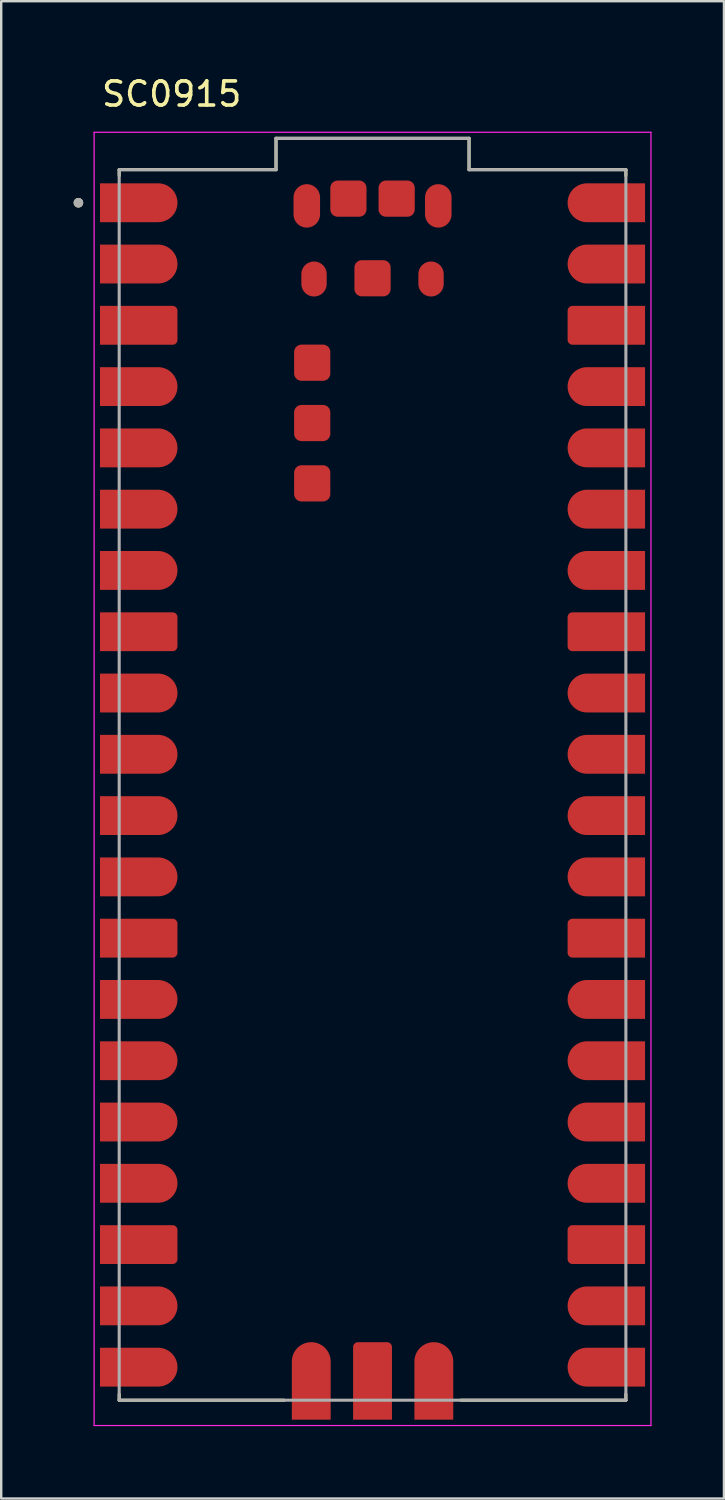
<source format=kicad_pcb>
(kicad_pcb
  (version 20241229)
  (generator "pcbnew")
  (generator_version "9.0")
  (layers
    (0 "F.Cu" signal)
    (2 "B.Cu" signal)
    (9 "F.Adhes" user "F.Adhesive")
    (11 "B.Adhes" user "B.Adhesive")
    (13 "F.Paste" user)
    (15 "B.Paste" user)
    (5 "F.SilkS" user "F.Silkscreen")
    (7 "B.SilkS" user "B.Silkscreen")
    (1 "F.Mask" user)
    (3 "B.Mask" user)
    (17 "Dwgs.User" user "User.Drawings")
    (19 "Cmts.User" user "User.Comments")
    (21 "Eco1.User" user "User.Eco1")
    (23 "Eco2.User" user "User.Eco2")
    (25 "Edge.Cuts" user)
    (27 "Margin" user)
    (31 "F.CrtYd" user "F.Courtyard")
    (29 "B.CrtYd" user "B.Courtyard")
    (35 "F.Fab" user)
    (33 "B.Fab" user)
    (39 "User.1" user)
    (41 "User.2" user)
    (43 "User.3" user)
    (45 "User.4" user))
  (footprint "SC0915"
    (layer "F.Cu")
    (at 12.39 29.483)
    (property "Reference" "SC0915" (at -8.325 -28.635 0) (layer "F.SilkS") (effects (font (size 1 1) (thickness 0.15))))
    (attr smd)
    (fp_poly (pts (xy -11.39 -23.23) (xy -11.39 -25.03) (xy -8.89 -25.03) (xy -8.843 -25.029) (xy -8.796 -25.025) (xy -8.749 -25.019) (xy -8.703 -25.01) (xy -8.657 -24.999) (xy -8.612 -24.986) (xy -8.567 -24.97) (xy -8.524 -24.952) (xy -8.481 -24.932) (xy -8.44 -24.909) (xy -8.4 -24.885) (xy -8.361 -24.858) (xy -8.324 -24.829) (xy -8.288 -24.799) (xy -8.254 -24.766) (xy -8.221 -24.732) (xy -8.191 -24.696) (xy -8.162 -24.659) (xy -8.135 -24.62) (xy -8.111 -24.58) (xy -8.088 -24.539) (xy -8.068 -24.496) (xy -8.05 -24.453) (xy -8.034 -24.408) (xy -8.021 -24.363) (xy -8.01 -24.317) (xy -8.001 -24.271) (xy -7.995 -24.224) (xy -7.991 -24.177) (xy -7.99 -24.13) (xy -7.991 -24.083) (xy -7.995 -24.036) (xy -8.001 -23.989) (xy -8.01 -23.943) (xy -8.021 -23.897) (xy -8.034 -23.852) (xy -8.05 -23.807) (xy -8.068 -23.764) (xy -8.088 -23.721) (xy -8.111 -23.68) (xy -8.135 -23.64) (xy -8.162 -23.601) (xy -8.191 -23.564) (xy -8.221 -23.528) (xy -8.254 -23.494) (xy -8.288 -23.461) (xy -8.324 -23.431) (xy -8.361 -23.402) (xy -8.4 -23.375) (xy -8.44 -23.351) (xy -8.481 -23.328) (xy -8.524 -23.308) (xy -8.567 -23.29) (xy -8.612 -23.274) (xy -8.657 -23.261) (xy -8.703 -23.25) (xy -8.749 -23.241) (xy -8.796 -23.235) (xy -8.843 -23.231) (xy -8.89 -23.23) (xy -11.39 -23.23)) (stroke (width 0.01) (type solid)) (fill yes) (layer "F.Mask"))
    (fp_poly (pts (xy -11.39 -20.69) (xy -11.39 -22.49) (xy -8.89 -22.49) (xy -8.843 -22.489) (xy -8.796 -22.485) (xy -8.749 -22.479) (xy -8.703 -22.47) (xy -8.657 -22.459) (xy -8.612 -22.446) (xy -8.567 -22.43) (xy -8.524 -22.412) (xy -8.481 -22.392) (xy -8.44 -22.369) (xy -8.4 -22.345) (xy -8.361 -22.318) (xy -8.324 -22.289) (xy -8.288 -22.259) (xy -8.254 -22.226) (xy -8.221 -22.192) (xy -8.191 -22.156) (xy -8.162 -22.119) (xy -8.135 -22.08) (xy -8.111 -22.04) (xy -8.088 -21.999) (xy -8.068 -21.956) (xy -8.05 -21.913) (xy -8.034 -21.868) (xy -8.021 -21.823) (xy -8.01 -21.777) (xy -8.001 -21.731) (xy -7.995 -21.684) (xy -7.991 -21.637) (xy -7.99 -21.59) (xy -7.991 -21.543) (xy -7.995 -21.496) (xy -8.001 -21.449) (xy -8.01 -21.403) (xy -8.021 -21.357) (xy -8.034 -21.312) (xy -8.05 -21.267) (xy -8.068 -21.224) (xy -8.088 -21.181) (xy -8.111 -21.14) (xy -8.135 -21.1) (xy -8.162 -21.061) (xy -8.191 -21.024) (xy -8.221 -20.988) (xy -8.254 -20.954) (xy -8.288 -20.921) (xy -8.324 -20.891) (xy -8.361 -20.862) (xy -8.4 -20.835) (xy -8.44 -20.811) (xy -8.481 -20.788) (xy -8.524 -20.768) (xy -8.567 -20.75) (xy -8.612 -20.734) (xy -8.657 -20.721) (xy -8.703 -20.71) (xy -8.749 -20.701) (xy -8.796 -20.695) (xy -8.843 -20.691) (xy -8.89 -20.69) (xy -11.39 -20.69)) (stroke (width 0.01) (type solid)) (fill yes) (layer "F.Mask"))
    (fp_poly (pts (xy -11.39 -15.61) (xy -11.39 -17.41) (xy -8.89 -17.41) (xy -8.843 -17.409) (xy -8.796 -17.405) (xy -8.749 -17.399) (xy -8.703 -17.39) (xy -8.657 -17.379) (xy -8.612 -17.366) (xy -8.567 -17.35) (xy -8.524 -17.332) (xy -8.481 -17.312) (xy -8.44 -17.289) (xy -8.4 -17.265) (xy -8.361 -17.238) (xy -8.324 -17.209) (xy -8.288 -17.179) (xy -8.254 -17.146) (xy -8.221 -17.112) (xy -8.191 -17.076) (xy -8.162 -17.039) (xy -8.135 -17) (xy -8.111 -16.96) (xy -8.088 -16.919) (xy -8.068 -16.876) (xy -8.05 -16.833) (xy -8.034 -16.788) (xy -8.021 -16.743) (xy -8.01 -16.697) (xy -8.001 -16.651) (xy -7.995 -16.604) (xy -7.991 -16.557) (xy -7.99 -16.51) (xy -7.991 -16.463) (xy -7.995 -16.416) (xy -8.001 -16.369) (xy -8.01 -16.323) (xy -8.021 -16.277) (xy -8.034 -16.232) (xy -8.05 -16.187) (xy -8.068 -16.144) (xy -8.088 -16.101) (xy -8.111 -16.06) (xy -8.135 -16.02) (xy -8.162 -15.981) (xy -8.191 -15.944) (xy -8.221 -15.908) (xy -8.254 -15.874) (xy -8.288 -15.841) (xy -8.324 -15.811) (xy -8.361 -15.782) (xy -8.4 -15.755) (xy -8.44 -15.731) (xy -8.481 -15.708) (xy -8.524 -15.688) (xy -8.567 -15.67) (xy -8.612 -15.654) (xy -8.657 -15.641) (xy -8.703 -15.63) (xy -8.749 -15.621) (xy -8.796 -15.615) (xy -8.843 -15.611) (xy -8.89 -15.61) (xy -11.39 -15.61)) (stroke (width 0.01) (type solid)) (fill yes) (layer "F.Mask"))
    (fp_poly (pts (xy -11.39 -13.07) (xy -11.39 -14.87) (xy -8.89 -14.87) (xy -8.843 -14.869) (xy -8.796 -14.865) (xy -8.749 -14.859) (xy -8.703 -14.85) (xy -8.657 -14.839) (xy -8.612 -14.826) (xy -8.567 -14.81) (xy -8.524 -14.792) (xy -8.481 -14.772) (xy -8.44 -14.749) (xy -8.4 -14.725) (xy -8.361 -14.698) (xy -8.324 -14.669) (xy -8.288 -14.639) (xy -8.254 -14.606) (xy -8.221 -14.572) (xy -8.191 -14.536) (xy -8.162 -14.499) (xy -8.135 -14.46) (xy -8.111 -14.42) (xy -8.088 -14.379) (xy -8.068 -14.336) (xy -8.05 -14.293) (xy -8.034 -14.248) (xy -8.021 -14.203) (xy -8.01 -14.157) (xy -8.001 -14.111) (xy -7.995 -14.064) (xy -7.991 -14.017) (xy -7.99 -13.97) (xy -7.991 -13.923) (xy -7.995 -13.876) (xy -8.001 -13.829) (xy -8.01 -13.783) (xy -8.021 -13.737) (xy -8.034 -13.692) (xy -8.05 -13.647) (xy -8.068 -13.604) (xy -8.088 -13.561) (xy -8.111 -13.52) (xy -8.135 -13.48) (xy -8.162 -13.441) (xy -8.191 -13.404) (xy -8.221 -13.368) (xy -8.254 -13.334) (xy -8.288 -13.301) (xy -8.324 -13.271) (xy -8.361 -13.242) (xy -8.4 -13.215) (xy -8.44 -13.191) (xy -8.481 -13.168) (xy -8.524 -13.148) (xy -8.567 -13.13) (xy -8.612 -13.114) (xy -8.657 -13.101) (xy -8.703 -13.09) (xy -8.749 -13.081) (xy -8.796 -13.075) (xy -8.843 -13.071) (xy -8.89 -13.07) (xy -11.39 -13.07)) (stroke (width 0.01) (type solid)) (fill yes) (layer "F.Mask"))
    (fp_poly (pts (xy -11.39 -10.53) (xy -11.39 -12.33) (xy -8.89 -12.33) (xy -8.843 -12.329) (xy -8.796 -12.325) (xy -8.749 -12.319) (xy -8.703 -12.31) (xy -8.657 -12.299) (xy -8.612 -12.286) (xy -8.567 -12.27) (xy -8.524 -12.252) (xy -8.481 -12.232) (xy -8.44 -12.209) (xy -8.4 -12.185) (xy -8.361 -12.158) (xy -8.324 -12.129) (xy -8.288 -12.099) (xy -8.254 -12.066) (xy -8.221 -12.032) (xy -8.191 -11.996) (xy -8.162 -11.959) (xy -8.135 -11.92) (xy -8.111 -11.88) (xy -8.088 -11.839) (xy -8.068 -11.796) (xy -8.05 -11.753) (xy -8.034 -11.708) (xy -8.021 -11.663) (xy -8.01 -11.617) (xy -8.001 -11.571) (xy -7.995 -11.524) (xy -7.991 -11.477) (xy -7.99 -11.43) (xy -7.991 -11.383) (xy -7.995 -11.336) (xy -8.001 -11.289) (xy -8.01 -11.243) (xy -8.021 -11.197) (xy -8.034 -11.152) (xy -8.05 -11.107) (xy -8.068 -11.064) (xy -8.088 -11.021) (xy -8.111 -10.98) (xy -8.135 -10.94) (xy -8.162 -10.901) (xy -8.191 -10.864) (xy -8.221 -10.828) (xy -8.254 -10.794) (xy -8.288 -10.761) (xy -8.324 -10.731) (xy -8.361 -10.702) (xy -8.4 -10.675) (xy -8.44 -10.651) (xy -8.481 -10.628) (xy -8.524 -10.608) (xy -8.567 -10.59) (xy -8.612 -10.574) (xy -8.657 -10.561) (xy -8.703 -10.55) (xy -8.749 -10.541) (xy -8.796 -10.535) (xy -8.843 -10.531) (xy -8.89 -10.53) (xy -11.39 -10.53)) (stroke (width 0.01) (type solid)) (fill yes) (layer "F.Mask"))
    (fp_poly (pts (xy -11.39 -7.99) (xy -11.39 -9.79) (xy -8.89 -9.79) (xy -8.843 -9.789) (xy -8.796 -9.785) (xy -8.749 -9.779) (xy -8.703 -9.77) (xy -8.657 -9.759) (xy -8.612 -9.746) (xy -8.567 -9.73) (xy -8.524 -9.712) (xy -8.481 -9.692) (xy -8.44 -9.669) (xy -8.4 -9.645) (xy -8.361 -9.618) (xy -8.324 -9.589) (xy -8.288 -9.559) (xy -8.254 -9.526) (xy -8.221 -9.492) (xy -8.191 -9.456) (xy -8.162 -9.419) (xy -8.135 -9.38) (xy -8.111 -9.34) (xy -8.088 -9.299) (xy -8.068 -9.256) (xy -8.05 -9.213) (xy -8.034 -9.168) (xy -8.021 -9.123) (xy -8.01 -9.077) (xy -8.001 -9.031) (xy -7.995 -8.984) (xy -7.991 -8.937) (xy -7.99 -8.89) (xy -7.991 -8.843) (xy -7.995 -8.796) (xy -8.001 -8.749) (xy -8.01 -8.703) (xy -8.021 -8.657) (xy -8.034 -8.612) (xy -8.05 -8.567) (xy -8.068 -8.524) (xy -8.088 -8.481) (xy -8.111 -8.44) (xy -8.135 -8.4) (xy -8.162 -8.361) (xy -8.191 -8.324) (xy -8.221 -8.288) (xy -8.254 -8.254) (xy -8.288 -8.221) (xy -8.324 -8.191) (xy -8.361 -8.162) (xy -8.4 -8.135) (xy -8.44 -8.111) (xy -8.481 -8.088) (xy -8.524 -8.068) (xy -8.567 -8.05) (xy -8.612 -8.034) (xy -8.657 -8.021) (xy -8.703 -8.01) (xy -8.749 -8.001) (xy -8.796 -7.995) (xy -8.843 -7.991) (xy -8.89 -7.99) (xy -11.39 -7.99)) (stroke (width 0.01) (type solid)) (fill yes) (layer "F.Mask"))
    (fp_poly (pts (xy -11.39 -2.91) (xy -11.39 -4.71) (xy -8.89 -4.71) (xy -8.843 -4.709) (xy -8.796 -4.705) (xy -8.749 -4.699) (xy -8.703 -4.69) (xy -8.657 -4.679) (xy -8.612 -4.666) (xy -8.567 -4.65) (xy -8.524 -4.632) (xy -8.481 -4.612) (xy -8.44 -4.589) (xy -8.4 -4.565) (xy -8.361 -4.538) (xy -8.324 -4.509) (xy -8.288 -4.479) (xy -8.254 -4.446) (xy -8.221 -4.412) (xy -8.191 -4.376) (xy -8.162 -4.339) (xy -8.135 -4.3) (xy -8.111 -4.26) (xy -8.088 -4.219) (xy -8.068 -4.176) (xy -8.05 -4.133) (xy -8.034 -4.088) (xy -8.021 -4.043) (xy -8.01 -3.997) (xy -8.001 -3.951) (xy -7.995 -3.904) (xy -7.991 -3.857) (xy -7.99 -3.81) (xy -7.991 -3.763) (xy -7.995 -3.716) (xy -8.001 -3.669) (xy -8.01 -3.623) (xy -8.021 -3.577) (xy -8.034 -3.532) (xy -8.05 -3.487) (xy -8.068 -3.444) (xy -8.088 -3.401) (xy -8.111 -3.36) (xy -8.135 -3.32) (xy -8.162 -3.281) (xy -8.191 -3.244) (xy -8.221 -3.208) (xy -8.254 -3.174) (xy -8.288 -3.141) (xy -8.324 -3.111) (xy -8.361 -3.082) (xy -8.4 -3.055) (xy -8.44 -3.031) (xy -8.481 -3.008) (xy -8.524 -2.988) (xy -8.567 -2.97) (xy -8.612 -2.954) (xy -8.657 -2.941) (xy -8.703 -2.93) (xy -8.749 -2.921) (xy -8.796 -2.915) (xy -8.843 -2.911) (xy -8.89 -2.91) (xy -11.39 -2.91)) (stroke (width 0.01) (type solid)) (fill yes) (layer "F.Mask"))
    (fp_poly (pts (xy -11.39 -0.37) (xy -11.39 -2.17) (xy -8.89 -2.17) (xy -8.843 -2.169) (xy -8.796 -2.165) (xy -8.749 -2.159) (xy -8.703 -2.15) (xy -8.657 -2.139) (xy -8.612 -2.126) (xy -8.567 -2.11) (xy -8.524 -2.092) (xy -8.481 -2.072) (xy -8.44 -2.049) (xy -8.4 -2.025) (xy -8.361 -1.998) (xy -8.324 -1.969) (xy -8.288 -1.939) (xy -8.254 -1.906) (xy -8.221 -1.872) (xy -8.191 -1.836) (xy -8.162 -1.799) (xy -8.135 -1.76) (xy -8.111 -1.72) (xy -8.088 -1.679) (xy -8.068 -1.636) (xy -8.05 -1.593) (xy -8.034 -1.548) (xy -8.021 -1.503) (xy -8.01 -1.457) (xy -8.001 -1.411) (xy -7.995 -1.364) (xy -7.991 -1.317) (xy -7.99 -1.27) (xy -7.991 -1.223) (xy -7.995 -1.176) (xy -8.001 -1.129) (xy -8.01 -1.083) (xy -8.021 -1.037) (xy -8.034 -0.992) (xy -8.05 -0.947) (xy -8.068 -0.904) (xy -8.088 -0.861) (xy -8.111 -0.82) (xy -8.135 -0.78) (xy -8.162 -0.741) (xy -8.191 -0.704) (xy -8.221 -0.668) (xy -8.254 -0.634) (xy -8.288 -0.601) (xy -8.324 -0.571) (xy -8.361 -0.542) (xy -8.4 -0.515) (xy -8.44 -0.491) (xy -8.481 -0.468) (xy -8.524 -0.448) (xy -8.567 -0.43) (xy -8.612 -0.414) (xy -8.657 -0.401) (xy -8.703 -0.39) (xy -8.749 -0.381) (xy -8.796 -0.375) (xy -8.843 -0.371) (xy -8.89 -0.37) (xy -11.39 -0.37)) (stroke (width 0.01) (type solid)) (fill yes) (layer "F.Mask"))
    (fp_poly (pts (xy -11.39 2.17) (xy -11.39 0.37) (xy -8.89 0.37) (xy -8.843 0.371) (xy -8.796 0.375) (xy -8.749 0.381) (xy -8.703 0.39) (xy -8.657 0.401) (xy -8.612 0.414) (xy -8.567 0.43) (xy -8.524 0.448) (xy -8.481 0.468) (xy -8.44 0.491) (xy -8.4 0.515) (xy -8.361 0.542) (xy -8.324 0.571) (xy -8.288 0.601) (xy -8.254 0.634) (xy -8.221 0.668) (xy -8.191 0.704) (xy -8.162 0.741) (xy -8.135 0.78) (xy -8.111 0.82) (xy -8.088 0.861) (xy -8.068 0.904) (xy -8.05 0.947) (xy -8.034 0.992) (xy -8.021 1.037) (xy -8.01 1.083) (xy -8.001 1.129) (xy -7.995 1.176) (xy -7.991 1.223) (xy -7.99 1.27) (xy -7.991 1.317) (xy -7.995 1.364) (xy -8.001 1.411) (xy -8.01 1.457) (xy -8.021 1.503) (xy -8.034 1.548) (xy -8.05 1.593) (xy -8.068 1.636) (xy -8.088 1.679) (xy -8.111 1.72) (xy -8.135 1.76) (xy -8.162 1.799) (xy -8.191 1.836) (xy -8.221 1.872) (xy -8.254 1.906) (xy -8.288 1.939) (xy -8.324 1.969) (xy -8.361 1.998) (xy -8.4 2.025) (xy -8.44 2.049) (xy -8.481 2.072) (xy -8.524 2.092) (xy -8.567 2.11) (xy -8.612 2.126) (xy -8.657 2.139) (xy -8.703 2.15) (xy -8.749 2.159) (xy -8.796 2.165) (xy -8.843 2.169) (xy -8.89 2.17) (xy -11.39 2.17)) (stroke (width 0.01) (type solid)) (fill yes) (layer "F.Mask"))
    (fp_poly (pts (xy -11.39 4.71) (xy -11.39 2.91) (xy -8.89 2.91) (xy -8.843 2.911) (xy -8.796 2.915) (xy -8.749 2.921) (xy -8.703 2.93) (xy -8.657 2.941) (xy -8.612 2.954) (xy -8.567 2.97) (xy -8.524 2.988) (xy -8.481 3.008) (xy -8.44 3.031) (xy -8.4 3.055) (xy -8.361 3.082) (xy -8.324 3.111) (xy -8.288 3.141) (xy -8.254 3.174) (xy -8.221 3.208) (xy -8.191 3.244) (xy -8.162 3.281) (xy -8.135 3.32) (xy -8.111 3.36) (xy -8.088 3.401) (xy -8.068 3.444) (xy -8.05 3.487) (xy -8.034 3.532) (xy -8.021 3.577) (xy -8.01 3.623) (xy -8.001 3.669) (xy -7.995 3.716) (xy -7.991 3.763) (xy -7.99 3.81) (xy -7.991 3.857) (xy -7.995 3.904) (xy -8.001 3.951) (xy -8.01 3.997) (xy -8.021 4.043) (xy -8.034 4.088) (xy -8.05 4.133) (xy -8.068 4.176) (xy -8.088 4.219) (xy -8.111 4.26) (xy -8.135 4.3) (xy -8.162 4.339) (xy -8.191 4.376) (xy -8.221 4.412) (xy -8.254 4.446) (xy -8.288 4.479) (xy -8.324 4.509) (xy -8.361 4.538) (xy -8.4 4.565) (xy -8.44 4.589) (xy -8.481 4.612) (xy -8.524 4.632) (xy -8.567 4.65) (xy -8.612 4.666) (xy -8.657 4.679) (xy -8.703 4.69) (xy -8.749 4.699) (xy -8.796 4.705) (xy -8.843 4.709) (xy -8.89 4.71) (xy -11.39 4.71)) (stroke (width 0.01) (type solid)) (fill yes) (layer "F.Mask"))
    (fp_poly (pts (xy -11.39 9.79) (xy -11.39 7.99) (xy -8.89 7.99) (xy -8.843 7.991) (xy -8.796 7.995) (xy -8.749 8.001) (xy -8.703 8.01) (xy -8.657 8.021) (xy -8.612 8.034) (xy -8.567 8.05) (xy -8.524 8.068) (xy -8.481 8.088) (xy -8.44 8.111) (xy -8.4 8.135) (xy -8.361 8.162) (xy -8.324 8.191) (xy -8.288 8.221) (xy -8.254 8.254) (xy -8.221 8.288) (xy -8.191 8.324) (xy -8.162 8.361) (xy -8.135 8.4) (xy -8.111 8.44) (xy -8.088 8.481) (xy -8.068 8.524) (xy -8.05 8.567) (xy -8.034 8.612) (xy -8.021 8.657) (xy -8.01 8.703) (xy -8.001 8.749) (xy -7.995 8.796) (xy -7.991 8.843) (xy -7.99 8.89) (xy -7.991 8.937) (xy -7.995 8.984) (xy -8.001 9.031) (xy -8.01 9.077) (xy -8.021 9.123) (xy -8.034 9.168) (xy -8.05 9.213) (xy -8.068 9.256) (xy -8.088 9.299) (xy -8.111 9.34) (xy -8.135 9.38) (xy -8.162 9.419) (xy -8.191 9.456) (xy -8.221 9.492) (xy -8.254 9.526) (xy -8.288 9.559) (xy -8.324 9.589) (xy -8.361 9.618) (xy -8.4 9.645) (xy -8.44 9.669) (xy -8.481 9.692) (xy -8.524 9.712) (xy -8.567 9.73) (xy -8.612 9.746) (xy -8.657 9.759) (xy -8.703 9.77) (xy -8.749 9.779) (xy -8.796 9.785) (xy -8.843 9.789) (xy -8.89 9.79) (xy -11.39 9.79)) (stroke (width 0.01) (type solid)) (fill yes) (layer "F.Mask"))
    (fp_poly (pts (xy -11.39 12.33) (xy -11.39 10.53) (xy -8.89 10.53) (xy -8.843 10.531) (xy -8.796 10.535) (xy -8.749 10.541) (xy -8.703 10.55) (xy -8.657 10.561) (xy -8.612 10.574) (xy -8.567 10.59) (xy -8.524 10.608) (xy -8.481 10.628) (xy -8.44 10.651) (xy -8.4 10.675) (xy -8.361 10.702) (xy -8.324 10.731) (xy -8.288 10.761) (xy -8.254 10.794) (xy -8.221 10.828) (xy -8.191 10.864) (xy -8.162 10.901) (xy -8.135 10.94) (xy -8.111 10.98) (xy -8.088 11.021) (xy -8.068 11.064) (xy -8.05 11.107) (xy -8.034 11.152) (xy -8.021 11.197) (xy -8.01 11.243) (xy -8.001 11.289) (xy -7.995 11.336) (xy -7.991 11.383) (xy -7.99 11.43) (xy -7.991 11.477) (xy -7.995 11.524) (xy -8.001 11.571) (xy -8.01 11.617) (xy -8.021 11.663) (xy -8.034 11.708) (xy -8.05 11.753) (xy -8.068 11.796) (xy -8.088 11.839) (xy -8.111 11.88) (xy -8.135 11.92) (xy -8.162 11.959) (xy -8.191 11.996) (xy -8.221 12.032) (xy -8.254 12.066) (xy -8.288 12.099) (xy -8.324 12.129) (xy -8.361 12.158) (xy -8.4 12.185) (xy -8.44 12.209) (xy -8.481 12.232) (xy -8.524 12.252) (xy -8.567 12.27) (xy -8.612 12.286) (xy -8.657 12.299) (xy -8.703 12.31) (xy -8.749 12.319) (xy -8.796 12.325) (xy -8.843 12.329) (xy -8.89 12.33) (xy -11.39 12.33)) (stroke (width 0.01) (type solid)) (fill yes) (layer "F.Mask"))
    (fp_poly (pts (xy -11.39 14.87) (xy -11.39 13.07) (xy -8.89 13.07) (xy -8.843 13.071) (xy -8.796 13.075) (xy -8.749 13.081) (xy -8.703 13.09) (xy -8.657 13.101) (xy -8.612 13.114) (xy -8.567 13.13) (xy -8.524 13.148) (xy -8.481 13.168) (xy -8.44 13.191) (xy -8.4 13.215) (xy -8.361 13.242) (xy -8.324 13.271) (xy -8.288 13.301) (xy -8.254 13.334) (xy -8.221 13.368) (xy -8.191 13.404) (xy -8.162 13.441) (xy -8.135 13.48) (xy -8.111 13.52) (xy -8.088 13.561) (xy -8.068 13.604) (xy -8.05 13.647) (xy -8.034 13.692) (xy -8.021 13.737) (xy -8.01 13.783) (xy -8.001 13.829) (xy -7.995 13.876) (xy -7.991 13.923) (xy -7.99 13.97) (xy -7.991 14.017) (xy -7.995 14.064) (xy -8.001 14.111) (xy -8.01 14.157) (xy -8.021 14.203) (xy -8.034 14.248) (xy -8.05 14.293) (xy -8.068 14.336) (xy -8.088 14.379) (xy -8.111 14.42) (xy -8.135 14.46) (xy -8.162 14.499) (xy -8.191 14.536) (xy -8.221 14.572) (xy -8.254 14.606) (xy -8.288 14.639) (xy -8.324 14.669) (xy -8.361 14.698) (xy -8.4 14.725) (xy -8.44 14.749) (xy -8.481 14.772) (xy -8.524 14.792) (xy -8.567 14.81) (xy -8.612 14.826) (xy -8.657 14.839) (xy -8.703 14.85) (xy -8.749 14.859) (xy -8.796 14.865) (xy -8.843 14.869) (xy -8.89 14.87) (xy -11.39 14.87)) (stroke (width 0.01) (type solid)) (fill yes) (layer "F.Mask"))
    (fp_poly (pts (xy -11.39 17.41) (xy -11.39 15.61) (xy -8.89 15.61) (xy -8.843 15.611) (xy -8.796 15.615) (xy -8.749 15.621) (xy -8.703 15.63) (xy -8.657 15.641) (xy -8.612 15.654) (xy -8.567 15.67) (xy -8.524 15.688) (xy -8.481 15.708) (xy -8.44 15.731) (xy -8.4 15.755) (xy -8.361 15.782) (xy -8.324 15.811) (xy -8.288 15.841) (xy -8.254 15.874) (xy -8.221 15.908) (xy -8.191 15.944) (xy -8.162 15.981) (xy -8.135 16.02) (xy -8.111 16.06) (xy -8.088 16.101) (xy -8.068 16.144) (xy -8.05 16.187) (xy -8.034 16.232) (xy -8.021 16.277) (xy -8.01 16.323) (xy -8.001 16.369) (xy -7.995 16.416) (xy -7.991 16.463) (xy -7.99 16.51) (xy -7.991 16.557) (xy -7.995 16.604) (xy -8.001 16.651) (xy -8.01 16.697) (xy -8.021 16.743) (xy -8.034 16.788) (xy -8.05 16.833) (xy -8.068 16.876) (xy -8.088 16.919) (xy -8.111 16.96) (xy -8.135 17) (xy -8.162 17.039) (xy -8.191 17.076) (xy -8.221 17.112) (xy -8.254 17.146) (xy -8.288 17.179) (xy -8.324 17.209) (xy -8.361 17.238) (xy -8.4 17.265) (xy -8.44 17.289) (xy -8.481 17.312) (xy -8.524 17.332) (xy -8.567 17.35) (xy -8.612 17.366) (xy -8.657 17.379) (xy -8.703 17.39) (xy -8.749 17.399) (xy -8.796 17.405) (xy -8.843 17.409) (xy -8.89 17.41) (xy -11.39 17.41)) (stroke (width 0.01) (type solid)) (fill yes) (layer "F.Mask"))
    (fp_poly (pts (xy -11.39 22.49) (xy -11.39 20.69) (xy -8.89 20.69) (xy -8.843 20.691) (xy -8.796 20.695) (xy -8.749 20.701) (xy -8.703 20.71) (xy -8.657 20.721) (xy -8.612 20.734) (xy -8.567 20.75) (xy -8.524 20.768) (xy -8.481 20.788) (xy -8.44 20.811) (xy -8.4 20.835) (xy -8.361 20.862) (xy -8.324 20.891) (xy -8.288 20.921) (xy -8.254 20.954) (xy -8.221 20.988) (xy -8.191 21.024) (xy -8.162 21.061) (xy -8.135 21.1) (xy -8.111 21.14) (xy -8.088 21.181) (xy -8.068 21.224) (xy -8.05 21.267) (xy -8.034 21.312) (xy -8.021 21.357) (xy -8.01 21.403) (xy -8.001 21.449) (xy -7.995 21.496) (xy -7.991 21.543) (xy -7.99 21.59) (xy -7.991 21.637) (xy -7.995 21.684) (xy -8.001 21.731) (xy -8.01 21.777) (xy -8.021 21.823) (xy -8.034 21.868) (xy -8.05 21.913) (xy -8.068 21.956) (xy -8.088 21.999) (xy -8.111 22.04) (xy -8.135 22.08) (xy -8.162 22.119) (xy -8.191 22.156) (xy -8.221 22.192) (xy -8.254 22.226) (xy -8.288 22.259) (xy -8.324 22.289) (xy -8.361 22.318) (xy -8.4 22.345) (xy -8.44 22.369) (xy -8.481 22.392) (xy -8.524 22.412) (xy -8.567 22.43) (xy -8.612 22.446) (xy -8.657 22.459) (xy -8.703 22.47) (xy -8.749 22.479) (xy -8.796 22.485) (xy -8.843 22.489) (xy -8.89 22.49) (xy -11.39 22.49)) (stroke (width 0.01) (type solid)) (fill yes) (layer "F.Mask"))
    (fp_poly (pts (xy -11.39 25.03) (xy -11.39 23.23) (xy -8.89 23.23) (xy -8.843 23.231) (xy -8.796 23.235) (xy -8.749 23.241) (xy -8.703 23.25) (xy -8.657 23.261) (xy -8.612 23.274) (xy -8.567 23.29) (xy -8.524 23.308) (xy -8.481 23.328) (xy -8.44 23.351) (xy -8.4 23.375) (xy -8.361 23.402) (xy -8.324 23.431) (xy -8.288 23.461) (xy -8.254 23.494) (xy -8.221 23.528) (xy -8.191 23.564) (xy -8.162 23.601) (xy -8.135 23.64) (xy -8.111 23.68) (xy -8.088 23.721) (xy -8.068 23.764) (xy -8.05 23.807) (xy -8.034 23.852) (xy -8.021 23.897) (xy -8.01 23.943) (xy -8.001 23.989) (xy -7.995 24.036) (xy -7.991 24.083) (xy -7.99 24.13) (xy -7.991 24.177) (xy -7.995 24.224) (xy -8.001 24.271) (xy -8.01 24.317) (xy -8.021 24.363) (xy -8.034 24.408) (xy -8.05 24.453) (xy -8.068 24.496) (xy -8.088 24.539) (xy -8.111 24.58) (xy -8.135 24.62) (xy -8.162 24.659) (xy -8.191 24.696) (xy -8.221 24.732) (xy -8.254 24.766) (xy -8.288 24.799) (xy -8.324 24.829) (xy -8.361 24.858) (xy -8.4 24.885) (xy -8.44 24.909) (xy -8.481 24.932) (xy -8.524 24.952) (xy -8.567 24.97) (xy -8.612 24.986) (xy -8.657 24.999) (xy -8.703 25.01) (xy -8.749 25.019) (xy -8.796 25.025) (xy -8.843 25.029) (xy -8.89 25.03) (xy -11.39 25.03)) (stroke (width 0.01) (type solid)) (fill yes) (layer "F.Mask"))
    (fp_poly (pts (xy -3.44 26.4) (xy -3.44 23.9) (xy -3.439 23.853) (xy -3.435 23.806) (xy -3.429 23.759) (xy -3.42 23.713) (xy -3.409 23.667) (xy -3.396 23.622) (xy -3.38 23.577) (xy -3.362 23.534) (xy -3.342 23.491) (xy -3.319 23.45) (xy -3.295 23.41) (xy -3.268 23.371) (xy -3.239 23.334) (xy -3.209 23.298) (xy -3.176 23.264) (xy -3.142 23.231) (xy -3.106 23.201) (xy -3.069 23.172) (xy -3.03 23.145) (xy -2.99 23.121) (xy -2.949 23.098) (xy -2.906 23.078) (xy -2.863 23.06) (xy -2.818 23.044) (xy -2.773 23.031) (xy -2.727 23.02) (xy -2.681 23.011) (xy -2.634 23.005) (xy -2.587 23.001) (xy -2.54 23) (xy -2.493 23.001) (xy -2.446 23.005) (xy -2.399 23.011) (xy -2.353 23.02) (xy -2.307 23.031) (xy -2.262 23.044) (xy -2.217 23.06) (xy -2.174 23.078) (xy -2.131 23.098) (xy -2.09 23.121) (xy -2.05 23.145) (xy -2.011 23.172) (xy -1.974 23.201) (xy -1.938 23.231) (xy -1.904 23.264) (xy -1.871 23.298) (xy -1.841 23.334) (xy -1.812 23.371) (xy -1.785 23.41) (xy -1.761 23.45) (xy -1.738 23.491) (xy -1.718 23.534) (xy -1.7 23.577) (xy -1.684 23.622) (xy -1.671 23.667) (xy -1.66 23.713) (xy -1.651 23.759) (xy -1.645 23.806) (xy -1.641 23.853) (xy -1.64 23.9) (xy -1.64 26.4) (xy -3.44 26.4)) (stroke (width 0.01) (type solid)) (fill yes) (layer "F.Mask"))
    (fp_poly (pts (xy 1.64 26.4) (xy 1.64 23.9) (xy 1.641 23.853) (xy 1.645 23.806) (xy 1.651 23.759) (xy 1.66 23.713) (xy 1.671 23.667) (xy 1.684 23.622) (xy 1.7 23.577) (xy 1.718 23.534) (xy 1.738 23.491) (xy 1.761 23.45) (xy 1.785 23.41) (xy 1.812 23.371) (xy 1.841 23.334) (xy 1.871 23.298) (xy 1.904 23.264) (xy 1.938 23.231) (xy 1.974 23.201) (xy 2.011 23.172) (xy 2.05 23.145) (xy 2.09 23.121) (xy 2.131 23.098) (xy 2.174 23.078) (xy 2.217 23.06) (xy 2.262 23.044) (xy 2.307 23.031) (xy 2.353 23.02) (xy 2.399 23.011) (xy 2.446 23.005) (xy 2.493 23.001) (xy 2.54 23) (xy 2.587 23.001) (xy 2.634 23.005) (xy 2.681 23.011) (xy 2.727 23.02) (xy 2.773 23.031) (xy 2.818 23.044) (xy 2.863 23.06) (xy 2.906 23.078) (xy 2.949 23.098) (xy 2.99 23.121) (xy 3.03 23.145) (xy 3.069 23.172) (xy 3.106 23.201) (xy 3.142 23.231) (xy 3.176 23.264) (xy 3.209 23.298) (xy 3.239 23.334) (xy 3.268 23.371) (xy 3.295 23.41) (xy 3.319 23.45) (xy 3.342 23.491) (xy 3.362 23.534) (xy 3.38 23.577) (xy 3.396 23.622) (xy 3.409 23.667) (xy 3.42 23.713) (xy 3.429 23.759) (xy 3.435 23.806) (xy 3.439 23.853) (xy 3.44 23.9) (xy 3.44 26.4) (xy 1.64 26.4)) (stroke (width 0.01) (type solid)) (fill yes) (layer "F.Mask"))
    (fp_poly (pts (xy 11.39 -23.23) (xy 11.39 -25.03) (xy 8.89 -25.03) (xy 8.843 -25.029) (xy 8.796 -25.025) (xy 8.749 -25.019) (xy 8.703 -25.01) (xy 8.657 -24.999) (xy 8.612 -24.986) (xy 8.567 -24.97) (xy 8.524 -24.952) (xy 8.481 -24.932) (xy 8.44 -24.909) (xy 8.4 -24.885) (xy 8.361 -24.858) (xy 8.324 -24.829) (xy 8.288 -24.799) (xy 8.254 -24.766) (xy 8.221 -24.732) (xy 8.191 -24.696) (xy 8.162 -24.659) (xy 8.135 -24.62) (xy 8.111 -24.58) (xy 8.088 -24.539) (xy 8.068 -24.496) (xy 8.05 -24.453) (xy 8.034 -24.408) (xy 8.021 -24.363) (xy 8.01 -24.317) (xy 8.001 -24.271) (xy 7.995 -24.224) (xy 7.991 -24.177) (xy 7.99 -24.13) (xy 7.991 -24.083) (xy 7.995 -24.036) (xy 8.001 -23.989) (xy 8.01 -23.943) (xy 8.021 -23.897) (xy 8.034 -23.852) (xy 8.05 -23.807) (xy 8.068 -23.764) (xy 8.088 -23.721) (xy 8.111 -23.68) (xy 8.135 -23.64) (xy 8.162 -23.601) (xy 8.191 -23.564) (xy 8.221 -23.528) (xy 8.254 -23.494) (xy 8.288 -23.461) (xy 8.324 -23.431) (xy 8.361 -23.402) (xy 8.4 -23.375) (xy 8.44 -23.351) (xy 8.481 -23.328) (xy 8.524 -23.308) (xy 8.567 -23.29) (xy 8.612 -23.274) (xy 8.657 -23.261) (xy 8.703 -23.25) (xy 8.749 -23.241) (xy 8.796 -23.235) (xy 8.843 -23.231) (xy 8.89 -23.23) (xy 11.39 -23.23)) (stroke (width 0.01) (type solid)) (fill yes) (layer "F.Mask"))
    (fp_poly (pts (xy 11.39 -20.69) (xy 11.39 -22.49) (xy 8.89 -22.49) (xy 8.843 -22.489) (xy 8.796 -22.485) (xy 8.749 -22.479) (xy 8.703 -22.47) (xy 8.657 -22.459) (xy 8.612 -22.446) (xy 8.567 -22.43) (xy 8.524 -22.412) (xy 8.481 -22.392) (xy 8.44 -22.369) (xy 8.4 -22.345) (xy 8.361 -22.318) (xy 8.324 -22.289) (xy 8.288 -22.259) (xy 8.254 -22.226) (xy 8.221 -22.192) (xy 8.191 -22.156) (xy 8.162 -22.119) (xy 8.135 -22.08) (xy 8.111 -22.04) (xy 8.088 -21.999) (xy 8.068 -21.956) (xy 8.05 -21.913) (xy 8.034 -21.868) (xy 8.021 -21.823) (xy 8.01 -21.777) (xy 8.001 -21.731) (xy 7.995 -21.684) (xy 7.991 -21.637) (xy 7.99 -21.59) (xy 7.991 -21.543) (xy 7.995 -21.496) (xy 8.001 -21.449) (xy 8.01 -21.403) (xy 8.021 -21.357) (xy 8.034 -21.312) (xy 8.05 -21.267) (xy 8.068 -21.224) (xy 8.088 -21.181) (xy 8.111 -21.14) (xy 8.135 -21.1) (xy 8.162 -21.061) (xy 8.191 -21.024) (xy 8.221 -20.988) (xy 8.254 -20.954) (xy 8.288 -20.921) (xy 8.324 -20.891) (xy 8.361 -20.862) (xy 8.4 -20.835) (xy 8.44 -20.811) (xy 8.481 -20.788) (xy 8.524 -20.768) (xy 8.567 -20.75) (xy 8.612 -20.734) (xy 8.657 -20.721) (xy 8.703 -20.71) (xy 8.749 -20.701) (xy 8.796 -20.695) (xy 8.843 -20.691) (xy 8.89 -20.69) (xy 11.39 -20.69)) (stroke (width 0.01) (type solid)) (fill yes) (layer "F.Mask"))
    (fp_poly (pts (xy 11.39 -15.61) (xy 11.39 -17.41) (xy 8.89 -17.41) (xy 8.843 -17.409) (xy 8.796 -17.405) (xy 8.749 -17.399) (xy 8.703 -17.39) (xy 8.657 -17.379) (xy 8.612 -17.366) (xy 8.567 -17.35) (xy 8.524 -17.332) (xy 8.481 -17.312) (xy 8.44 -17.289) (xy 8.4 -17.265) (xy 8.361 -17.238) (xy 8.324 -17.209) (xy 8.288 -17.179) (xy 8.254 -17.146) (xy 8.221 -17.112) (xy 8.191 -17.076) (xy 8.162 -17.039) (xy 8.135 -17) (xy 8.111 -16.96) (xy 8.088 -16.919) (xy 8.068 -16.876) (xy 8.05 -16.833) (xy 8.034 -16.788) (xy 8.021 -16.743) (xy 8.01 -16.697) (xy 8.001 -16.651) (xy 7.995 -16.604) (xy 7.991 -16.557) (xy 7.99 -16.51) (xy 7.991 -16.463) (xy 7.995 -16.416) (xy 8.001 -16.369) (xy 8.01 -16.323) (xy 8.021 -16.277) (xy 8.034 -16.232) (xy 8.05 -16.187) (xy 8.068 -16.144) (xy 8.088 -16.101) (xy 8.111 -16.06) (xy 8.135 -16.02) (xy 8.162 -15.981) (xy 8.191 -15.944) (xy 8.221 -15.908) (xy 8.254 -15.874) (xy 8.288 -15.841) (xy 8.324 -15.811) (xy 8.361 -15.782) (xy 8.4 -15.755) (xy 8.44 -15.731) (xy 8.481 -15.708) (xy 8.524 -15.688) (xy 8.567 -15.67) (xy 8.612 -15.654) (xy 8.657 -15.641) (xy 8.703 -15.63) (xy 8.749 -15.621) (xy 8.796 -15.615) (xy 8.843 -15.611) (xy 8.89 -15.61) (xy 11.39 -15.61)) (stroke (width 0.01) (type solid)) (fill yes) (layer "F.Mask"))
    (fp_poly (pts (xy 11.39 -13.07) (xy 11.39 -14.87) (xy 8.89 -14.87) (xy 8.843 -14.869) (xy 8.796 -14.865) (xy 8.749 -14.859) (xy 8.703 -14.85) (xy 8.657 -14.839) (xy 8.612 -14.826) (xy 8.567 -14.81) (xy 8.524 -14.792) (xy 8.481 -14.772) (xy 8.44 -14.749) (xy 8.4 -14.725) (xy 8.361 -14.698) (xy 8.324 -14.669) (xy 8.288 -14.639) (xy 8.254 -14.606) (xy 8.221 -14.572) (xy 8.191 -14.536) (xy 8.162 -14.499) (xy 8.135 -14.46) (xy 8.111 -14.42) (xy 8.088 -14.379) (xy 8.068 -14.336) (xy 8.05 -14.293) (xy 8.034 -14.248) (xy 8.021 -14.203) (xy 8.01 -14.157) (xy 8.001 -14.111) (xy 7.995 -14.064) (xy 7.991 -14.017) (xy 7.99 -13.97) (xy 7.991 -13.923) (xy 7.995 -13.876) (xy 8.001 -13.829) (xy 8.01 -13.783) (xy 8.021 -13.737) (xy 8.034 -13.692) (xy 8.05 -13.647) (xy 8.068 -13.604) (xy 8.088 -13.561) (xy 8.111 -13.52) (xy 8.135 -13.48) (xy 8.162 -13.441) (xy 8.191 -13.404) (xy 8.221 -13.368) (xy 8.254 -13.334) (xy 8.288 -13.301) (xy 8.324 -13.271) (xy 8.361 -13.242) (xy 8.4 -13.215) (xy 8.44 -13.191) (xy 8.481 -13.168) (xy 8.524 -13.148) (xy 8.567 -13.13) (xy 8.612 -13.114) (xy 8.657 -13.101) (xy 8.703 -13.09) (xy 8.749 -13.081) (xy 8.796 -13.075) (xy 8.843 -13.071) (xy 8.89 -13.07) (xy 11.39 -13.07)) (stroke (width 0.01) (type solid)) (fill yes) (layer "F.Mask"))
    (fp_poly (pts (xy 11.39 -10.53) (xy 11.39 -12.33) (xy 8.89 -12.33) (xy 8.843 -12.329) (xy 8.796 -12.325) (xy 8.749 -12.319) (xy 8.703 -12.31) (xy 8.657 -12.299) (xy 8.612 -12.286) (xy 8.567 -12.27) (xy 8.524 -12.252) (xy 8.481 -12.232) (xy 8.44 -12.209) (xy 8.4 -12.185) (xy 8.361 -12.158) (xy 8.324 -12.129) (xy 8.288 -12.099) (xy 8.254 -12.066) (xy 8.221 -12.032) (xy 8.191 -11.996) (xy 8.162 -11.959) (xy 8.135 -11.92) (xy 8.111 -11.88) (xy 8.088 -11.839) (xy 8.068 -11.796) (xy 8.05 -11.753) (xy 8.034 -11.708) (xy 8.021 -11.663) (xy 8.01 -11.617) (xy 8.001 -11.571) (xy 7.995 -11.524) (xy 7.991 -11.477) (xy 7.99 -11.43) (xy 7.991 -11.383) (xy 7.995 -11.336) (xy 8.001 -11.289) (xy 8.01 -11.243) (xy 8.021 -11.197) (xy 8.034 -11.152) (xy 8.05 -11.107) (xy 8.068 -11.064) (xy 8.088 -11.021) (xy 8.111 -10.98) (xy 8.135 -10.94) (xy 8.162 -10.901) (xy 8.191 -10.864) (xy 8.221 -10.828) (xy 8.254 -10.794) (xy 8.288 -10.761) (xy 8.324 -10.731) (xy 8.361 -10.702) (xy 8.4 -10.675) (xy 8.44 -10.651) (xy 8.481 -10.628) (xy 8.524 -10.608) (xy 8.567 -10.59) (xy 8.612 -10.574) (xy 8.657 -10.561) (xy 8.703 -10.55) (xy 8.749 -10.541) (xy 8.796 -10.535) (xy 8.843 -10.531) (xy 8.89 -10.53) (xy 11.39 -10.53)) (stroke (width 0.01) (type solid)) (fill yes) (layer "F.Mask"))
    (fp_poly (pts (xy 11.39 -7.99) (xy 11.39 -9.79) (xy 8.89 -9.79) (xy 8.843 -9.789) (xy 8.796 -9.785) (xy 8.749 -9.779) (xy 8.703 -9.77) (xy 8.657 -9.759) (xy 8.612 -9.746) (xy 8.567 -9.73) (xy 8.524 -9.712) (xy 8.481 -9.692) (xy 8.44 -9.669) (xy 8.4 -9.645) (xy 8.361 -9.618) (xy 8.324 -9.589) (xy 8.288 -9.559) (xy 8.254 -9.526) (xy 8.221 -9.492) (xy 8.191 -9.456) (xy 8.162 -9.419) (xy 8.135 -9.38) (xy 8.111 -9.34) (xy 8.088 -9.299) (xy 8.068 -9.256) (xy 8.05 -9.213) (xy 8.034 -9.168) (xy 8.021 -9.123) (xy 8.01 -9.077) (xy 8.001 -9.031) (xy 7.995 -8.984) (xy 7.991 -8.937) (xy 7.99 -8.89) (xy 7.991 -8.843) (xy 7.995 -8.796) (xy 8.001 -8.749) (xy 8.01 -8.703) (xy 8.021 -8.657) (xy 8.034 -8.612) (xy 8.05 -8.567) (xy 8.068 -8.524) (xy 8.088 -8.481) (xy 8.111 -8.44) (xy 8.135 -8.4) (xy 8.162 -8.361) (xy 8.191 -8.324) (xy 8.221 -8.288) (xy 8.254 -8.254) (xy 8.288 -8.221) (xy 8.324 -8.191) (xy 8.361 -8.162) (xy 8.4 -8.135) (xy 8.44 -8.111) (xy 8.481 -8.088) (xy 8.524 -8.068) (xy 8.567 -8.05) (xy 8.612 -8.034) (xy 8.657 -8.021) (xy 8.703 -8.01) (xy 8.749 -8.001) (xy 8.796 -7.995) (xy 8.843 -7.991) (xy 8.89 -7.99) (xy 11.39 -7.99)) (stroke (width 0.01) (type solid)) (fill yes) (layer "F.Mask"))
    (fp_poly (pts (xy 11.39 -2.91) (xy 11.39 -4.71) (xy 8.89 -4.71) (xy 8.843 -4.709) (xy 8.796 -4.705) (xy 8.749 -4.699) (xy 8.703 -4.69) (xy 8.657 -4.679) (xy 8.612 -4.666) (xy 8.567 -4.65) (xy 8.524 -4.632) (xy 8.481 -4.612) (xy 8.44 -4.589) (xy 8.4 -4.565) (xy 8.361 -4.538) (xy 8.324 -4.509) (xy 8.288 -4.479) (xy 8.254 -4.446) (xy 8.221 -4.412) (xy 8.191 -4.376) (xy 8.162 -4.339) (xy 8.135 -4.3) (xy 8.111 -4.26) (xy 8.088 -4.219) (xy 8.068 -4.176) (xy 8.05 -4.133) (xy 8.034 -4.088) (xy 8.021 -4.043) (xy 8.01 -3.997) (xy 8.001 -3.951) (xy 7.995 -3.904) (xy 7.991 -3.857) (xy 7.99 -3.81) (xy 7.991 -3.763) (xy 7.995 -3.716) (xy 8.001 -3.669) (xy 8.01 -3.623) (xy 8.021 -3.577) (xy 8.034 -3.532) (xy 8.05 -3.487) (xy 8.068 -3.444) (xy 8.088 -3.401) (xy 8.111 -3.36) (xy 8.135 -3.32) (xy 8.162 -3.281) (xy 8.191 -3.244) (xy 8.221 -3.208) (xy 8.254 -3.174) (xy 8.288 -3.141) (xy 8.324 -3.111) (xy 8.361 -3.082) (xy 8.4 -3.055) (xy 8.44 -3.031) (xy 8.481 -3.008) (xy 8.524 -2.988) (xy 8.567 -2.97) (xy 8.612 -2.954) (xy 8.657 -2.941) (xy 8.703 -2.93) (xy 8.749 -2.921) (xy 8.796 -2.915) (xy 8.843 -2.911) (xy 8.89 -2.91) (xy 11.39 -2.91)) (stroke (width 0.01) (type solid)) (fill yes) (layer "F.Mask"))
    (fp_poly (pts (xy 11.39 -0.37) (xy 11.39 -2.17) (xy 8.89 -2.17) (xy 8.843 -2.169) (xy 8.796 -2.165) (xy 8.749 -2.159) (xy 8.703 -2.15) (xy 8.657 -2.139) (xy 8.612 -2.126) (xy 8.567 -2.11) (xy 8.524 -2.092) (xy 8.481 -2.072) (xy 8.44 -2.049) (xy 8.4 -2.025) (xy 8.361 -1.998) (xy 8.324 -1.969) (xy 8.288 -1.939) (xy 8.254 -1.906) (xy 8.221 -1.872) (xy 8.191 -1.836) (xy 8.162 -1.799) (xy 8.135 -1.76) (xy 8.111 -1.72) (xy 8.088 -1.679) (xy 8.068 -1.636) (xy 8.05 -1.593) (xy 8.034 -1.548) (xy 8.021 -1.503) (xy 8.01 -1.457) (xy 8.001 -1.411) (xy 7.995 -1.364) (xy 7.991 -1.317) (xy 7.99 -1.27) (xy 7.991 -1.223) (xy 7.995 -1.176) (xy 8.001 -1.129) (xy 8.01 -1.083) (xy 8.021 -1.037) (xy 8.034 -0.992) (xy 8.05 -0.947) (xy 8.068 -0.904) (xy 8.088 -0.861) (xy 8.111 -0.82) (xy 8.135 -0.78) (xy 8.162 -0.741) (xy 8.191 -0.704) (xy 8.221 -0.668) (xy 8.254 -0.634) (xy 8.288 -0.601) (xy 8.324 -0.571) (xy 8.361 -0.542) (xy 8.4 -0.515) (xy 8.44 -0.491) (xy 8.481 -0.468) (xy 8.524 -0.448) (xy 8.567 -0.43) (xy 8.612 -0.414) (xy 8.657 -0.401) (xy 8.703 -0.39) (xy 8.749 -0.381) (xy 8.796 -0.375) (xy 8.843 -0.371) (xy 8.89 -0.37) (xy 11.39 -0.37)) (stroke (width 0.01) (type solid)) (fill yes) (layer "F.Mask"))
    (fp_poly (pts (xy 11.39 2.17) (xy 11.39 0.37) (xy 8.89 0.37) (xy 8.843 0.371) (xy 8.796 0.375) (xy 8.749 0.381) (xy 8.703 0.39) (xy 8.657 0.401) (xy 8.612 0.414) (xy 8.567 0.43) (xy 8.524 0.448) (xy 8.481 0.468) (xy 8.44 0.491) (xy 8.4 0.515) (xy 8.361 0.542) (xy 8.324 0.571) (xy 8.288 0.601) (xy 8.254 0.634) (xy 8.221 0.668) (xy 8.191 0.704) (xy 8.162 0.741) (xy 8.135 0.78) (xy 8.111 0.82) (xy 8.088 0.861) (xy 8.068 0.904) (xy 8.05 0.947) (xy 8.034 0.992) (xy 8.021 1.037) (xy 8.01 1.083) (xy 8.001 1.129) (xy 7.995 1.176) (xy 7.991 1.223) (xy 7.99 1.27) (xy 7.991 1.317) (xy 7.995 1.364) (xy 8.001 1.411) (xy 8.01 1.457) (xy 8.021 1.503) (xy 8.034 1.548) (xy 8.05 1.593) (xy 8.068 1.636) (xy 8.088 1.679) (xy 8.111 1.72) (xy 8.135 1.76) (xy 8.162 1.799) (xy 8.191 1.836) (xy 8.221 1.872) (xy 8.254 1.906) (xy 8.288 1.939) (xy 8.324 1.969) (xy 8.361 1.998) (xy 8.4 2.025) (xy 8.44 2.049) (xy 8.481 2.072) (xy 8.524 2.092) (xy 8.567 2.11) (xy 8.612 2.126) (xy 8.657 2.139) (xy 8.703 2.15) (xy 8.749 2.159) (xy 8.796 2.165) (xy 8.843 2.169) (xy 8.89 2.17) (xy 11.39 2.17)) (stroke (width 0.01) (type solid)) (fill yes) (layer "F.Mask"))
    (fp_poly (pts (xy 11.39 4.71) (xy 11.39 2.91) (xy 8.89 2.91) (xy 8.843 2.911) (xy 8.796 2.915) (xy 8.749 2.921) (xy 8.703 2.93) (xy 8.657 2.941) (xy 8.612 2.954) (xy 8.567 2.97) (xy 8.524 2.988) (xy 8.481 3.008) (xy 8.44 3.031) (xy 8.4 3.055) (xy 8.361 3.082) (xy 8.324 3.111) (xy 8.288 3.141) (xy 8.254 3.174) (xy 8.221 3.208) (xy 8.191 3.244) (xy 8.162 3.281) (xy 8.135 3.32) (xy 8.111 3.36) (xy 8.088 3.401) (xy 8.068 3.444) (xy 8.05 3.487) (xy 8.034 3.532) (xy 8.021 3.577) (xy 8.01 3.623) (xy 8.001 3.669) (xy 7.995 3.716) (xy 7.991 3.763) (xy 7.99 3.81) (xy 7.991 3.857) (xy 7.995 3.904) (xy 8.001 3.951) (xy 8.01 3.997) (xy 8.021 4.043) (xy 8.034 4.088) (xy 8.05 4.133) (xy 8.068 4.176) (xy 8.088 4.219) (xy 8.111 4.26) (xy 8.135 4.3) (xy 8.162 4.339) (xy 8.191 4.376) (xy 8.221 4.412) (xy 8.254 4.446) (xy 8.288 4.479) (xy 8.324 4.509) (xy 8.361 4.538) (xy 8.4 4.565) (xy 8.44 4.589) (xy 8.481 4.612) (xy 8.524 4.632) (xy 8.567 4.65) (xy 8.612 4.666) (xy 8.657 4.679) (xy 8.703 4.69) (xy 8.749 4.699) (xy 8.796 4.705) (xy 8.843 4.709) (xy 8.89 4.71) (xy 11.39 4.71)) (stroke (width 0.01) (type solid)) (fill yes) (layer "F.Mask"))
    (fp_poly (pts (xy 11.39 9.79) (xy 11.39 7.99) (xy 8.89 7.99) (xy 8.843 7.991) (xy 8.796 7.995) (xy 8.749 8.001) (xy 8.703 8.01) (xy 8.657 8.021) (xy 8.612 8.034) (xy 8.567 8.05) (xy 8.524 8.068) (xy 8.481 8.088) (xy 8.44 8.111) (xy 8.4 8.135) (xy 8.361 8.162) (xy 8.324 8.191) (xy 8.288 8.221) (xy 8.254 8.254) (xy 8.221 8.288) (xy 8.191 8.324) (xy 8.162 8.361) (xy 8.135 8.4) (xy 8.111 8.44) (xy 8.088 8.481) (xy 8.068 8.524) (xy 8.05 8.567) (xy 8.034 8.612) (xy 8.021 8.657) (xy 8.01 8.703) (xy 8.001 8.749) (xy 7.995 8.796) (xy 7.991 8.843) (xy 7.99 8.89) (xy 7.991 8.937) (xy 7.995 8.984) (xy 8.001 9.031) (xy 8.01 9.077) (xy 8.021 9.123) (xy 8.034 9.168) (xy 8.05 9.213) (xy 8.068 9.256) (xy 8.088 9.299) (xy 8.111 9.34) (xy 8.135 9.38) (xy 8.162 9.419) (xy 8.191 9.456) (xy 8.221 9.492) (xy 8.254 9.526) (xy 8.288 9.559) (xy 8.324 9.589) (xy 8.361 9.618) (xy 8.4 9.645) (xy 8.44 9.669) (xy 8.481 9.692) (xy 8.524 9.712) (xy 8.567 9.73) (xy 8.612 9.746) (xy 8.657 9.759) (xy 8.703 9.77) (xy 8.749 9.779) (xy 8.796 9.785) (xy 8.843 9.789) (xy 8.89 9.79) (xy 11.39 9.79)) (stroke (width 0.01) (type solid)) (fill yes) (layer "F.Mask"))
    (fp_poly (pts (xy 11.39 12.33) (xy 11.39 10.53) (xy 8.89 10.53) (xy 8.843 10.531) (xy 8.796 10.535) (xy 8.749 10.541) (xy 8.703 10.55) (xy 8.657 10.561) (xy 8.612 10.574) (xy 8.567 10.59) (xy 8.524 10.608) (xy 8.481 10.628) (xy 8.44 10.651) (xy 8.4 10.675) (xy 8.361 10.702) (xy 8.324 10.731) (xy 8.288 10.761) (xy 8.254 10.794) (xy 8.221 10.828) (xy 8.191 10.864) (xy 8.162 10.901) (xy 8.135 10.94) (xy 8.111 10.98) (xy 8.088 11.021) (xy 8.068 11.064) (xy 8.05 11.107) (xy 8.034 11.152) (xy 8.021 11.197) (xy 8.01 11.243) (xy 8.001 11.289) (xy 7.995 11.336) (xy 7.991 11.383) (xy 7.99 11.43) (xy 7.991 11.477) (xy 7.995 11.524) (xy 8.001 11.571) (xy 8.01 11.617) (xy 8.021 11.663) (xy 8.034 11.708) (xy 8.05 11.753) (xy 8.068 11.796) (xy 8.088 11.839) (xy 8.111 11.88) (xy 8.135 11.92) (xy 8.162 11.959) (xy 8.191 11.996) (xy 8.221 12.032) (xy 8.254 12.066) (xy 8.288 12.099) (xy 8.324 12.129) (xy 8.361 12.158) (xy 8.4 12.185) (xy 8.44 12.209) (xy 8.481 12.232) (xy 8.524 12.252) (xy 8.567 12.27) (xy 8.612 12.286) (xy 8.657 12.299) (xy 8.703 12.31) (xy 8.749 12.319) (xy 8.796 12.325) (xy 8.843 12.329) (xy 8.89 12.33) (xy 11.39 12.33)) (stroke (width 0.01) (type solid)) (fill yes) (layer "F.Mask"))
    (fp_poly (pts (xy 11.39 14.87) (xy 11.39 13.07) (xy 8.89 13.07) (xy 8.843 13.071) (xy 8.796 13.075) (xy 8.749 13.081) (xy 8.703 13.09) (xy 8.657 13.101) (xy 8.612 13.114) (xy 8.567 13.13) (xy 8.524 13.148) (xy 8.481 13.168) (xy 8.44 13.191) (xy 8.4 13.215) (xy 8.361 13.242) (xy 8.324 13.271) (xy 8.288 13.301) (xy 8.254 13.334) (xy 8.221 13.368) (xy 8.191 13.404) (xy 8.162 13.441) (xy 8.135 13.48) (xy 8.111 13.52) (xy 8.088 13.561) (xy 8.068 13.604) (xy 8.05 13.647) (xy 8.034 13.692) (xy 8.021 13.737) (xy 8.01 13.783) (xy 8.001 13.829) (xy 7.995 13.876) (xy 7.991 13.923) (xy 7.99 13.97) (xy 7.991 14.017) (xy 7.995 14.064) (xy 8.001 14.111) (xy 8.01 14.157) (xy 8.021 14.203) (xy 8.034 14.248) (xy 8.05 14.293) (xy 8.068 14.336) (xy 8.088 14.379) (xy 8.111 14.42) (xy 8.135 14.46) (xy 8.162 14.499) (xy 8.191 14.536) (xy 8.221 14.572) (xy 8.254 14.606) (xy 8.288 14.639) (xy 8.324 14.669) (xy 8.361 14.698) (xy 8.4 14.725) (xy 8.44 14.749) (xy 8.481 14.772) (xy 8.524 14.792) (xy 8.567 14.81) (xy 8.612 14.826) (xy 8.657 14.839) (xy 8.703 14.85) (xy 8.749 14.859) (xy 8.796 14.865) (xy 8.843 14.869) (xy 8.89 14.87) (xy 11.39 14.87)) (stroke (width 0.01) (type solid)) (fill yes) (layer "F.Mask"))
    (fp_poly (pts (xy 11.39 17.41) (xy 11.39 15.61) (xy 8.89 15.61) (xy 8.843 15.611) (xy 8.796 15.615) (xy 8.749 15.621) (xy 8.703 15.63) (xy 8.657 15.641) (xy 8.612 15.654) (xy 8.567 15.67) (xy 8.524 15.688) (xy 8.481 15.708) (xy 8.44 15.731) (xy 8.4 15.755) (xy 8.361 15.782) (xy 8.324 15.811) (xy 8.288 15.841) (xy 8.254 15.874) (xy 8.221 15.908) (xy 8.191 15.944) (xy 8.162 15.981) (xy 8.135 16.02) (xy 8.111 16.06) (xy 8.088 16.101) (xy 8.068 16.144) (xy 8.05 16.187) (xy 8.034 16.232) (xy 8.021 16.277) (xy 8.01 16.323) (xy 8.001 16.369) (xy 7.995 16.416) (xy 7.991 16.463) (xy 7.99 16.51) (xy 7.991 16.557) (xy 7.995 16.604) (xy 8.001 16.651) (xy 8.01 16.697) (xy 8.021 16.743) (xy 8.034 16.788) (xy 8.05 16.833) (xy 8.068 16.876) (xy 8.088 16.919) (xy 8.111 16.96) (xy 8.135 17) (xy 8.162 17.039) (xy 8.191 17.076) (xy 8.221 17.112) (xy 8.254 17.146) (xy 8.288 17.179) (xy 8.324 17.209) (xy 8.361 17.238) (xy 8.4 17.265) (xy 8.44 17.289) (xy 8.481 17.312) (xy 8.524 17.332) (xy 8.567 17.35) (xy 8.612 17.366) (xy 8.657 17.379) (xy 8.703 17.39) (xy 8.749 17.399) (xy 8.796 17.405) (xy 8.843 17.409) (xy 8.89 17.41) (xy 11.39 17.41)) (stroke (width 0.01) (type solid)) (fill yes) (layer "F.Mask"))
    (fp_poly (pts (xy 11.39 22.49) (xy 11.39 20.69) (xy 8.89 20.69) (xy 8.843 20.691) (xy 8.796 20.695) (xy 8.749 20.701) (xy 8.703 20.71) (xy 8.657 20.721) (xy 8.612 20.734) (xy 8.567 20.75) (xy 8.524 20.768) (xy 8.481 20.788) (xy 8.44 20.811) (xy 8.4 20.835) (xy 8.361 20.862) (xy 8.324 20.891) (xy 8.288 20.921) (xy 8.254 20.954) (xy 8.221 20.988) (xy 8.191 21.024) (xy 8.162 21.061) (xy 8.135 21.1) (xy 8.111 21.14) (xy 8.088 21.181) (xy 8.068 21.224) (xy 8.05 21.267) (xy 8.034 21.312) (xy 8.021 21.357) (xy 8.01 21.403) (xy 8.001 21.449) (xy 7.995 21.496) (xy 7.991 21.543) (xy 7.99 21.59) (xy 7.991 21.637) (xy 7.995 21.684) (xy 8.001 21.731) (xy 8.01 21.777) (xy 8.021 21.823) (xy 8.034 21.868) (xy 8.05 21.913) (xy 8.068 21.956) (xy 8.088 21.999) (xy 8.111 22.04) (xy 8.135 22.08) (xy 8.162 22.119) (xy 8.191 22.156) (xy 8.221 22.192) (xy 8.254 22.226) (xy 8.288 22.259) (xy 8.324 22.289) (xy 8.361 22.318) (xy 8.4 22.345) (xy 8.44 22.369) (xy 8.481 22.392) (xy 8.524 22.412) (xy 8.567 22.43) (xy 8.612 22.446) (xy 8.657 22.459) (xy 8.703 22.47) (xy 8.749 22.479) (xy 8.796 22.485) (xy 8.843 22.489) (xy 8.89 22.49) (xy 11.39 22.49)) (stroke (width 0.01) (type solid)) (fill yes) (layer "F.Mask"))
    (fp_poly (pts (xy 11.39 25.03) (xy 11.39 23.23) (xy 8.89 23.23) (xy 8.843 23.231) (xy 8.796 23.235) (xy 8.749 23.241) (xy 8.703 23.25) (xy 8.657 23.261) (xy 8.612 23.274) (xy 8.567 23.29) (xy 8.524 23.308) (xy 8.481 23.328) (xy 8.44 23.351) (xy 8.4 23.375) (xy 8.361 23.402) (xy 8.324 23.431) (xy 8.288 23.461) (xy 8.254 23.494) (xy 8.221 23.528) (xy 8.191 23.564) (xy 8.162 23.601) (xy 8.135 23.64) (xy 8.111 23.68) (xy 8.088 23.721) (xy 8.068 23.764) (xy 8.05 23.807) (xy 8.034 23.852) (xy 8.021 23.897) (xy 8.01 23.943) (xy 8.001 23.989) (xy 7.995 24.036) (xy 7.991 24.083) (xy 7.99 24.13) (xy 7.991 24.177) (xy 7.995 24.224) (xy 8.001 24.271) (xy 8.01 24.317) (xy 8.021 24.363) (xy 8.034 24.408) (xy 8.05 24.453) (xy 8.068 24.496) (xy 8.088 24.539) (xy 8.111 24.58) (xy 8.135 24.62) (xy 8.162 24.659) (xy 8.191 24.696) (xy 8.221 24.732) (xy 8.254 24.766) (xy 8.288 24.799) (xy 8.324 24.829) (xy 8.361 24.858) (xy 8.4 24.885) (xy 8.44 24.909) (xy 8.481 24.932) (xy 8.524 24.952) (xy 8.567 24.97) (xy 8.612 24.986) (xy 8.657 24.999) (xy 8.703 25.01) (xy 8.749 25.019) (xy 8.796 25.025) (xy 8.843 25.029) (xy 8.89 25.03) (xy 11.39 25.03)) (stroke (width 0.01) (type solid)) (fill yes) (layer "F.Mask"))
    (fp_poly (pts (xy -11.39 -18.15) (xy -11.39 -19.95) (xy -8.29 -19.95) (xy -8.274 -19.95) (xy -8.259 -19.948) (xy -8.243 -19.946) (xy -8.228 -19.943) (xy -8.212 -19.94) (xy -8.197 -19.935) (xy -8.182 -19.93) (xy -8.168 -19.924) (xy -8.154 -19.917) (xy -8.14 -19.91) (xy -8.127 -19.902) (xy -8.114 -19.893) (xy -8.101 -19.883) (xy -8.089 -19.873) (xy -8.078 -19.862) (xy -8.067 -19.851) (xy -8.057 -19.839) (xy -8.047 -19.826) (xy -8.038 -19.813) (xy -8.03 -19.8) (xy -8.023 -19.786) (xy -8.016 -19.772) (xy -8.01 -19.758) (xy -8.005 -19.743) (xy -8 -19.728) (xy -7.997 -19.712) (xy -7.994 -19.697) (xy -7.992 -19.681) (xy -7.99 -19.666) (xy -7.99 -19.65) (xy -7.99 -18.45) (xy -7.99 -18.434) (xy -7.992 -18.419) (xy -7.994 -18.403) (xy -7.997 -18.388) (xy -8 -18.372) (xy -8.005 -18.357) (xy -8.01 -18.342) (xy -8.016 -18.328) (xy -8.023 -18.314) (xy -8.03 -18.3) (xy -8.038 -18.287) (xy -8.047 -18.274) (xy -8.057 -18.261) (xy -8.067 -18.249) (xy -8.078 -18.238) (xy -8.089 -18.227) (xy -8.101 -18.217) (xy -8.114 -18.207) (xy -8.127 -18.198) (xy -8.14 -18.19) (xy -8.154 -18.183) (xy -8.168 -18.176) (xy -8.182 -18.17) (xy -8.197 -18.165) (xy -8.212 -18.16) (xy -8.228 -18.157) (xy -8.243 -18.154) (xy -8.259 -18.152) (xy -8.274 -18.15) (xy -8.29 -18.15) (xy -11.39 -18.15)) (stroke (width 0.01) (type solid)) (fill yes) (layer "F.Mask"))
    (fp_poly (pts (xy -11.39 -5.45) (xy -11.39 -7.25) (xy -8.29 -7.25) (xy -8.274 -7.25) (xy -8.259 -7.248) (xy -8.243 -7.246) (xy -8.228 -7.243) (xy -8.212 -7.24) (xy -8.197 -7.235) (xy -8.182 -7.23) (xy -8.168 -7.224) (xy -8.154 -7.217) (xy -8.14 -7.21) (xy -8.127 -7.202) (xy -8.114 -7.193) (xy -8.101 -7.183) (xy -8.089 -7.173) (xy -8.078 -7.162) (xy -8.067 -7.151) (xy -8.057 -7.139) (xy -8.047 -7.126) (xy -8.038 -7.113) (xy -8.03 -7.1) (xy -8.023 -7.086) (xy -8.016 -7.072) (xy -8.01 -7.058) (xy -8.005 -7.043) (xy -8 -7.028) (xy -7.997 -7.012) (xy -7.994 -6.997) (xy -7.992 -6.981) (xy -7.99 -6.966) (xy -7.99 -6.95) (xy -7.99 -5.75) (xy -7.99 -5.734) (xy -7.992 -5.719) (xy -7.994 -5.703) (xy -7.997 -5.688) (xy -8 -5.672) (xy -8.005 -5.657) (xy -8.01 -5.642) (xy -8.016 -5.628) (xy -8.023 -5.614) (xy -8.03 -5.6) (xy -8.038 -5.587) (xy -8.047 -5.574) (xy -8.057 -5.561) (xy -8.067 -5.549) (xy -8.078 -5.538) (xy -8.089 -5.527) (xy -8.101 -5.517) (xy -8.114 -5.507) (xy -8.127 -5.498) (xy -8.14 -5.49) (xy -8.154 -5.483) (xy -8.168 -5.476) (xy -8.182 -5.47) (xy -8.197 -5.465) (xy -8.212 -5.46) (xy -8.228 -5.457) (xy -8.243 -5.454) (xy -8.259 -5.452) (xy -8.274 -5.45) (xy -8.29 -5.45) (xy -11.39 -5.45)) (stroke (width 0.01) (type solid)) (fill yes) (layer "F.Mask"))
    (fp_poly (pts (xy -11.39 7.25) (xy -11.39 5.45) (xy -8.29 5.45) (xy -8.274 5.45) (xy -8.259 5.452) (xy -8.243 5.454) (xy -8.228 5.457) (xy -8.212 5.46) (xy -8.197 5.465) (xy -8.182 5.47) (xy -8.168 5.476) (xy -8.154 5.483) (xy -8.14 5.49) (xy -8.127 5.498) (xy -8.114 5.507) (xy -8.101 5.517) (xy -8.089 5.527) (xy -8.078 5.538) (xy -8.067 5.549) (xy -8.057 5.561) (xy -8.047 5.574) (xy -8.038 5.587) (xy -8.03 5.6) (xy -8.023 5.614) (xy -8.016 5.628) (xy -8.01 5.642) (xy -8.005 5.657) (xy -8 5.672) (xy -7.997 5.688) (xy -7.994 5.703) (xy -7.992 5.719) (xy -7.99 5.734) (xy -7.99 5.75) (xy -7.99 6.95) (xy -7.99 6.966) (xy -7.992 6.981) (xy -7.994 6.997) (xy -7.997 7.012) (xy -8 7.028) (xy -8.005 7.043) (xy -8.01 7.058) (xy -8.016 7.072) (xy -8.023 7.086) (xy -8.03 7.1) (xy -8.038 7.113) (xy -8.047 7.126) (xy -8.057 7.139) (xy -8.067 7.151) (xy -8.078 7.162) (xy -8.089 7.173) (xy -8.101 7.183) (xy -8.114 7.193) (xy -8.127 7.202) (xy -8.14 7.21) (xy -8.154 7.217) (xy -8.168 7.224) (xy -8.182 7.23) (xy -8.197 7.235) (xy -8.212 7.24) (xy -8.228 7.243) (xy -8.243 7.246) (xy -8.259 7.248) (xy -8.274 7.25) (xy -8.29 7.25) (xy -11.39 7.25)) (stroke (width 0.01) (type solid)) (fill yes) (layer "F.Mask"))
    (fp_poly (pts (xy -11.39 19.95) (xy -11.39 18.15) (xy -8.29 18.15) (xy -8.274 18.15) (xy -8.259 18.152) (xy -8.243 18.154) (xy -8.228 18.157) (xy -8.212 18.16) (xy -8.197 18.165) (xy -8.182 18.17) (xy -8.168 18.176) (xy -8.154 18.183) (xy -8.14 18.19) (xy -8.127 18.198) (xy -8.114 18.207) (xy -8.101 18.217) (xy -8.089 18.227) (xy -8.078 18.238) (xy -8.067 18.249) (xy -8.057 18.261) (xy -8.047 18.274) (xy -8.038 18.287) (xy -8.03 18.3) (xy -8.023 18.314) (xy -8.016 18.328) (xy -8.01 18.342) (xy -8.005 18.357) (xy -8 18.372) (xy -7.997 18.388) (xy -7.994 18.403) (xy -7.992 18.419) (xy -7.99 18.434) (xy -7.99 18.45) (xy -7.99 19.65) (xy -7.99 19.666) (xy -7.992 19.681) (xy -7.994 19.697) (xy -7.997 19.712) (xy -8 19.728) (xy -8.005 19.743) (xy -8.01 19.758) (xy -8.016 19.772) (xy -8.023 19.786) (xy -8.03 19.8) (xy -8.038 19.813) (xy -8.047 19.826) (xy -8.057 19.839) (xy -8.067 19.851) (xy -8.078 19.862) (xy -8.089 19.873) (xy -8.101 19.883) (xy -8.114 19.893) (xy -8.127 19.902) (xy -8.14 19.91) (xy -8.154 19.917) (xy -8.168 19.924) (xy -8.182 19.93) (xy -8.197 19.935) (xy -8.212 19.94) (xy -8.228 19.943) (xy -8.243 19.946) (xy -8.259 19.948) (xy -8.274 19.95) (xy -8.29 19.95) (xy -11.39 19.95)) (stroke (width 0.01) (type solid)) (fill yes) (layer "F.Mask"))
    (fp_poly (pts (xy -0.9 26.4) (xy -0.9 23.3) (xy -0.9 23.284) (xy -0.898 23.269) (xy -0.896 23.253) (xy -0.893 23.238) (xy -0.89 23.222) (xy -0.885 23.207) (xy -0.88 23.192) (xy -0.874 23.178) (xy -0.867 23.164) (xy -0.86 23.15) (xy -0.852 23.137) (xy -0.843 23.124) (xy -0.833 23.111) (xy -0.823 23.099) (xy -0.812 23.088) (xy -0.801 23.077) (xy -0.789 23.067) (xy -0.776 23.057) (xy -0.763 23.048) (xy -0.75 23.04) (xy -0.736 23.033) (xy -0.722 23.026) (xy -0.708 23.02) (xy -0.693 23.015) (xy -0.678 23.01) (xy -0.662 23.007) (xy -0.647 23.004) (xy -0.631 23.002) (xy -0.616 23) (xy -0.6 23) (xy 0.6 23) (xy 0.616 23) (xy 0.631 23.002) (xy 0.647 23.004) (xy 0.662 23.007) (xy 0.678 23.01) (xy 0.693 23.015) (xy 0.708 23.02) (xy 0.722 23.026) (xy 0.736 23.033) (xy 0.75 23.04) (xy 0.763 23.048) (xy 0.776 23.057) (xy 0.789 23.067) (xy 0.801 23.077) (xy 0.812 23.088) (xy 0.823 23.099) (xy 0.833 23.111) (xy 0.843 23.124) (xy 0.852 23.137) (xy 0.86 23.15) (xy 0.867 23.164) (xy 0.874 23.178) (xy 0.88 23.192) (xy 0.885 23.207) (xy 0.89 23.222) (xy 0.893 23.238) (xy 0.896 23.253) (xy 0.898 23.269) (xy 0.9 23.284) (xy 0.9 23.3) (xy 0.9 26.4) (xy -0.9 26.4)) (stroke (width 0.01) (type solid)) (fill yes) (layer "F.Mask"))
    (fp_poly (pts (xy 11.39 -18.15) (xy 11.39 -19.95) (xy 8.29 -19.95) (xy 8.274 -19.95) (xy 8.259 -19.948) (xy 8.243 -19.946) (xy 8.228 -19.943) (xy 8.212 -19.94) (xy 8.197 -19.935) (xy 8.182 -19.93) (xy 8.168 -19.924) (xy 8.154 -19.917) (xy 8.14 -19.91) (xy 8.127 -19.902) (xy 8.114 -19.893) (xy 8.101 -19.883) (xy 8.089 -19.873) (xy 8.078 -19.862) (xy 8.067 -19.851) (xy 8.057 -19.839) (xy 8.047 -19.826) (xy 8.038 -19.813) (xy 8.03 -19.8) (xy 8.023 -19.786) (xy 8.016 -19.772) (xy 8.01 -19.758) (xy 8.005 -19.743) (xy 8 -19.728) (xy 7.997 -19.712) (xy 7.994 -19.697) (xy 7.992 -19.681) (xy 7.99 -19.666) (xy 7.99 -19.65) (xy 7.99 -18.45) (xy 7.99 -18.434) (xy 7.992 -18.419) (xy 7.994 -18.403) (xy 7.997 -18.388) (xy 8 -18.372) (xy 8.005 -18.357) (xy 8.01 -18.342) (xy 8.016 -18.328) (xy 8.023 -18.314) (xy 8.03 -18.3) (xy 8.038 -18.287) (xy 8.047 -18.274) (xy 8.057 -18.261) (xy 8.067 -18.249) (xy 8.078 -18.238) (xy 8.089 -18.227) (xy 8.101 -18.217) (xy 8.114 -18.207) (xy 8.127 -18.198) (xy 8.14 -18.19) (xy 8.154 -18.183) (xy 8.168 -18.176) (xy 8.182 -18.17) (xy 8.197 -18.165) (xy 8.212 -18.16) (xy 8.228 -18.157) (xy 8.243 -18.154) (xy 8.259 -18.152) (xy 8.274 -18.15) (xy 8.29 -18.15) (xy 11.39 -18.15)) (stroke (width 0.01) (type solid)) (fill yes) (layer "F.Mask"))
    (fp_poly (pts (xy 11.39 -5.45) (xy 11.39 -7.25) (xy 8.29 -7.25) (xy 8.274 -7.25) (xy 8.259 -7.248) (xy 8.243 -7.246) (xy 8.228 -7.243) (xy 8.212 -7.24) (xy 8.197 -7.235) (xy 8.182 -7.23) (xy 8.168 -7.224) (xy 8.154 -7.217) (xy 8.14 -7.21) (xy 8.127 -7.202) (xy 8.114 -7.193) (xy 8.101 -7.183) (xy 8.089 -7.173) (xy 8.078 -7.162) (xy 8.067 -7.151) (xy 8.057 -7.139) (xy 8.047 -7.126) (xy 8.038 -7.113) (xy 8.03 -7.1) (xy 8.023 -7.086) (xy 8.016 -7.072) (xy 8.01 -7.058) (xy 8.005 -7.043) (xy 8 -7.028) (xy 7.997 -7.012) (xy 7.994 -6.997) (xy 7.992 -6.981) (xy 7.99 -6.966) (xy 7.99 -6.95) (xy 7.99 -5.75) (xy 7.99 -5.734) (xy 7.992 -5.719) (xy 7.994 -5.703) (xy 7.997 -5.688) (xy 8 -5.672) (xy 8.005 -5.657) (xy 8.01 -5.642) (xy 8.016 -5.628) (xy 8.023 -5.614) (xy 8.03 -5.6) (xy 8.038 -5.587) (xy 8.047 -5.574) (xy 8.057 -5.561) (xy 8.067 -5.549) (xy 8.078 -5.538) (xy 8.089 -5.527) (xy 8.101 -5.517) (xy 8.114 -5.507) (xy 8.127 -5.498) (xy 8.14 -5.49) (xy 8.154 -5.483) (xy 8.168 -5.476) (xy 8.182 -5.47) (xy 8.197 -5.465) (xy 8.212 -5.46) (xy 8.228 -5.457) (xy 8.243 -5.454) (xy 8.259 -5.452) (xy 8.274 -5.45) (xy 8.29 -5.45) (xy 11.39 -5.45)) (stroke (width 0.01) (type solid)) (fill yes) (layer "F.Mask"))
    (fp_poly (pts (xy 11.39 7.25) (xy 11.39 5.45) (xy 8.29 5.45) (xy 8.274 5.45) (xy 8.259 5.452) (xy 8.243 5.454) (xy 8.228 5.457) (xy 8.212 5.46) (xy 8.197 5.465) (xy 8.182 5.47) (xy 8.168 5.476) (xy 8.154 5.483) (xy 8.14 5.49) (xy 8.127 5.498) (xy 8.114 5.507) (xy 8.101 5.517) (xy 8.089 5.527) (xy 8.078 5.538) (xy 8.067 5.549) (xy 8.057 5.561) (xy 8.047 5.574) (xy 8.038 5.587) (xy 8.03 5.6) (xy 8.023 5.614) (xy 8.016 5.628) (xy 8.01 5.642) (xy 8.005 5.657) (xy 8 5.672) (xy 7.997 5.688) (xy 7.994 5.703) (xy 7.992 5.719) (xy 7.99 5.734) (xy 7.99 5.75) (xy 7.99 6.95) (xy 7.99 6.966) (xy 7.992 6.981) (xy 7.994 6.997) (xy 7.997 7.012) (xy 8 7.028) (xy 8.005 7.043) (xy 8.01 7.058) (xy 8.016 7.072) (xy 8.023 7.086) (xy 8.03 7.1) (xy 8.038 7.113) (xy 8.047 7.126) (xy 8.057 7.139) (xy 8.067 7.151) (xy 8.078 7.162) (xy 8.089 7.173) (xy 8.101 7.183) (xy 8.114 7.193) (xy 8.127 7.202) (xy 8.14 7.21) (xy 8.154 7.217) (xy 8.168 7.224) (xy 8.182 7.23) (xy 8.197 7.235) (xy 8.212 7.24) (xy 8.228 7.243) (xy 8.243 7.246) (xy 8.259 7.248) (xy 8.274 7.25) (xy 8.29 7.25) (xy 11.39 7.25)) (stroke (width 0.01) (type solid)) (fill yes) (layer "F.Mask"))
    (fp_poly (pts (xy 11.39 19.95) (xy 11.39 18.15) (xy 8.29 18.15) (xy 8.274 18.15) (xy 8.259 18.152) (xy 8.243 18.154) (xy 8.228 18.157) (xy 8.212 18.16) (xy 8.197 18.165) (xy 8.182 18.17) (xy 8.168 18.176) (xy 8.154 18.183) (xy 8.14 18.19) (xy 8.127 18.198) (xy 8.114 18.207) (xy 8.101 18.217) (xy 8.089 18.227) (xy 8.078 18.238) (xy 8.067 18.249) (xy 8.057 18.261) (xy 8.047 18.274) (xy 8.038 18.287) (xy 8.03 18.3) (xy 8.023 18.314) (xy 8.016 18.328) (xy 8.01 18.342) (xy 8.005 18.357) (xy 8 18.372) (xy 7.997 18.388) (xy 7.994 18.403) (xy 7.992 18.419) (xy 7.99 18.434) (xy 7.99 18.45) (xy 7.99 19.65) (xy 7.99 19.666) (xy 7.992 19.681) (xy 7.994 19.697) (xy 7.997 19.712) (xy 8 19.728) (xy 8.005 19.743) (xy 8.01 19.758) (xy 8.016 19.772) (xy 8.023 19.786) (xy 8.03 19.8) (xy 8.038 19.813) (xy 8.047 19.826) (xy 8.057 19.839) (xy 8.067 19.851) (xy 8.078 19.862) (xy 8.089 19.873) (xy 8.101 19.883) (xy 8.114 19.893) (xy 8.127 19.902) (xy 8.14 19.91) (xy 8.154 19.917) (xy 8.168 19.924) (xy 8.182 19.93) (xy 8.197 19.935) (xy 8.212 19.94) (xy 8.228 19.943) (xy 8.243 19.946) (xy 8.259 19.948) (xy 8.274 19.95) (xy 8.29 19.95) (xy 11.39 19.95)) (stroke (width 0.01) (type solid)) (fill yes) (layer "F.Mask"))
    (fp_line (start -10.5 -25.5) (end -4 -25.5) (stroke (width 0.127) (type solid)) (layer "F.SilkS"))
    (fp_line (start -10.5 -25.25) (end -10.5 -25.5) (stroke (width 0.127) (type solid)) (layer "F.SilkS"))
    (fp_line (start -10.5 25.5) (end -10.5 25.25) (stroke (width 0.127) (type solid)) (layer "F.SilkS"))
    (fp_line (start -4 -26.8) (end 4 -26.8) (stroke (width 0.127) (type solid)) (layer "F.SilkS"))
    (fp_line (start -4 -25.5) (end -4 -26.8) (stroke (width 0.127) (type solid)) (layer "F.SilkS"))
    (fp_line (start -3.66 25.5) (end -10.5 25.5) (stroke (width 0.127) (type solid)) (layer "F.SilkS"))
    (fp_line (start 4 -26.8) (end 4 -25.5) (stroke (width 0.127) (type solid)) (layer "F.SilkS"))
    (fp_line (start 4 -25.5) (end 10.5 -25.5) (stroke (width 0.127) (type solid)) (layer "F.SilkS"))
    (fp_line (start 10.5 -25.5) (end 10.5 -25.25) (stroke (width 0.127) (type solid)) (layer "F.SilkS"))
    (fp_line (start 10.5 25.5) (end 3.66 25.5) (stroke (width 0.127) (type solid)) (layer "F.SilkS"))
    (fp_line (start 10.5 25.5) (end 10.5 25.25) (stroke (width 0.127) (type solid)) (layer "F.SilkS"))
    (fp_circle (center -12.19 -24.13) (end -12.09 -24.13) (stroke (width 0.2) (type solid)) (fill no) (layer "F.SilkS"))
    (fp_poly (pts (xy -11.29 -23.33) (xy -11.29 -24.93) (xy -8.89 -24.93) (xy -8.848 -24.929) (xy -8.806 -24.926) (xy -8.765 -24.92) (xy -8.724 -24.913) (xy -8.683 -24.903) (xy -8.643 -24.891) (xy -8.603 -24.877) (xy -8.565 -24.861) (xy -8.527 -24.843) (xy -8.49 -24.823) (xy -8.454 -24.801) (xy -8.42 -24.777) (xy -8.387 -24.752) (xy -8.355 -24.725) (xy -8.324 -24.696) (xy -8.295 -24.665) (xy -8.268 -24.633) (xy -8.243 -24.6) (xy -8.219 -24.566) (xy -8.197 -24.53) (xy -8.177 -24.493) (xy -8.159 -24.455) (xy -8.143 -24.417) (xy -8.129 -24.377) (xy -8.117 -24.337) (xy -8.107 -24.296) (xy -8.1 -24.255) (xy -8.094 -24.214) (xy -8.091 -24.172) (xy -8.09 -24.13) (xy -8.091 -24.088) (xy -8.094 -24.046) (xy -8.1 -24.005) (xy -8.107 -23.964) (xy -8.117 -23.923) (xy -8.129 -23.883) (xy -8.143 -23.843) (xy -8.159 -23.805) (xy -8.177 -23.767) (xy -8.197 -23.73) (xy -8.219 -23.694) (xy -8.243 -23.66) (xy -8.268 -23.627) (xy -8.295 -23.595) (xy -8.324 -23.564) (xy -8.355 -23.535) (xy -8.387 -23.508) (xy -8.42 -23.483) (xy -8.454 -23.459) (xy -8.49 -23.437) (xy -8.527 -23.417) (xy -8.565 -23.399) (xy -8.603 -23.383) (xy -8.643 -23.369) (xy -8.683 -23.357) (xy -8.724 -23.347) (xy -8.765 -23.34) (xy -8.806 -23.334) (xy -8.848 -23.331) (xy -8.89 -23.33) (xy -11.29 -23.33)) (stroke (width 0.01) (type solid)) (fill yes) (layer "F.Paste"))
    (fp_poly (pts (xy -11.29 -20.79) (xy -11.29 -22.39) (xy -8.89 -22.39) (xy -8.848 -22.389) (xy -8.806 -22.386) (xy -8.765 -22.38) (xy -8.724 -22.373) (xy -8.683 -22.363) (xy -8.643 -22.351) (xy -8.603 -22.337) (xy -8.565 -22.321) (xy -8.527 -22.303) (xy -8.49 -22.283) (xy -8.454 -22.261) (xy -8.42 -22.237) (xy -8.387 -22.212) (xy -8.355 -22.185) (xy -8.324 -22.156) (xy -8.295 -22.125) (xy -8.268 -22.093) (xy -8.243 -22.06) (xy -8.219 -22.026) (xy -8.197 -21.99) (xy -8.177 -21.953) (xy -8.159 -21.915) (xy -8.143 -21.877) (xy -8.129 -21.837) (xy -8.117 -21.797) (xy -8.107 -21.756) (xy -8.1 -21.715) (xy -8.094 -21.674) (xy -8.091 -21.632) (xy -8.09 -21.59) (xy -8.091 -21.548) (xy -8.094 -21.506) (xy -8.1 -21.465) (xy -8.107 -21.424) (xy -8.117 -21.383) (xy -8.129 -21.343) (xy -8.143 -21.303) (xy -8.159 -21.265) (xy -8.177 -21.227) (xy -8.197 -21.19) (xy -8.219 -21.154) (xy -8.243 -21.12) (xy -8.268 -21.087) (xy -8.295 -21.055) (xy -8.324 -21.024) (xy -8.355 -20.995) (xy -8.387 -20.968) (xy -8.42 -20.943) (xy -8.454 -20.919) (xy -8.49 -20.897) (xy -8.527 -20.877) (xy -8.565 -20.859) (xy -8.603 -20.843) (xy -8.643 -20.829) (xy -8.683 -20.817) (xy -8.724 -20.807) (xy -8.765 -20.8) (xy -8.806 -20.794) (xy -8.848 -20.791) (xy -8.89 -20.79) (xy -11.29 -20.79)) (stroke (width 0.01) (type solid)) (fill yes) (layer "F.Paste"))
    (fp_poly (pts (xy -11.29 -15.71) (xy -11.29 -17.31) (xy -8.89 -17.31) (xy -8.848 -17.309) (xy -8.806 -17.306) (xy -8.765 -17.3) (xy -8.724 -17.293) (xy -8.683 -17.283) (xy -8.643 -17.271) (xy -8.603 -17.257) (xy -8.565 -17.241) (xy -8.527 -17.223) (xy -8.49 -17.203) (xy -8.454 -17.181) (xy -8.42 -17.157) (xy -8.387 -17.132) (xy -8.355 -17.105) (xy -8.324 -17.076) (xy -8.295 -17.045) (xy -8.268 -17.013) (xy -8.243 -16.98) (xy -8.219 -16.946) (xy -8.197 -16.91) (xy -8.177 -16.873) (xy -8.159 -16.835) (xy -8.143 -16.797) (xy -8.129 -16.757) (xy -8.117 -16.717) (xy -8.107 -16.676) (xy -8.1 -16.635) (xy -8.094 -16.594) (xy -8.091 -16.552) (xy -8.09 -16.51) (xy -8.091 -16.468) (xy -8.094 -16.426) (xy -8.1 -16.385) (xy -8.107 -16.344) (xy -8.117 -16.303) (xy -8.129 -16.263) (xy -8.143 -16.223) (xy -8.159 -16.185) (xy -8.177 -16.147) (xy -8.197 -16.11) (xy -8.219 -16.074) (xy -8.243 -16.04) (xy -8.268 -16.007) (xy -8.295 -15.975) (xy -8.324 -15.944) (xy -8.355 -15.915) (xy -8.387 -15.888) (xy -8.42 -15.863) (xy -8.454 -15.839) (xy -8.49 -15.817) (xy -8.527 -15.797) (xy -8.565 -15.779) (xy -8.603 -15.763) (xy -8.643 -15.749) (xy -8.683 -15.737) (xy -8.724 -15.727) (xy -8.765 -15.72) (xy -8.806 -15.714) (xy -8.848 -15.711) (xy -8.89 -15.71) (xy -11.29 -15.71)) (stroke (width 0.01) (type solid)) (fill yes) (layer "F.Paste"))
    (fp_poly (pts (xy -11.29 -13.17) (xy -11.29 -14.77) (xy -8.89 -14.77) (xy -8.848 -14.769) (xy -8.806 -14.766) (xy -8.765 -14.76) (xy -8.724 -14.753) (xy -8.683 -14.743) (xy -8.643 -14.731) (xy -8.603 -14.717) (xy -8.565 -14.701) (xy -8.527 -14.683) (xy -8.49 -14.663) (xy -8.454 -14.641) (xy -8.42 -14.617) (xy -8.387 -14.592) (xy -8.355 -14.565) (xy -8.324 -14.536) (xy -8.295 -14.505) (xy -8.268 -14.473) (xy -8.243 -14.44) (xy -8.219 -14.406) (xy -8.197 -14.37) (xy -8.177 -14.333) (xy -8.159 -14.295) (xy -8.143 -14.257) (xy -8.129 -14.217) (xy -8.117 -14.177) (xy -8.107 -14.136) (xy -8.1 -14.095) (xy -8.094 -14.054) (xy -8.091 -14.012) (xy -8.09 -13.97) (xy -8.091 -13.928) (xy -8.094 -13.886) (xy -8.1 -13.845) (xy -8.107 -13.804) (xy -8.117 -13.763) (xy -8.129 -13.723) (xy -8.143 -13.683) (xy -8.159 -13.645) (xy -8.177 -13.607) (xy -8.197 -13.57) (xy -8.219 -13.534) (xy -8.243 -13.5) (xy -8.268 -13.467) (xy -8.295 -13.435) (xy -8.324 -13.404) (xy -8.355 -13.375) (xy -8.387 -13.348) (xy -8.42 -13.323) (xy -8.454 -13.299) (xy -8.49 -13.277) (xy -8.527 -13.257) (xy -8.565 -13.239) (xy -8.603 -13.223) (xy -8.643 -13.209) (xy -8.683 -13.197) (xy -8.724 -13.187) (xy -8.765 -13.18) (xy -8.806 -13.174) (xy -8.848 -13.171) (xy -8.89 -13.17) (xy -11.29 -13.17)) (stroke (width 0.01) (type solid)) (fill yes) (layer "F.Paste"))
    (fp_poly (pts (xy -11.29 -10.63) (xy -11.29 -12.23) (xy -8.89 -12.23) (xy -8.848 -12.229) (xy -8.806 -12.226) (xy -8.765 -12.22) (xy -8.724 -12.213) (xy -8.683 -12.203) (xy -8.643 -12.191) (xy -8.603 -12.177) (xy -8.565 -12.161) (xy -8.527 -12.143) (xy -8.49 -12.123) (xy -8.454 -12.101) (xy -8.42 -12.077) (xy -8.387 -12.052) (xy -8.355 -12.025) (xy -8.324 -11.996) (xy -8.295 -11.965) (xy -8.268 -11.933) (xy -8.243 -11.9) (xy -8.219 -11.866) (xy -8.197 -11.83) (xy -8.177 -11.793) (xy -8.159 -11.755) (xy -8.143 -11.717) (xy -8.129 -11.677) (xy -8.117 -11.637) (xy -8.107 -11.596) (xy -8.1 -11.555) (xy -8.094 -11.514) (xy -8.091 -11.472) (xy -8.09 -11.43) (xy -8.091 -11.388) (xy -8.094 -11.346) (xy -8.1 -11.305) (xy -8.107 -11.264) (xy -8.117 -11.223) (xy -8.129 -11.183) (xy -8.143 -11.143) (xy -8.159 -11.105) (xy -8.177 -11.067) (xy -8.197 -11.03) (xy -8.219 -10.994) (xy -8.243 -10.96) (xy -8.268 -10.927) (xy -8.295 -10.895) (xy -8.324 -10.864) (xy -8.355 -10.835) (xy -8.387 -10.808) (xy -8.42 -10.783) (xy -8.454 -10.759) (xy -8.49 -10.737) (xy -8.527 -10.717) (xy -8.565 -10.699) (xy -8.603 -10.683) (xy -8.643 -10.669) (xy -8.683 -10.657) (xy -8.724 -10.647) (xy -8.765 -10.64) (xy -8.806 -10.634) (xy -8.848 -10.631) (xy -8.89 -10.63) (xy -11.29 -10.63)) (stroke (width 0.01) (type solid)) (fill yes) (layer "F.Paste"))
    (fp_poly (pts (xy -11.29 -8.09) (xy -11.29 -9.69) (xy -8.89 -9.69) (xy -8.848 -9.689) (xy -8.806 -9.686) (xy -8.765 -9.68) (xy -8.724 -9.673) (xy -8.683 -9.663) (xy -8.643 -9.651) (xy -8.603 -9.637) (xy -8.565 -9.621) (xy -8.527 -9.603) (xy -8.49 -9.583) (xy -8.454 -9.561) (xy -8.42 -9.537) (xy -8.387 -9.512) (xy -8.355 -9.485) (xy -8.324 -9.456) (xy -8.295 -9.425) (xy -8.268 -9.393) (xy -8.243 -9.36) (xy -8.219 -9.326) (xy -8.197 -9.29) (xy -8.177 -9.253) (xy -8.159 -9.215) (xy -8.143 -9.177) (xy -8.129 -9.137) (xy -8.117 -9.097) (xy -8.107 -9.056) (xy -8.1 -9.015) (xy -8.094 -8.974) (xy -8.091 -8.932) (xy -8.09 -8.89) (xy -8.091 -8.848) (xy -8.094 -8.806) (xy -8.1 -8.765) (xy -8.107 -8.724) (xy -8.117 -8.683) (xy -8.129 -8.643) (xy -8.143 -8.603) (xy -8.159 -8.565) (xy -8.177 -8.527) (xy -8.197 -8.49) (xy -8.219 -8.454) (xy -8.243 -8.42) (xy -8.268 -8.387) (xy -8.295 -8.355) (xy -8.324 -8.324) (xy -8.355 -8.295) (xy -8.387 -8.268) (xy -8.42 -8.243) (xy -8.454 -8.219) (xy -8.49 -8.197) (xy -8.527 -8.177) (xy -8.565 -8.159) (xy -8.603 -8.143) (xy -8.643 -8.129) (xy -8.683 -8.117) (xy -8.724 -8.107) (xy -8.765 -8.1) (xy -8.806 -8.094) (xy -8.848 -8.091) (xy -8.89 -8.09) (xy -11.29 -8.09)) (stroke (width 0.01) (type solid)) (fill yes) (layer "F.Paste"))
    (fp_poly (pts (xy -11.29 -3.01) (xy -11.29 -4.61) (xy -8.89 -4.61) (xy -8.848 -4.609) (xy -8.806 -4.606) (xy -8.765 -4.6) (xy -8.724 -4.593) (xy -8.683 -4.583) (xy -8.643 -4.571) (xy -8.603 -4.557) (xy -8.565 -4.541) (xy -8.527 -4.523) (xy -8.49 -4.503) (xy -8.454 -4.481) (xy -8.42 -4.457) (xy -8.387 -4.432) (xy -8.355 -4.405) (xy -8.324 -4.376) (xy -8.295 -4.345) (xy -8.268 -4.313) (xy -8.243 -4.28) (xy -8.219 -4.246) (xy -8.197 -4.21) (xy -8.177 -4.173) (xy -8.159 -4.135) (xy -8.143 -4.097) (xy -8.129 -4.057) (xy -8.117 -4.017) (xy -8.107 -3.976) (xy -8.1 -3.935) (xy -8.094 -3.894) (xy -8.091 -3.852) (xy -8.09 -3.81) (xy -8.091 -3.768) (xy -8.094 -3.726) (xy -8.1 -3.685) (xy -8.107 -3.644) (xy -8.117 -3.603) (xy -8.129 -3.563) (xy -8.143 -3.523) (xy -8.159 -3.485) (xy -8.177 -3.447) (xy -8.197 -3.41) (xy -8.219 -3.374) (xy -8.243 -3.34) (xy -8.268 -3.307) (xy -8.295 -3.275) (xy -8.324 -3.244) (xy -8.355 -3.215) (xy -8.387 -3.188) (xy -8.42 -3.163) (xy -8.454 -3.139) (xy -8.49 -3.117) (xy -8.527 -3.097) (xy -8.565 -3.079) (xy -8.603 -3.063) (xy -8.643 -3.049) (xy -8.683 -3.037) (xy -8.724 -3.027) (xy -8.765 -3.02) (xy -8.806 -3.014) (xy -8.848 -3.011) (xy -8.89 -3.01) (xy -11.29 -3.01)) (stroke (width 0.01) (type solid)) (fill yes) (layer "F.Paste"))
    (fp_poly (pts (xy -11.29 -0.47) (xy -11.29 -2.07) (xy -8.89 -2.07) (xy -8.848 -2.069) (xy -8.806 -2.066) (xy -8.765 -2.06) (xy -8.724 -2.053) (xy -8.683 -2.043) (xy -8.643 -2.031) (xy -8.603 -2.017) (xy -8.565 -2.001) (xy -8.527 -1.983) (xy -8.49 -1.963) (xy -8.454 -1.941) (xy -8.42 -1.917) (xy -8.387 -1.892) (xy -8.355 -1.865) (xy -8.324 -1.836) (xy -8.295 -1.805) (xy -8.268 -1.773) (xy -8.243 -1.74) (xy -8.219 -1.706) (xy -8.197 -1.67) (xy -8.177 -1.633) (xy -8.159 -1.595) (xy -8.143 -1.557) (xy -8.129 -1.517) (xy -8.117 -1.477) (xy -8.107 -1.436) (xy -8.1 -1.395) (xy -8.094 -1.354) (xy -8.091 -1.312) (xy -8.09 -1.27) (xy -8.091 -1.228) (xy -8.094 -1.186) (xy -8.1 -1.145) (xy -8.107 -1.104) (xy -8.117 -1.063) (xy -8.129 -1.023) (xy -8.143 -0.983) (xy -8.159 -0.945) (xy -8.177 -0.907) (xy -8.197 -0.87) (xy -8.219 -0.834) (xy -8.243 -0.8) (xy -8.268 -0.767) (xy -8.295 -0.735) (xy -8.324 -0.704) (xy -8.355 -0.675) (xy -8.387 -0.648) (xy -8.42 -0.623) (xy -8.454 -0.599) (xy -8.49 -0.577) (xy -8.527 -0.557) (xy -8.565 -0.539) (xy -8.603 -0.523) (xy -8.643 -0.509) (xy -8.683 -0.497) (xy -8.724 -0.487) (xy -8.765 -0.48) (xy -8.806 -0.474) (xy -8.848 -0.471) (xy -8.89 -0.47) (xy -11.29 -0.47)) (stroke (width 0.01) (type solid)) (fill yes) (layer "F.Paste"))
    (fp_poly (pts (xy -11.29 2.07) (xy -11.29 0.47) (xy -8.89 0.47) (xy -8.848 0.471) (xy -8.806 0.474) (xy -8.765 0.48) (xy -8.724 0.487) (xy -8.683 0.497) (xy -8.643 0.509) (xy -8.603 0.523) (xy -8.565 0.539) (xy -8.527 0.557) (xy -8.49 0.577) (xy -8.454 0.599) (xy -8.42 0.623) (xy -8.387 0.648) (xy -8.355 0.675) (xy -8.324 0.704) (xy -8.295 0.735) (xy -8.268 0.767) (xy -8.243 0.8) (xy -8.219 0.834) (xy -8.197 0.87) (xy -8.177 0.907) (xy -8.159 0.945) (xy -8.143 0.983) (xy -8.129 1.023) (xy -8.117 1.063) (xy -8.107 1.104) (xy -8.1 1.145) (xy -8.094 1.186) (xy -8.091 1.228) (xy -8.09 1.27) (xy -8.091 1.312) (xy -8.094 1.354) (xy -8.1 1.395) (xy -8.107 1.436) (xy -8.117 1.477) (xy -8.129 1.517) (xy -8.143 1.557) (xy -8.159 1.595) (xy -8.177 1.633) (xy -8.197 1.67) (xy -8.219 1.706) (xy -8.243 1.74) (xy -8.268 1.773) (xy -8.295 1.805) (xy -8.324 1.836) (xy -8.355 1.865) (xy -8.387 1.892) (xy -8.42 1.917) (xy -8.454 1.941) (xy -8.49 1.963) (xy -8.527 1.983) (xy -8.565 2.001) (xy -8.603 2.017) (xy -8.643 2.031) (xy -8.683 2.043) (xy -8.724 2.053) (xy -8.765 2.06) (xy -8.806 2.066) (xy -8.848 2.069) (xy -8.89 2.07) (xy -11.29 2.07)) (stroke (width 0.01) (type solid)) (fill yes) (layer "F.Paste"))
    (fp_poly (pts (xy -11.29 4.61) (xy -11.29 3.01) (xy -8.89 3.01) (xy -8.848 3.011) (xy -8.806 3.014) (xy -8.765 3.02) (xy -8.724 3.027) (xy -8.683 3.037) (xy -8.643 3.049) (xy -8.603 3.063) (xy -8.565 3.079) (xy -8.527 3.097) (xy -8.49 3.117) (xy -8.454 3.139) (xy -8.42 3.163) (xy -8.387 3.188) (xy -8.355 3.215) (xy -8.324 3.244) (xy -8.295 3.275) (xy -8.268 3.307) (xy -8.243 3.34) (xy -8.219 3.374) (xy -8.197 3.41) (xy -8.177 3.447) (xy -8.159 3.485) (xy -8.143 3.523) (xy -8.129 3.563) (xy -8.117 3.603) (xy -8.107 3.644) (xy -8.1 3.685) (xy -8.094 3.726) (xy -8.091 3.768) (xy -8.09 3.81) (xy -8.091 3.852) (xy -8.094 3.894) (xy -8.1 3.935) (xy -8.107 3.976) (xy -8.117 4.017) (xy -8.129 4.057) (xy -8.143 4.097) (xy -8.159 4.135) (xy -8.177 4.173) (xy -8.197 4.21) (xy -8.219 4.246) (xy -8.243 4.28) (xy -8.268 4.313) (xy -8.295 4.345) (xy -8.324 4.376) (xy -8.355 4.405) (xy -8.387 4.432) (xy -8.42 4.457) (xy -8.454 4.481) (xy -8.49 4.503) (xy -8.527 4.523) (xy -8.565 4.541) (xy -8.603 4.557) (xy -8.643 4.571) (xy -8.683 4.583) (xy -8.724 4.593) (xy -8.765 4.6) (xy -8.806 4.606) (xy -8.848 4.609) (xy -8.89 4.61) (xy -11.29 4.61)) (stroke (width 0.01) (type solid)) (fill yes) (layer "F.Paste"))
    (fp_poly (pts (xy -11.29 9.69) (xy -11.29 8.09) (xy -8.89 8.09) (xy -8.848 8.091) (xy -8.806 8.094) (xy -8.765 8.1) (xy -8.724 8.107) (xy -8.683 8.117) (xy -8.643 8.129) (xy -8.603 8.143) (xy -8.565 8.159) (xy -8.527 8.177) (xy -8.49 8.197) (xy -8.454 8.219) (xy -8.42 8.243) (xy -8.387 8.268) (xy -8.355 8.295) (xy -8.324 8.324) (xy -8.295 8.355) (xy -8.268 8.387) (xy -8.243 8.42) (xy -8.219 8.454) (xy -8.197 8.49) (xy -8.177 8.527) (xy -8.159 8.565) (xy -8.143 8.603) (xy -8.129 8.643) (xy -8.117 8.683) (xy -8.107 8.724) (xy -8.1 8.765) (xy -8.094 8.806) (xy -8.091 8.848) (xy -8.09 8.89) (xy -8.091 8.932) (xy -8.094 8.974) (xy -8.1 9.015) (xy -8.107 9.056) (xy -8.117 9.097) (xy -8.129 9.137) (xy -8.143 9.177) (xy -8.159 9.215) (xy -8.177 9.253) (xy -8.197 9.29) (xy -8.219 9.326) (xy -8.243 9.36) (xy -8.268 9.393) (xy -8.295 9.425) (xy -8.324 9.456) (xy -8.355 9.485) (xy -8.387 9.512) (xy -8.42 9.537) (xy -8.454 9.561) (xy -8.49 9.583) (xy -8.527 9.603) (xy -8.565 9.621) (xy -8.603 9.637) (xy -8.643 9.651) (xy -8.683 9.663) (xy -8.724 9.673) (xy -8.765 9.68) (xy -8.806 9.686) (xy -8.848 9.689) (xy -8.89 9.69) (xy -11.29 9.69)) (stroke (width 0.01) (type solid)) (fill yes) (layer "F.Paste"))
    (fp_poly (pts (xy -11.29 12.23) (xy -11.29 10.63) (xy -8.89 10.63) (xy -8.848 10.631) (xy -8.806 10.634) (xy -8.765 10.64) (xy -8.724 10.647) (xy -8.683 10.657) (xy -8.643 10.669) (xy -8.603 10.683) (xy -8.565 10.699) (xy -8.527 10.717) (xy -8.49 10.737) (xy -8.454 10.759) (xy -8.42 10.783) (xy -8.387 10.808) (xy -8.355 10.835) (xy -8.324 10.864) (xy -8.295 10.895) (xy -8.268 10.927) (xy -8.243 10.96) (xy -8.219 10.994) (xy -8.197 11.03) (xy -8.177 11.067) (xy -8.159 11.105) (xy -8.143 11.143) (xy -8.129 11.183) (xy -8.117 11.223) (xy -8.107 11.264) (xy -8.1 11.305) (xy -8.094 11.346) (xy -8.091 11.388) (xy -8.09 11.43) (xy -8.091 11.472) (xy -8.094 11.514) (xy -8.1 11.555) (xy -8.107 11.596) (xy -8.117 11.637) (xy -8.129 11.677) (xy -8.143 11.717) (xy -8.159 11.755) (xy -8.177 11.793) (xy -8.197 11.83) (xy -8.219 11.866) (xy -8.243 11.9) (xy -8.268 11.933) (xy -8.295 11.965) (xy -8.324 11.996) (xy -8.355 12.025) (xy -8.387 12.052) (xy -8.42 12.077) (xy -8.454 12.101) (xy -8.49 12.123) (xy -8.527 12.143) (xy -8.565 12.161) (xy -8.603 12.177) (xy -8.643 12.191) (xy -8.683 12.203) (xy -8.724 12.213) (xy -8.765 12.22) (xy -8.806 12.226) (xy -8.848 12.229) (xy -8.89 12.23) (xy -11.29 12.23)) (stroke (width 0.01) (type solid)) (fill yes) (layer "F.Paste"))
    (fp_poly (pts (xy -11.29 14.77) (xy -11.29 13.17) (xy -8.89 13.17) (xy -8.848 13.171) (xy -8.806 13.174) (xy -8.765 13.18) (xy -8.724 13.187) (xy -8.683 13.197) (xy -8.643 13.209) (xy -8.603 13.223) (xy -8.565 13.239) (xy -8.527 13.257) (xy -8.49 13.277) (xy -8.454 13.299) (xy -8.42 13.323) (xy -8.387 13.348) (xy -8.355 13.375) (xy -8.324 13.404) (xy -8.295 13.435) (xy -8.268 13.467) (xy -8.243 13.5) (xy -8.219 13.534) (xy -8.197 13.57) (xy -8.177 13.607) (xy -8.159 13.645) (xy -8.143 13.683) (xy -8.129 13.723) (xy -8.117 13.763) (xy -8.107 13.804) (xy -8.1 13.845) (xy -8.094 13.886) (xy -8.091 13.928) (xy -8.09 13.97) (xy -8.091 14.012) (xy -8.094 14.054) (xy -8.1 14.095) (xy -8.107 14.136) (xy -8.117 14.177) (xy -8.129 14.217) (xy -8.143 14.257) (xy -8.159 14.295) (xy -8.177 14.333) (xy -8.197 14.37) (xy -8.219 14.406) (xy -8.243 14.44) (xy -8.268 14.473) (xy -8.295 14.505) (xy -8.324 14.536) (xy -8.355 14.565) (xy -8.387 14.592) (xy -8.42 14.617) (xy -8.454 14.641) (xy -8.49 14.663) (xy -8.527 14.683) (xy -8.565 14.701) (xy -8.603 14.717) (xy -8.643 14.731) (xy -8.683 14.743) (xy -8.724 14.753) (xy -8.765 14.76) (xy -8.806 14.766) (xy -8.848 14.769) (xy -8.89 14.77) (xy -11.29 14.77)) (stroke (width 0.01) (type solid)) (fill yes) (layer "F.Paste"))
    (fp_poly (pts (xy -11.29 17.31) (xy -11.29 15.71) (xy -8.89 15.71) (xy -8.848 15.711) (xy -8.806 15.714) (xy -8.765 15.72) (xy -8.724 15.727) (xy -8.683 15.737) (xy -8.643 15.749) (xy -8.603 15.763) (xy -8.565 15.779) (xy -8.527 15.797) (xy -8.49 15.817) (xy -8.454 15.839) (xy -8.42 15.863) (xy -8.387 15.888) (xy -8.355 15.915) (xy -8.324 15.944) (xy -8.295 15.975) (xy -8.268 16.007) (xy -8.243 16.04) (xy -8.219 16.074) (xy -8.197 16.11) (xy -8.177 16.147) (xy -8.159 16.185) (xy -8.143 16.223) (xy -8.129 16.263) (xy -8.117 16.303) (xy -8.107 16.344) (xy -8.1 16.385) (xy -8.094 16.426) (xy -8.091 16.468) (xy -8.09 16.51) (xy -8.091 16.552) (xy -8.094 16.594) (xy -8.1 16.635) (xy -8.107 16.676) (xy -8.117 16.717) (xy -8.129 16.757) (xy -8.143 16.797) (xy -8.159 16.835) (xy -8.177 16.873) (xy -8.197 16.91) (xy -8.219 16.946) (xy -8.243 16.98) (xy -8.268 17.013) (xy -8.295 17.045) (xy -8.324 17.076) (xy -8.355 17.105) (xy -8.387 17.132) (xy -8.42 17.157) (xy -8.454 17.181) (xy -8.49 17.203) (xy -8.527 17.223) (xy -8.565 17.241) (xy -8.603 17.257) (xy -8.643 17.271) (xy -8.683 17.283) (xy -8.724 17.293) (xy -8.765 17.3) (xy -8.806 17.306) (xy -8.848 17.309) (xy -8.89 17.31) (xy -11.29 17.31)) (stroke (width 0.01) (type solid)) (fill yes) (layer "F.Paste"))
    (fp_poly (pts (xy -11.29 22.39) (xy -11.29 20.79) (xy -8.89 20.79) (xy -8.848 20.791) (xy -8.806 20.794) (xy -8.765 20.8) (xy -8.724 20.807) (xy -8.683 20.817) (xy -8.643 20.829) (xy -8.603 20.843) (xy -8.565 20.859) (xy -8.527 20.877) (xy -8.49 20.897) (xy -8.454 20.919) (xy -8.42 20.943) (xy -8.387 20.968) (xy -8.355 20.995) (xy -8.324 21.024) (xy -8.295 21.055) (xy -8.268 21.087) (xy -8.243 21.12) (xy -8.219 21.154) (xy -8.197 21.19) (xy -8.177 21.227) (xy -8.159 21.265) (xy -8.143 21.303) (xy -8.129 21.343) (xy -8.117 21.383) (xy -8.107 21.424) (xy -8.1 21.465) (xy -8.094 21.506) (xy -8.091 21.548) (xy -8.09 21.59) (xy -8.091 21.632) (xy -8.094 21.674) (xy -8.1 21.715) (xy -8.107 21.756) (xy -8.117 21.797) (xy -8.129 21.837) (xy -8.143 21.877) (xy -8.159 21.915) (xy -8.177 21.953) (xy -8.197 21.99) (xy -8.219 22.026) (xy -8.243 22.06) (xy -8.268 22.093) (xy -8.295 22.125) (xy -8.324 22.156) (xy -8.355 22.185) (xy -8.387 22.212) (xy -8.42 22.237) (xy -8.454 22.261) (xy -8.49 22.283) (xy -8.527 22.303) (xy -8.565 22.321) (xy -8.603 22.337) (xy -8.643 22.351) (xy -8.683 22.363) (xy -8.724 22.373) (xy -8.765 22.38) (xy -8.806 22.386) (xy -8.848 22.389) (xy -8.89 22.39) (xy -11.29 22.39)) (stroke (width 0.01) (type solid)) (fill yes) (layer "F.Paste"))
    (fp_poly (pts (xy -11.29 24.93) (xy -11.29 23.33) (xy -8.89 23.33) (xy -8.848 23.331) (xy -8.806 23.334) (xy -8.765 23.34) (xy -8.724 23.347) (xy -8.683 23.357) (xy -8.643 23.369) (xy -8.603 23.383) (xy -8.565 23.399) (xy -8.527 23.417) (xy -8.49 23.437) (xy -8.454 23.459) (xy -8.42 23.483) (xy -8.387 23.508) (xy -8.355 23.535) (xy -8.324 23.564) (xy -8.295 23.595) (xy -8.268 23.627) (xy -8.243 23.66) (xy -8.219 23.694) (xy -8.197 23.73) (xy -8.177 23.767) (xy -8.159 23.805) (xy -8.143 23.843) (xy -8.129 23.883) (xy -8.117 23.923) (xy -8.107 23.964) (xy -8.1 24.005) (xy -8.094 24.046) (xy -8.091 24.088) (xy -8.09 24.13) (xy -8.091 24.172) (xy -8.094 24.214) (xy -8.1 24.255) (xy -8.107 24.296) (xy -8.117 24.337) (xy -8.129 24.377) (xy -8.143 24.417) (xy -8.159 24.455) (xy -8.177 24.493) (xy -8.197 24.53) (xy -8.219 24.566) (xy -8.243 24.6) (xy -8.268 24.633) (xy -8.295 24.665) (xy -8.324 24.696) (xy -8.355 24.725) (xy -8.387 24.752) (xy -8.42 24.777) (xy -8.454 24.801) (xy -8.49 24.823) (xy -8.527 24.843) (xy -8.565 24.861) (xy -8.603 24.877) (xy -8.643 24.891) (xy -8.683 24.903) (xy -8.724 24.913) (xy -8.765 24.92) (xy -8.806 24.926) (xy -8.848 24.929) (xy -8.89 24.93) (xy -11.29 24.93)) (stroke (width 0.01) (type solid)) (fill yes) (layer "F.Paste"))
    (fp_poly (pts (xy -3.34 26.3) (xy -3.34 23.9) (xy -3.339 23.858) (xy -3.336 23.816) (xy -3.33 23.775) (xy -3.323 23.734) (xy -3.313 23.693) (xy -3.301 23.653) (xy -3.287 23.613) (xy -3.271 23.575) (xy -3.253 23.537) (xy -3.233 23.5) (xy -3.211 23.464) (xy -3.187 23.43) (xy -3.162 23.397) (xy -3.135 23.365) (xy -3.106 23.334) (xy -3.075 23.305) (xy -3.043 23.278) (xy -3.01 23.253) (xy -2.976 23.229) (xy -2.94 23.207) (xy -2.903 23.187) (xy -2.865 23.169) (xy -2.827 23.153) (xy -2.787 23.139) (xy -2.747 23.127) (xy -2.706 23.117) (xy -2.665 23.11) (xy -2.624 23.104) (xy -2.582 23.101) (xy -2.54 23.1) (xy -2.498 23.101) (xy -2.456 23.104) (xy -2.415 23.11) (xy -2.374 23.117) (xy -2.333 23.127) (xy -2.293 23.139) (xy -2.253 23.153) (xy -2.215 23.169) (xy -2.177 23.187) (xy -2.14 23.207) (xy -2.104 23.229) (xy -2.07 23.253) (xy -2.037 23.278) (xy -2.005 23.305) (xy -1.974 23.334) (xy -1.945 23.365) (xy -1.918 23.397) (xy -1.893 23.43) (xy -1.869 23.464) (xy -1.847 23.5) (xy -1.827 23.537) (xy -1.809 23.575) (xy -1.793 23.613) (xy -1.779 23.653) (xy -1.767 23.693) (xy -1.757 23.734) (xy -1.75 23.775) (xy -1.744 23.816) (xy -1.741 23.858) (xy -1.74 23.9) (xy -1.74 26.3) (xy -3.34 26.3)) (stroke (width 0.01) (type solid)) (fill yes) (layer "F.Paste"))
    (fp_poly (pts (xy 1.74 26.3) (xy 1.74 23.9) (xy 1.741 23.858) (xy 1.744 23.816) (xy 1.75 23.775) (xy 1.757 23.734) (xy 1.767 23.693) (xy 1.779 23.653) (xy 1.793 23.613) (xy 1.809 23.575) (xy 1.827 23.537) (xy 1.847 23.5) (xy 1.869 23.464) (xy 1.893 23.43) (xy 1.918 23.397) (xy 1.945 23.365) (xy 1.974 23.334) (xy 2.005 23.305) (xy 2.037 23.278) (xy 2.07 23.253) (xy 2.104 23.229) (xy 2.14 23.207) (xy 2.177 23.187) (xy 2.215 23.169) (xy 2.253 23.153) (xy 2.293 23.139) (xy 2.333 23.127) (xy 2.374 23.117) (xy 2.415 23.11) (xy 2.456 23.104) (xy 2.498 23.101) (xy 2.54 23.1) (xy 2.582 23.101) (xy 2.624 23.104) (xy 2.665 23.11) (xy 2.706 23.117) (xy 2.747 23.127) (xy 2.787 23.139) (xy 2.827 23.153) (xy 2.865 23.169) (xy 2.903 23.187) (xy 2.94 23.207) (xy 2.976 23.229) (xy 3.01 23.253) (xy 3.043 23.278) (xy 3.075 23.305) (xy 3.106 23.334) (xy 3.135 23.365) (xy 3.162 23.397) (xy 3.187 23.43) (xy 3.211 23.464) (xy 3.233 23.5) (xy 3.253 23.537) (xy 3.271 23.575) (xy 3.287 23.613) (xy 3.301 23.653) (xy 3.313 23.693) (xy 3.323 23.734) (xy 3.33 23.775) (xy 3.336 23.816) (xy 3.339 23.858) (xy 3.34 23.9) (xy 3.34 26.3) (xy 1.74 26.3)) (stroke (width 0.01) (type solid)) (fill yes) (layer "F.Paste"))
    (fp_poly (pts (xy 11.29 -23.33) (xy 11.29 -24.93) (xy 8.89 -24.93) (xy 8.848 -24.929) (xy 8.806 -24.926) (xy 8.765 -24.92) (xy 8.724 -24.913) (xy 8.683 -24.903) (xy 8.643 -24.891) (xy 8.603 -24.877) (xy 8.565 -24.861) (xy 8.527 -24.843) (xy 8.49 -24.823) (xy 8.454 -24.801) (xy 8.42 -24.777) (xy 8.387 -24.752) (xy 8.355 -24.725) (xy 8.324 -24.696) (xy 8.295 -24.665) (xy 8.268 -24.633) (xy 8.243 -24.6) (xy 8.219 -24.566) (xy 8.197 -24.53) (xy 8.177 -24.493) (xy 8.159 -24.455) (xy 8.143 -24.417) (xy 8.129 -24.377) (xy 8.117 -24.337) (xy 8.107 -24.296) (xy 8.1 -24.255) (xy 8.094 -24.214) (xy 8.091 -24.172) (xy 8.09 -24.13) (xy 8.091 -24.088) (xy 8.094 -24.046) (xy 8.1 -24.005) (xy 8.107 -23.964) (xy 8.117 -23.923) (xy 8.129 -23.883) (xy 8.143 -23.843) (xy 8.159 -23.805) (xy 8.177 -23.767) (xy 8.197 -23.73) (xy 8.219 -23.694) (xy 8.243 -23.66) (xy 8.268 -23.627) (xy 8.295 -23.595) (xy 8.324 -23.564) (xy 8.355 -23.535) (xy 8.387 -23.508) (xy 8.42 -23.483) (xy 8.454 -23.459) (xy 8.49 -23.437) (xy 8.527 -23.417) (xy 8.565 -23.399) (xy 8.603 -23.383) (xy 8.643 -23.369) (xy 8.683 -23.357) (xy 8.724 -23.347) (xy 8.765 -23.34) (xy 8.806 -23.334) (xy 8.848 -23.331) (xy 8.89 -23.33) (xy 11.29 -23.33)) (stroke (width 0.01) (type solid)) (fill yes) (layer "F.Paste"))
    (fp_poly (pts (xy 11.29 -20.79) (xy 11.29 -22.39) (xy 8.89 -22.39) (xy 8.848 -22.389) (xy 8.806 -22.386) (xy 8.765 -22.38) (xy 8.724 -22.373) (xy 8.683 -22.363) (xy 8.643 -22.351) (xy 8.603 -22.337) (xy 8.565 -22.321) (xy 8.527 -22.303) (xy 8.49 -22.283) (xy 8.454 -22.261) (xy 8.42 -22.237) (xy 8.387 -22.212) (xy 8.355 -22.185) (xy 8.324 -22.156) (xy 8.295 -22.125) (xy 8.268 -22.093) (xy 8.243 -22.06) (xy 8.219 -22.026) (xy 8.197 -21.99) (xy 8.177 -21.953) (xy 8.159 -21.915) (xy 8.143 -21.877) (xy 8.129 -21.837) (xy 8.117 -21.797) (xy 8.107 -21.756) (xy 8.1 -21.715) (xy 8.094 -21.674) (xy 8.091 -21.632) (xy 8.09 -21.59) (xy 8.091 -21.548) (xy 8.094 -21.506) (xy 8.1 -21.465) (xy 8.107 -21.424) (xy 8.117 -21.383) (xy 8.129 -21.343) (xy 8.143 -21.303) (xy 8.159 -21.265) (xy 8.177 -21.227) (xy 8.197 -21.19) (xy 8.219 -21.154) (xy 8.243 -21.12) (xy 8.268 -21.087) (xy 8.295 -21.055) (xy 8.324 -21.024) (xy 8.355 -20.995) (xy 8.387 -20.968) (xy 8.42 -20.943) (xy 8.454 -20.919) (xy 8.49 -20.897) (xy 8.527 -20.877) (xy 8.565 -20.859) (xy 8.603 -20.843) (xy 8.643 -20.829) (xy 8.683 -20.817) (xy 8.724 -20.807) (xy 8.765 -20.8) (xy 8.806 -20.794) (xy 8.848 -20.791) (xy 8.89 -20.79) (xy 11.29 -20.79)) (stroke (width 0.01) (type solid)) (fill yes) (layer "F.Paste"))
    (fp_poly (pts (xy 11.29 -15.71) (xy 11.29 -17.31) (xy 8.89 -17.31) (xy 8.848 -17.309) (xy 8.806 -17.306) (xy 8.765 -17.3) (xy 8.724 -17.293) (xy 8.683 -17.283) (xy 8.643 -17.271) (xy 8.603 -17.257) (xy 8.565 -17.241) (xy 8.527 -17.223) (xy 8.49 -17.203) (xy 8.454 -17.181) (xy 8.42 -17.157) (xy 8.387 -17.132) (xy 8.355 -17.105) (xy 8.324 -17.076) (xy 8.295 -17.045) (xy 8.268 -17.013) (xy 8.243 -16.98) (xy 8.219 -16.946) (xy 8.197 -16.91) (xy 8.177 -16.873) (xy 8.159 -16.835) (xy 8.143 -16.797) (xy 8.129 -16.757) (xy 8.117 -16.717) (xy 8.107 -16.676) (xy 8.1 -16.635) (xy 8.094 -16.594) (xy 8.091 -16.552) (xy 8.09 -16.51) (xy 8.091 -16.468) (xy 8.094 -16.426) (xy 8.1 -16.385) (xy 8.107 -16.344) (xy 8.117 -16.303) (xy 8.129 -16.263) (xy 8.143 -16.223) (xy 8.159 -16.185) (xy 8.177 -16.147) (xy 8.197 -16.11) (xy 8.219 -16.074) (xy 8.243 -16.04) (xy 8.268 -16.007) (xy 8.295 -15.975) (xy 8.324 -15.944) (xy 8.355 -15.915) (xy 8.387 -15.888) (xy 8.42 -15.863) (xy 8.454 -15.839) (xy 8.49 -15.817) (xy 8.527 -15.797) (xy 8.565 -15.779) (xy 8.603 -15.763) (xy 8.643 -15.749) (xy 8.683 -15.737) (xy 8.724 -15.727) (xy 8.765 -15.72) (xy 8.806 -15.714) (xy 8.848 -15.711) (xy 8.89 -15.71) (xy 11.29 -15.71)) (stroke (width 0.01) (type solid)) (fill yes) (layer "F.Paste"))
    (fp_poly (pts (xy 11.29 -13.17) (xy 11.29 -14.77) (xy 8.89 -14.77) (xy 8.848 -14.769) (xy 8.806 -14.766) (xy 8.765 -14.76) (xy 8.724 -14.753) (xy 8.683 -14.743) (xy 8.643 -14.731) (xy 8.603 -14.717) (xy 8.565 -14.701) (xy 8.527 -14.683) (xy 8.49 -14.663) (xy 8.454 -14.641) (xy 8.42 -14.617) (xy 8.387 -14.592) (xy 8.355 -14.565) (xy 8.324 -14.536) (xy 8.295 -14.505) (xy 8.268 -14.473) (xy 8.243 -14.44) (xy 8.219 -14.406) (xy 8.197 -14.37) (xy 8.177 -14.333) (xy 8.159 -14.295) (xy 8.143 -14.257) (xy 8.129 -14.217) (xy 8.117 -14.177) (xy 8.107 -14.136) (xy 8.1 -14.095) (xy 8.094 -14.054) (xy 8.091 -14.012) (xy 8.09 -13.97) (xy 8.091 -13.928) (xy 8.094 -13.886) (xy 8.1 -13.845) (xy 8.107 -13.804) (xy 8.117 -13.763) (xy 8.129 -13.723) (xy 8.143 -13.683) (xy 8.159 -13.645) (xy 8.177 -13.607) (xy 8.197 -13.57) (xy 8.219 -13.534) (xy 8.243 -13.5) (xy 8.268 -13.467) (xy 8.295 -13.435) (xy 8.324 -13.404) (xy 8.355 -13.375) (xy 8.387 -13.348) (xy 8.42 -13.323) (xy 8.454 -13.299) (xy 8.49 -13.277) (xy 8.527 -13.257) (xy 8.565 -13.239) (xy 8.603 -13.223) (xy 8.643 -13.209) (xy 8.683 -13.197) (xy 8.724 -13.187) (xy 8.765 -13.18) (xy 8.806 -13.174) (xy 8.848 -13.171) (xy 8.89 -13.17) (xy 11.29 -13.17)) (stroke (width 0.01) (type solid)) (fill yes) (layer "F.Paste"))
    (fp_poly (pts (xy 11.29 -10.63) (xy 11.29 -12.23) (xy 8.89 -12.23) (xy 8.848 -12.229) (xy 8.806 -12.226) (xy 8.765 -12.22) (xy 8.724 -12.213) (xy 8.683 -12.203) (xy 8.643 -12.191) (xy 8.603 -12.177) (xy 8.565 -12.161) (xy 8.527 -12.143) (xy 8.49 -12.123) (xy 8.454 -12.101) (xy 8.42 -12.077) (xy 8.387 -12.052) (xy 8.355 -12.025) (xy 8.324 -11.996) (xy 8.295 -11.965) (xy 8.268 -11.933) (xy 8.243 -11.9) (xy 8.219 -11.866) (xy 8.197 -11.83) (xy 8.177 -11.793) (xy 8.159 -11.755) (xy 8.143 -11.717) (xy 8.129 -11.677) (xy 8.117 -11.637) (xy 8.107 -11.596) (xy 8.1 -11.555) (xy 8.094 -11.514) (xy 8.091 -11.472) (xy 8.09 -11.43) (xy 8.091 -11.388) (xy 8.094 -11.346) (xy 8.1 -11.305) (xy 8.107 -11.264) (xy 8.117 -11.223) (xy 8.129 -11.183) (xy 8.143 -11.143) (xy 8.159 -11.105) (xy 8.177 -11.067) (xy 8.197 -11.03) (xy 8.219 -10.994) (xy 8.243 -10.96) (xy 8.268 -10.927) (xy 8.295 -10.895) (xy 8.324 -10.864) (xy 8.355 -10.835) (xy 8.387 -10.808) (xy 8.42 -10.783) (xy 8.454 -10.759) (xy 8.49 -10.737) (xy 8.527 -10.717) (xy 8.565 -10.699) (xy 8.603 -10.683) (xy 8.643 -10.669) (xy 8.683 -10.657) (xy 8.724 -10.647) (xy 8.765 -10.64) (xy 8.806 -10.634) (xy 8.848 -10.631) (xy 8.89 -10.63) (xy 11.29 -10.63)) (stroke (width 0.01) (type solid)) (fill yes) (layer "F.Paste"))
    (fp_poly (pts (xy 11.29 -8.09) (xy 11.29 -9.69) (xy 8.89 -9.69) (xy 8.848 -9.689) (xy 8.806 -9.686) (xy 8.765 -9.68) (xy 8.724 -9.673) (xy 8.683 -9.663) (xy 8.643 -9.651) (xy 8.603 -9.637) (xy 8.565 -9.621) (xy 8.527 -9.603) (xy 8.49 -9.583) (xy 8.454 -9.561) (xy 8.42 -9.537) (xy 8.387 -9.512) (xy 8.355 -9.485) (xy 8.324 -9.456) (xy 8.295 -9.425) (xy 8.268 -9.393) (xy 8.243 -9.36) (xy 8.219 -9.326) (xy 8.197 -9.29) (xy 8.177 -9.253) (xy 8.159 -9.215) (xy 8.143 -9.177) (xy 8.129 -9.137) (xy 8.117 -9.097) (xy 8.107 -9.056) (xy 8.1 -9.015) (xy 8.094 -8.974) (xy 8.091 -8.932) (xy 8.09 -8.89) (xy 8.091 -8.848) (xy 8.094 -8.806) (xy 8.1 -8.765) (xy 8.107 -8.724) (xy 8.117 -8.683) (xy 8.129 -8.643) (xy 8.143 -8.603) (xy 8.159 -8.565) (xy 8.177 -8.527) (xy 8.197 -8.49) (xy 8.219 -8.454) (xy 8.243 -8.42) (xy 8.268 -8.387) (xy 8.295 -8.355) (xy 8.324 -8.324) (xy 8.355 -8.295) (xy 8.387 -8.268) (xy 8.42 -8.243) (xy 8.454 -8.219) (xy 8.49 -8.197) (xy 8.527 -8.177) (xy 8.565 -8.159) (xy 8.603 -8.143) (xy 8.643 -8.129) (xy 8.683 -8.117) (xy 8.724 -8.107) (xy 8.765 -8.1) (xy 8.806 -8.094) (xy 8.848 -8.091) (xy 8.89 -8.09) (xy 11.29 -8.09)) (stroke (width 0.01) (type solid)) (fill yes) (layer "F.Paste"))
    (fp_poly (pts (xy 11.29 -3.01) (xy 11.29 -4.61) (xy 8.89 -4.61) (xy 8.848 -4.609) (xy 8.806 -4.606) (xy 8.765 -4.6) (xy 8.724 -4.593) (xy 8.683 -4.583) (xy 8.643 -4.571) (xy 8.603 -4.557) (xy 8.565 -4.541) (xy 8.527 -4.523) (xy 8.49 -4.503) (xy 8.454 -4.481) (xy 8.42 -4.457) (xy 8.387 -4.432) (xy 8.355 -4.405) (xy 8.324 -4.376) (xy 8.295 -4.345) (xy 8.268 -4.313) (xy 8.243 -4.28) (xy 8.219 -4.246) (xy 8.197 -4.21) (xy 8.177 -4.173) (xy 8.159 -4.135) (xy 8.143 -4.097) (xy 8.129 -4.057) (xy 8.117 -4.017) (xy 8.107 -3.976) (xy 8.1 -3.935) (xy 8.094 -3.894) (xy 8.091 -3.852) (xy 8.09 -3.81) (xy 8.091 -3.768) (xy 8.094 -3.726) (xy 8.1 -3.685) (xy 8.107 -3.644) (xy 8.117 -3.603) (xy 8.129 -3.563) (xy 8.143 -3.523) (xy 8.159 -3.485) (xy 8.177 -3.447) (xy 8.197 -3.41) (xy 8.219 -3.374) (xy 8.243 -3.34) (xy 8.268 -3.307) (xy 8.295 -3.275) (xy 8.324 -3.244) (xy 8.355 -3.215) (xy 8.387 -3.188) (xy 8.42 -3.163) (xy 8.454 -3.139) (xy 8.49 -3.117) (xy 8.527 -3.097) (xy 8.565 -3.079) (xy 8.603 -3.063) (xy 8.643 -3.049) (xy 8.683 -3.037) (xy 8.724 -3.027) (xy 8.765 -3.02) (xy 8.806 -3.014) (xy 8.848 -3.011) (xy 8.89 -3.01) (xy 11.29 -3.01)) (stroke (width 0.01) (type solid)) (fill yes) (layer "F.Paste"))
    (fp_poly (pts (xy 11.29 -0.47) (xy 11.29 -2.07) (xy 8.89 -2.07) (xy 8.848 -2.069) (xy 8.806 -2.066) (xy 8.765 -2.06) (xy 8.724 -2.053) (xy 8.683 -2.043) (xy 8.643 -2.031) (xy 8.603 -2.017) (xy 8.565 -2.001) (xy 8.527 -1.983) (xy 8.49 -1.963) (xy 8.454 -1.941) (xy 8.42 -1.917) (xy 8.387 -1.892) (xy 8.355 -1.865) (xy 8.324 -1.836) (xy 8.295 -1.805) (xy 8.268 -1.773) (xy 8.243 -1.74) (xy 8.219 -1.706) (xy 8.197 -1.67) (xy 8.177 -1.633) (xy 8.159 -1.595) (xy 8.143 -1.557) (xy 8.129 -1.517) (xy 8.117 -1.477) (xy 8.107 -1.436) (xy 8.1 -1.395) (xy 8.094 -1.354) (xy 8.091 -1.312) (xy 8.09 -1.27) (xy 8.091 -1.228) (xy 8.094 -1.186) (xy 8.1 -1.145) (xy 8.107 -1.104) (xy 8.117 -1.063) (xy 8.129 -1.023) (xy 8.143 -0.983) (xy 8.159 -0.945) (xy 8.177 -0.907) (xy 8.197 -0.87) (xy 8.219 -0.834) (xy 8.243 -0.8) (xy 8.268 -0.767) (xy 8.295 -0.735) (xy 8.324 -0.704) (xy 8.355 -0.675) (xy 8.387 -0.648) (xy 8.42 -0.623) (xy 8.454 -0.599) (xy 8.49 -0.577) (xy 8.527 -0.557) (xy 8.565 -0.539) (xy 8.603 -0.523) (xy 8.643 -0.509) (xy 8.683 -0.497) (xy 8.724 -0.487) (xy 8.765 -0.48) (xy 8.806 -0.474) (xy 8.848 -0.471) (xy 8.89 -0.47) (xy 11.29 -0.47)) (stroke (width 0.01) (type solid)) (fill yes) (layer "F.Paste"))
    (fp_poly (pts (xy 11.29 2.07) (xy 11.29 0.47) (xy 8.89 0.47) (xy 8.848 0.471) (xy 8.806 0.474) (xy 8.765 0.48) (xy 8.724 0.487) (xy 8.683 0.497) (xy 8.643 0.509) (xy 8.603 0.523) (xy 8.565 0.539) (xy 8.527 0.557) (xy 8.49 0.577) (xy 8.454 0.599) (xy 8.42 0.623) (xy 8.387 0.648) (xy 8.355 0.675) (xy 8.324 0.704) (xy 8.295 0.735) (xy 8.268 0.767) (xy 8.243 0.8) (xy 8.219 0.834) (xy 8.197 0.87) (xy 8.177 0.907) (xy 8.159 0.945) (xy 8.143 0.983) (xy 8.129 1.023) (xy 8.117 1.063) (xy 8.107 1.104) (xy 8.1 1.145) (xy 8.094 1.186) (xy 8.091 1.228) (xy 8.09 1.27) (xy 8.091 1.312) (xy 8.094 1.354) (xy 8.1 1.395) (xy 8.107 1.436) (xy 8.117 1.477) (xy 8.129 1.517) (xy 8.143 1.557) (xy 8.159 1.595) (xy 8.177 1.633) (xy 8.197 1.67) (xy 8.219 1.706) (xy 8.243 1.74) (xy 8.268 1.773) (xy 8.295 1.805) (xy 8.324 1.836) (xy 8.355 1.865) (xy 8.387 1.892) (xy 8.42 1.917) (xy 8.454 1.941) (xy 8.49 1.963) (xy 8.527 1.983) (xy 8.565 2.001) (xy 8.603 2.017) (xy 8.643 2.031) (xy 8.683 2.043) (xy 8.724 2.053) (xy 8.765 2.06) (xy 8.806 2.066) (xy 8.848 2.069) (xy 8.89 2.07) (xy 11.29 2.07)) (stroke (width 0.01) (type solid)) (fill yes) (layer "F.Paste"))
    (fp_poly (pts (xy 11.29 4.61) (xy 11.29 3.01) (xy 8.89 3.01) (xy 8.848 3.011) (xy 8.806 3.014) (xy 8.765 3.02) (xy 8.724 3.027) (xy 8.683 3.037) (xy 8.643 3.049) (xy 8.603 3.063) (xy 8.565 3.079) (xy 8.527 3.097) (xy 8.49 3.117) (xy 8.454 3.139) (xy 8.42 3.163) (xy 8.387 3.188) (xy 8.355 3.215) (xy 8.324 3.244) (xy 8.295 3.275) (xy 8.268 3.307) (xy 8.243 3.34) (xy 8.219 3.374) (xy 8.197 3.41) (xy 8.177 3.447) (xy 8.159 3.485) (xy 8.143 3.523) (xy 8.129 3.563) (xy 8.117 3.603) (xy 8.107 3.644) (xy 8.1 3.685) (xy 8.094 3.726) (xy 8.091 3.768) (xy 8.09 3.81) (xy 8.091 3.852) (xy 8.094 3.894) (xy 8.1 3.935) (xy 8.107 3.976) (xy 8.117 4.017) (xy 8.129 4.057) (xy 8.143 4.097) (xy 8.159 4.135) (xy 8.177 4.173) (xy 8.197 4.21) (xy 8.219 4.246) (xy 8.243 4.28) (xy 8.268 4.313) (xy 8.295 4.345) (xy 8.324 4.376) (xy 8.355 4.405) (xy 8.387 4.432) (xy 8.42 4.457) (xy 8.454 4.481) (xy 8.49 4.503) (xy 8.527 4.523) (xy 8.565 4.541) (xy 8.603 4.557) (xy 8.643 4.571) (xy 8.683 4.583) (xy 8.724 4.593) (xy 8.765 4.6) (xy 8.806 4.606) (xy 8.848 4.609) (xy 8.89 4.61) (xy 11.29 4.61)) (stroke (width 0.01) (type solid)) (fill yes) (layer "F.Paste"))
    (fp_poly (pts (xy 11.29 9.69) (xy 11.29 8.09) (xy 8.89 8.09) (xy 8.848 8.091) (xy 8.806 8.094) (xy 8.765 8.1) (xy 8.724 8.107) (xy 8.683 8.117) (xy 8.643 8.129) (xy 8.603 8.143) (xy 8.565 8.159) (xy 8.527 8.177) (xy 8.49 8.197) (xy 8.454 8.219) (xy 8.42 8.243) (xy 8.387 8.268) (xy 8.355 8.295) (xy 8.324 8.324) (xy 8.295 8.355) (xy 8.268 8.387) (xy 8.243 8.42) (xy 8.219 8.454) (xy 8.197 8.49) (xy 8.177 8.527) (xy 8.159 8.565) (xy 8.143 8.603) (xy 8.129 8.643) (xy 8.117 8.683) (xy 8.107 8.724) (xy 8.1 8.765) (xy 8.094 8.806) (xy 8.091 8.848) (xy 8.09 8.89) (xy 8.091 8.932) (xy 8.094 8.974) (xy 8.1 9.015) (xy 8.107 9.056) (xy 8.117 9.097) (xy 8.129 9.137) (xy 8.143 9.177) (xy 8.159 9.215) (xy 8.177 9.253) (xy 8.197 9.29) (xy 8.219 9.326) (xy 8.243 9.36) (xy 8.268 9.393) (xy 8.295 9.425) (xy 8.324 9.456) (xy 8.355 9.485) (xy 8.387 9.512) (xy 8.42 9.537) (xy 8.454 9.561) (xy 8.49 9.583) (xy 8.527 9.603) (xy 8.565 9.621) (xy 8.603 9.637) (xy 8.643 9.651) (xy 8.683 9.663) (xy 8.724 9.673) (xy 8.765 9.68) (xy 8.806 9.686) (xy 8.848 9.689) (xy 8.89 9.69) (xy 11.29 9.69)) (stroke (width 0.01) (type solid)) (fill yes) (layer "F.Paste"))
    (fp_poly (pts (xy 11.29 12.23) (xy 11.29 10.63) (xy 8.89 10.63) (xy 8.848 10.631) (xy 8.806 10.634) (xy 8.765 10.64) (xy 8.724 10.647) (xy 8.683 10.657) (xy 8.643 10.669) (xy 8.603 10.683) (xy 8.565 10.699) (xy 8.527 10.717) (xy 8.49 10.737) (xy 8.454 10.759) (xy 8.42 10.783) (xy 8.387 10.808) (xy 8.355 10.835) (xy 8.324 10.864) (xy 8.295 10.895) (xy 8.268 10.927) (xy 8.243 10.96) (xy 8.219 10.994) (xy 8.197 11.03) (xy 8.177 11.067) (xy 8.159 11.105) (xy 8.143 11.143) (xy 8.129 11.183) (xy 8.117 11.223) (xy 8.107 11.264) (xy 8.1 11.305) (xy 8.094 11.346) (xy 8.091 11.388) (xy 8.09 11.43) (xy 8.091 11.472) (xy 8.094 11.514) (xy 8.1 11.555) (xy 8.107 11.596) (xy 8.117 11.637) (xy 8.129 11.677) (xy 8.143 11.717) (xy 8.159 11.755) (xy 8.177 11.793) (xy 8.197 11.83) (xy 8.219 11.866) (xy 8.243 11.9) (xy 8.268 11.933) (xy 8.295 11.965) (xy 8.324 11.996) (xy 8.355 12.025) (xy 8.387 12.052) (xy 8.42 12.077) (xy 8.454 12.101) (xy 8.49 12.123) (xy 8.527 12.143) (xy 8.565 12.161) (xy 8.603 12.177) (xy 8.643 12.191) (xy 8.683 12.203) (xy 8.724 12.213) (xy 8.765 12.22) (xy 8.806 12.226) (xy 8.848 12.229) (xy 8.89 12.23) (xy 11.29 12.23)) (stroke (width 0.01) (type solid)) (fill yes) (layer "F.Paste"))
    (fp_poly (pts (xy 11.29 14.77) (xy 11.29 13.17) (xy 8.89 13.17) (xy 8.848 13.171) (xy 8.806 13.174) (xy 8.765 13.18) (xy 8.724 13.187) (xy 8.683 13.197) (xy 8.643 13.209) (xy 8.603 13.223) (xy 8.565 13.239) (xy 8.527 13.257) (xy 8.49 13.277) (xy 8.454 13.299) (xy 8.42 13.323) (xy 8.387 13.348) (xy 8.355 13.375) (xy 8.324 13.404) (xy 8.295 13.435) (xy 8.268 13.467) (xy 8.243 13.5) (xy 8.219 13.534) (xy 8.197 13.57) (xy 8.177 13.607) (xy 8.159 13.645) (xy 8.143 13.683) (xy 8.129 13.723) (xy 8.117 13.763) (xy 8.107 13.804) (xy 8.1 13.845) (xy 8.094 13.886) (xy 8.091 13.928) (xy 8.09 13.97) (xy 8.091 14.012) (xy 8.094 14.054) (xy 8.1 14.095) (xy 8.107 14.136) (xy 8.117 14.177) (xy 8.129 14.217) (xy 8.143 14.257) (xy 8.159 14.295) (xy 8.177 14.333) (xy 8.197 14.37) (xy 8.219 14.406) (xy 8.243 14.44) (xy 8.268 14.473) (xy 8.295 14.505) (xy 8.324 14.536) (xy 8.355 14.565) (xy 8.387 14.592) (xy 8.42 14.617) (xy 8.454 14.641) (xy 8.49 14.663) (xy 8.527 14.683) (xy 8.565 14.701) (xy 8.603 14.717) (xy 8.643 14.731) (xy 8.683 14.743) (xy 8.724 14.753) (xy 8.765 14.76) (xy 8.806 14.766) (xy 8.848 14.769) (xy 8.89 14.77) (xy 11.29 14.77)) (stroke (width 0.01) (type solid)) (fill yes) (layer "F.Paste"))
    (fp_poly (pts (xy 11.29 17.31) (xy 11.29 15.71) (xy 8.89 15.71) (xy 8.848 15.711) (xy 8.806 15.714) (xy 8.765 15.72) (xy 8.724 15.727) (xy 8.683 15.737) (xy 8.643 15.749) (xy 8.603 15.763) (xy 8.565 15.779) (xy 8.527 15.797) (xy 8.49 15.817) (xy 8.454 15.839) (xy 8.42 15.863) (xy 8.387 15.888) (xy 8.355 15.915) (xy 8.324 15.944) (xy 8.295 15.975) (xy 8.268 16.007) (xy 8.243 16.04) (xy 8.219 16.074) (xy 8.197 16.11) (xy 8.177 16.147) (xy 8.159 16.185) (xy 8.143 16.223) (xy 8.129 16.263) (xy 8.117 16.303) (xy 8.107 16.344) (xy 8.1 16.385) (xy 8.094 16.426) (xy 8.091 16.468) (xy 8.09 16.51) (xy 8.091 16.552) (xy 8.094 16.594) (xy 8.1 16.635) (xy 8.107 16.676) (xy 8.117 16.717) (xy 8.129 16.757) (xy 8.143 16.797) (xy 8.159 16.835) (xy 8.177 16.873) (xy 8.197 16.91) (xy 8.219 16.946) (xy 8.243 16.98) (xy 8.268 17.013) (xy 8.295 17.045) (xy 8.324 17.076) (xy 8.355 17.105) (xy 8.387 17.132) (xy 8.42 17.157) (xy 8.454 17.181) (xy 8.49 17.203) (xy 8.527 17.223) (xy 8.565 17.241) (xy 8.603 17.257) (xy 8.643 17.271) (xy 8.683 17.283) (xy 8.724 17.293) (xy 8.765 17.3) (xy 8.806 17.306) (xy 8.848 17.309) (xy 8.89 17.31) (xy 11.29 17.31)) (stroke (width 0.01) (type solid)) (fill yes) (layer "F.Paste"))
    (fp_poly (pts (xy 11.29 22.39) (xy 11.29 20.79) (xy 8.89 20.79) (xy 8.848 20.791) (xy 8.806 20.794) (xy 8.765 20.8) (xy 8.724 20.807) (xy 8.683 20.817) (xy 8.643 20.829) (xy 8.603 20.843) (xy 8.565 20.859) (xy 8.527 20.877) (xy 8.49 20.897) (xy 8.454 20.919) (xy 8.42 20.943) (xy 8.387 20.968) (xy 8.355 20.995) (xy 8.324 21.024) (xy 8.295 21.055) (xy 8.268 21.087) (xy 8.243 21.12) (xy 8.219 21.154) (xy 8.197 21.19) (xy 8.177 21.227) (xy 8.159 21.265) (xy 8.143 21.303) (xy 8.129 21.343) (xy 8.117 21.383) (xy 8.107 21.424) (xy 8.1 21.465) (xy 8.094 21.506) (xy 8.091 21.548) (xy 8.09 21.59) (xy 8.091 21.632) (xy 8.094 21.674) (xy 8.1 21.715) (xy 8.107 21.756) (xy 8.117 21.797) (xy 8.129 21.837) (xy 8.143 21.877) (xy 8.159 21.915) (xy 8.177 21.953) (xy 8.197 21.99) (xy 8.219 22.026) (xy 8.243 22.06) (xy 8.268 22.093) (xy 8.295 22.125) (xy 8.324 22.156) (xy 8.355 22.185) (xy 8.387 22.212) (xy 8.42 22.237) (xy 8.454 22.261) (xy 8.49 22.283) (xy 8.527 22.303) (xy 8.565 22.321) (xy 8.603 22.337) (xy 8.643 22.351) (xy 8.683 22.363) (xy 8.724 22.373) (xy 8.765 22.38) (xy 8.806 22.386) (xy 8.848 22.389) (xy 8.89 22.39) (xy 11.29 22.39)) (stroke (width 0.01) (type solid)) (fill yes) (layer "F.Paste"))
    (fp_poly (pts (xy 11.29 24.93) (xy 11.29 23.33) (xy 8.89 23.33) (xy 8.848 23.331) (xy 8.806 23.334) (xy 8.765 23.34) (xy 8.724 23.347) (xy 8.683 23.357) (xy 8.643 23.369) (xy 8.603 23.383) (xy 8.565 23.399) (xy 8.527 23.417) (xy 8.49 23.437) (xy 8.454 23.459) (xy 8.42 23.483) (xy 8.387 23.508) (xy 8.355 23.535) (xy 8.324 23.564) (xy 8.295 23.595) (xy 8.268 23.627) (xy 8.243 23.66) (xy 8.219 23.694) (xy 8.197 23.73) (xy 8.177 23.767) (xy 8.159 23.805) (xy 8.143 23.843) (xy 8.129 23.883) (xy 8.117 23.923) (xy 8.107 23.964) (xy 8.1 24.005) (xy 8.094 24.046) (xy 8.091 24.088) (xy 8.09 24.13) (xy 8.091 24.172) (xy 8.094 24.214) (xy 8.1 24.255) (xy 8.107 24.296) (xy 8.117 24.337) (xy 8.129 24.377) (xy 8.143 24.417) (xy 8.159 24.455) (xy 8.177 24.493) (xy 8.197 24.53) (xy 8.219 24.566) (xy 8.243 24.6) (xy 8.268 24.633) (xy 8.295 24.665) (xy 8.324 24.696) (xy 8.355 24.725) (xy 8.387 24.752) (xy 8.42 24.777) (xy 8.454 24.801) (xy 8.49 24.823) (xy 8.527 24.843) (xy 8.565 24.861) (xy 8.603 24.877) (xy 8.643 24.891) (xy 8.683 24.903) (xy 8.724 24.913) (xy 8.765 24.92) (xy 8.806 24.926) (xy 8.848 24.929) (xy 8.89 24.93) (xy 11.29 24.93)) (stroke (width 0.01) (type solid)) (fill yes) (layer "F.Paste"))
    (fp_poly (pts (xy -11.29 -18.25) (xy -11.29 -19.85) (xy -8.29 -19.85) (xy -8.28 -19.85) (xy -8.269 -19.849) (xy -8.259 -19.848) (xy -8.248 -19.846) (xy -8.238 -19.843) (xy -8.228 -19.84) (xy -8.218 -19.837) (xy -8.209 -19.833) (xy -8.199 -19.828) (xy -8.19 -19.823) (xy -8.181 -19.818) (xy -8.172 -19.812) (xy -8.164 -19.805) (xy -8.156 -19.799) (xy -8.149 -19.791) (xy -8.141 -19.784) (xy -8.135 -19.776) (xy -8.128 -19.768) (xy -8.122 -19.759) (xy -8.117 -19.75) (xy -8.112 -19.741) (xy -8.107 -19.731) (xy -8.103 -19.722) (xy -8.1 -19.712) (xy -8.097 -19.702) (xy -8.094 -19.692) (xy -8.092 -19.681) (xy -8.091 -19.671) (xy -8.09 -19.66) (xy -8.09 -19.65) (xy -8.09 -18.45) (xy -8.09 -18.44) (xy -8.091 -18.429) (xy -8.092 -18.419) (xy -8.094 -18.408) (xy -8.097 -18.398) (xy -8.1 -18.388) (xy -8.103 -18.378) (xy -8.107 -18.369) (xy -8.112 -18.359) (xy -8.117 -18.35) (xy -8.122 -18.341) (xy -8.128 -18.332) (xy -8.135 -18.324) (xy -8.141 -18.316) (xy -8.149 -18.309) (xy -8.156 -18.301) (xy -8.164 -18.295) (xy -8.172 -18.288) (xy -8.181 -18.282) (xy -8.19 -18.277) (xy -8.199 -18.272) (xy -8.209 -18.267) (xy -8.218 -18.263) (xy -8.228 -18.26) (xy -8.238 -18.257) (xy -8.248 -18.254) (xy -8.259 -18.252) (xy -8.269 -18.251) (xy -8.28 -18.25) (xy -8.29 -18.25) (xy -11.29 -18.25)) (stroke (width 0.01) (type solid)) (fill yes) (layer "F.Paste"))
    (fp_poly (pts (xy -11.29 -5.55) (xy -11.29 -7.15) (xy -8.29 -7.15) (xy -8.28 -7.15) (xy -8.269 -7.149) (xy -8.259 -7.148) (xy -8.248 -7.146) (xy -8.238 -7.143) (xy -8.228 -7.14) (xy -8.218 -7.137) (xy -8.209 -7.133) (xy -8.199 -7.128) (xy -8.19 -7.123) (xy -8.181 -7.118) (xy -8.172 -7.112) (xy -8.164 -7.105) (xy -8.156 -7.099) (xy -8.149 -7.091) (xy -8.141 -7.084) (xy -8.135 -7.076) (xy -8.128 -7.068) (xy -8.122 -7.059) (xy -8.117 -7.05) (xy -8.112 -7.041) (xy -8.107 -7.031) (xy -8.103 -7.022) (xy -8.1 -7.012) (xy -8.097 -7.002) (xy -8.094 -6.992) (xy -8.092 -6.981) (xy -8.091 -6.971) (xy -8.09 -6.96) (xy -8.09 -6.95) (xy -8.09 -5.75) (xy -8.09 -5.74) (xy -8.091 -5.729) (xy -8.092 -5.719) (xy -8.094 -5.708) (xy -8.097 -5.698) (xy -8.1 -5.688) (xy -8.103 -5.678) (xy -8.107 -5.669) (xy -8.112 -5.659) (xy -8.117 -5.65) (xy -8.122 -5.641) (xy -8.128 -5.632) (xy -8.135 -5.624) (xy -8.141 -5.616) (xy -8.149 -5.609) (xy -8.156 -5.601) (xy -8.164 -5.595) (xy -8.172 -5.588) (xy -8.181 -5.582) (xy -8.19 -5.577) (xy -8.199 -5.572) (xy -8.209 -5.567) (xy -8.218 -5.563) (xy -8.228 -5.56) (xy -8.238 -5.557) (xy -8.248 -5.554) (xy -8.259 -5.552) (xy -8.269 -5.551) (xy -8.28 -5.55) (xy -8.29 -5.55) (xy -11.29 -5.55)) (stroke (width 0.01) (type solid)) (fill yes) (layer "F.Paste"))
    (fp_poly (pts (xy -11.29 7.15) (xy -11.29 5.55) (xy -8.29 5.55) (xy -8.28 5.55) (xy -8.269 5.551) (xy -8.259 5.552) (xy -8.248 5.554) (xy -8.238 5.557) (xy -8.228 5.56) (xy -8.218 5.563) (xy -8.209 5.567) (xy -8.199 5.572) (xy -8.19 5.577) (xy -8.181 5.582) (xy -8.172 5.588) (xy -8.164 5.595) (xy -8.156 5.601) (xy -8.149 5.609) (xy -8.141 5.616) (xy -8.135 5.624) (xy -8.128 5.632) (xy -8.122 5.641) (xy -8.117 5.65) (xy -8.112 5.659) (xy -8.107 5.669) (xy -8.103 5.678) (xy -8.1 5.688) (xy -8.097 5.698) (xy -8.094 5.708) (xy -8.092 5.719) (xy -8.091 5.729) (xy -8.09 5.74) (xy -8.09 5.75) (xy -8.09 6.95) (xy -8.09 6.96) (xy -8.091 6.971) (xy -8.092 6.981) (xy -8.094 6.992) (xy -8.097 7.002) (xy -8.1 7.012) (xy -8.103 7.022) (xy -8.107 7.031) (xy -8.112 7.041) (xy -8.117 7.05) (xy -8.122 7.059) (xy -8.128 7.068) (xy -8.135 7.076) (xy -8.141 7.084) (xy -8.149 7.091) (xy -8.156 7.099) (xy -8.164 7.105) (xy -8.172 7.112) (xy -8.181 7.118) (xy -8.19 7.123) (xy -8.199 7.128) (xy -8.209 7.133) (xy -8.218 7.137) (xy -8.228 7.14) (xy -8.238 7.143) (xy -8.248 7.146) (xy -8.259 7.148) (xy -8.269 7.149) (xy -8.28 7.15) (xy -8.29 7.15) (xy -11.29 7.15)) (stroke (width 0.01) (type solid)) (fill yes) (layer "F.Paste"))
    (fp_poly (pts (xy -11.29 19.85) (xy -11.29 18.25) (xy -8.29 18.25) (xy -8.28 18.25) (xy -8.269 18.251) (xy -8.259 18.252) (xy -8.248 18.254) (xy -8.238 18.257) (xy -8.228 18.26) (xy -8.218 18.263) (xy -8.209 18.267) (xy -8.199 18.272) (xy -8.19 18.277) (xy -8.181 18.282) (xy -8.172 18.288) (xy -8.164 18.295) (xy -8.156 18.301) (xy -8.149 18.309) (xy -8.141 18.316) (xy -8.135 18.324) (xy -8.128 18.332) (xy -8.122 18.341) (xy -8.117 18.35) (xy -8.112 18.359) (xy -8.107 18.369) (xy -8.103 18.378) (xy -8.1 18.388) (xy -8.097 18.398) (xy -8.094 18.408) (xy -8.092 18.419) (xy -8.091 18.429) (xy -8.09 18.44) (xy -8.09 18.45) (xy -8.09 19.65) (xy -8.09 19.66) (xy -8.091 19.671) (xy -8.092 19.681) (xy -8.094 19.692) (xy -8.097 19.702) (xy -8.1 19.712) (xy -8.103 19.722) (xy -8.107 19.731) (xy -8.112 19.741) (xy -8.117 19.75) (xy -8.122 19.759) (xy -8.128 19.768) (xy -8.135 19.776) (xy -8.141 19.784) (xy -8.149 19.791) (xy -8.156 19.799) (xy -8.164 19.805) (xy -8.172 19.812) (xy -8.181 19.818) (xy -8.19 19.823) (xy -8.199 19.828) (xy -8.209 19.833) (xy -8.218 19.837) (xy -8.228 19.84) (xy -8.238 19.843) (xy -8.248 19.846) (xy -8.259 19.848) (xy -8.269 19.849) (xy -8.28 19.85) (xy -8.29 19.85) (xy -11.29 19.85)) (stroke (width 0.01) (type solid)) (fill yes) (layer "F.Paste"))
    (fp_poly (pts (xy -0.8 26.3) (xy -0.8 23.3) (xy -0.8 23.29) (xy -0.799 23.279) (xy -0.798 23.269) (xy -0.796 23.258) (xy -0.793 23.248) (xy -0.79 23.238) (xy -0.787 23.228) (xy -0.783 23.219) (xy -0.778 23.209) (xy -0.773 23.2) (xy -0.768 23.191) (xy -0.762 23.182) (xy -0.755 23.174) (xy -0.749 23.166) (xy -0.741 23.159) (xy -0.734 23.151) (xy -0.726 23.145) (xy -0.718 23.138) (xy -0.709 23.132) (xy -0.7 23.127) (xy -0.691 23.122) (xy -0.681 23.117) (xy -0.672 23.113) (xy -0.662 23.11) (xy -0.652 23.107) (xy -0.642 23.104) (xy -0.631 23.102) (xy -0.621 23.101) (xy -0.61 23.1) (xy -0.6 23.1) (xy 0.6 23.1) (xy 0.61 23.1) (xy 0.621 23.101) (xy 0.631 23.102) (xy 0.642 23.104) (xy 0.652 23.107) (xy 0.662 23.11) (xy 0.672 23.113) (xy 0.681 23.117) (xy 0.691 23.122) (xy 0.7 23.127) (xy 0.709 23.132) (xy 0.718 23.138) (xy 0.726 23.145) (xy 0.734 23.151) (xy 0.741 23.159) (xy 0.749 23.166) (xy 0.755 23.174) (xy 0.762 23.182) (xy 0.768 23.191) (xy 0.773 23.2) (xy 0.778 23.209) (xy 0.783 23.219) (xy 0.787 23.228) (xy 0.79 23.238) (xy 0.793 23.248) (xy 0.796 23.258) (xy 0.798 23.269) (xy 0.799 23.279) (xy 0.8 23.29) (xy 0.8 23.3) (xy 0.8 26.3) (xy -0.8 26.3)) (stroke (width 0.01) (type solid)) (fill yes) (layer "F.Paste"))
    (fp_poly (pts (xy 11.29 -18.25) (xy 11.29 -19.85) (xy 8.29 -19.85) (xy 8.28 -19.85) (xy 8.269 -19.849) (xy 8.259 -19.848) (xy 8.248 -19.846) (xy 8.238 -19.843) (xy 8.228 -19.84) (xy 8.218 -19.837) (xy 8.209 -19.833) (xy 8.199 -19.828) (xy 8.19 -19.823) (xy 8.181 -19.818) (xy 8.172 -19.812) (xy 8.164 -19.805) (xy 8.156 -19.799) (xy 8.149 -19.791) (xy 8.141 -19.784) (xy 8.135 -19.776) (xy 8.128 -19.768) (xy 8.122 -19.759) (xy 8.117 -19.75) (xy 8.112 -19.741) (xy 8.107 -19.731) (xy 8.103 -19.722) (xy 8.1 -19.712) (xy 8.097 -19.702) (xy 8.094 -19.692) (xy 8.092 -19.681) (xy 8.091 -19.671) (xy 8.09 -19.66) (xy 8.09 -19.65) (xy 8.09 -18.45) (xy 8.09 -18.44) (xy 8.091 -18.429) (xy 8.092 -18.419) (xy 8.094 -18.408) (xy 8.097 -18.398) (xy 8.1 -18.388) (xy 8.103 -18.378) (xy 8.107 -18.369) (xy 8.112 -18.359) (xy 8.117 -18.35) (xy 8.122 -18.341) (xy 8.128 -18.332) (xy 8.135 -18.324) (xy 8.141 -18.316) (xy 8.149 -18.309) (xy 8.156 -18.301) (xy 8.164 -18.295) (xy 8.172 -18.288) (xy 8.181 -18.282) (xy 8.19 -18.277) (xy 8.199 -18.272) (xy 8.209 -18.267) (xy 8.218 -18.263) (xy 8.228 -18.26) (xy 8.238 -18.257) (xy 8.248 -18.254) (xy 8.259 -18.252) (xy 8.269 -18.251) (xy 8.28 -18.25) (xy 8.29 -18.25) (xy 11.29 -18.25)) (stroke (width 0.01) (type solid)) (fill yes) (layer "F.Paste"))
    (fp_poly (pts (xy 11.29 -5.55) (xy 11.29 -7.15) (xy 8.29 -7.15) (xy 8.28 -7.15) (xy 8.269 -7.149) (xy 8.259 -7.148) (xy 8.248 -7.146) (xy 8.238 -7.143) (xy 8.228 -7.14) (xy 8.218 -7.137) (xy 8.209 -7.133) (xy 8.199 -7.128) (xy 8.19 -7.123) (xy 8.181 -7.118) (xy 8.172 -7.112) (xy 8.164 -7.105) (xy 8.156 -7.099) (xy 8.149 -7.091) (xy 8.141 -7.084) (xy 8.135 -7.076) (xy 8.128 -7.068) (xy 8.122 -7.059) (xy 8.117 -7.05) (xy 8.112 -7.041) (xy 8.107 -7.031) (xy 8.103 -7.022) (xy 8.1 -7.012) (xy 8.097 -7.002) (xy 8.094 -6.992) (xy 8.092 -6.981) (xy 8.091 -6.971) (xy 8.09 -6.96) (xy 8.09 -6.95) (xy 8.09 -5.75) (xy 8.09 -5.74) (xy 8.091 -5.729) (xy 8.092 -5.719) (xy 8.094 -5.708) (xy 8.097 -5.698) (xy 8.1 -5.688) (xy 8.103 -5.678) (xy 8.107 -5.669) (xy 8.112 -5.659) (xy 8.117 -5.65) (xy 8.122 -5.641) (xy 8.128 -5.632) (xy 8.135 -5.624) (xy 8.141 -5.616) (xy 8.149 -5.609) (xy 8.156 -5.601) (xy 8.164 -5.595) (xy 8.172 -5.588) (xy 8.181 -5.582) (xy 8.19 -5.577) (xy 8.199 -5.572) (xy 8.209 -5.567) (xy 8.218 -5.563) (xy 8.228 -5.56) (xy 8.238 -5.557) (xy 8.248 -5.554) (xy 8.259 -5.552) (xy 8.269 -5.551) (xy 8.28 -5.55) (xy 8.29 -5.55) (xy 11.29 -5.55)) (stroke (width 0.01) (type solid)) (fill yes) (layer "F.Paste"))
    (fp_poly (pts (xy 11.29 7.15) (xy 11.29 5.55) (xy 8.29 5.55) (xy 8.28 5.55) (xy 8.269 5.551) (xy 8.259 5.552) (xy 8.248 5.554) (xy 8.238 5.557) (xy 8.228 5.56) (xy 8.218 5.563) (xy 8.209 5.567) (xy 8.199 5.572) (xy 8.19 5.577) (xy 8.181 5.582) (xy 8.172 5.588) (xy 8.164 5.595) (xy 8.156 5.601) (xy 8.149 5.609) (xy 8.141 5.616) (xy 8.135 5.624) (xy 8.128 5.632) (xy 8.122 5.641) (xy 8.117 5.65) (xy 8.112 5.659) (xy 8.107 5.669) (xy 8.103 5.678) (xy 8.1 5.688) (xy 8.097 5.698) (xy 8.094 5.708) (xy 8.092 5.719) (xy 8.091 5.729) (xy 8.09 5.74) (xy 8.09 5.75) (xy 8.09 6.95) (xy 8.09 6.96) (xy 8.091 6.971) (xy 8.092 6.981) (xy 8.094 6.992) (xy 8.097 7.002) (xy 8.1 7.012) (xy 8.103 7.022) (xy 8.107 7.031) (xy 8.112 7.041) (xy 8.117 7.05) (xy 8.122 7.059) (xy 8.128 7.068) (xy 8.135 7.076) (xy 8.141 7.084) (xy 8.149 7.091) (xy 8.156 7.099) (xy 8.164 7.105) (xy 8.172 7.112) (xy 8.181 7.118) (xy 8.19 7.123) (xy 8.199 7.128) (xy 8.209 7.133) (xy 8.218 7.137) (xy 8.228 7.14) (xy 8.238 7.143) (xy 8.248 7.146) (xy 8.259 7.148) (xy 8.269 7.149) (xy 8.28 7.15) (xy 8.29 7.15) (xy 11.29 7.15)) (stroke (width 0.01) (type solid)) (fill yes) (layer "F.Paste"))
    (fp_poly (pts (xy 11.29 19.85) (xy 11.29 18.25) (xy 8.29 18.25) (xy 8.28 18.25) (xy 8.269 18.251) (xy 8.259 18.252) (xy 8.248 18.254) (xy 8.238 18.257) (xy 8.228 18.26) (xy 8.218 18.263) (xy 8.209 18.267) (xy 8.199 18.272) (xy 8.19 18.277) (xy 8.181 18.282) (xy 8.172 18.288) (xy 8.164 18.295) (xy 8.156 18.301) (xy 8.149 18.309) (xy 8.141 18.316) (xy 8.135 18.324) (xy 8.128 18.332) (xy 8.122 18.341) (xy 8.117 18.35) (xy 8.112 18.359) (xy 8.107 18.369) (xy 8.103 18.378) (xy 8.1 18.388) (xy 8.097 18.398) (xy 8.094 18.408) (xy 8.092 18.419) (xy 8.091 18.429) (xy 8.09 18.44) (xy 8.09 18.45) (xy 8.09 19.65) (xy 8.09 19.66) (xy 8.091 19.671) (xy 8.092 19.681) (xy 8.094 19.692) (xy 8.097 19.702) (xy 8.1 19.712) (xy 8.103 19.722) (xy 8.107 19.731) (xy 8.112 19.741) (xy 8.117 19.75) (xy 8.122 19.759) (xy 8.128 19.768) (xy 8.135 19.776) (xy 8.141 19.784) (xy 8.149 19.791) (xy 8.156 19.799) (xy 8.164 19.805) (xy 8.172 19.812) (xy 8.181 19.818) (xy 8.19 19.823) (xy 8.199 19.828) (xy 8.209 19.833) (xy 8.218 19.837) (xy 8.228 19.84) (xy 8.238 19.843) (xy 8.248 19.846) (xy 8.259 19.848) (xy 8.269 19.849) (xy 8.28 19.85) (xy 8.29 19.85) (xy 11.29 19.85)) (stroke (width 0.01) (type solid)) (fill yes) (layer "F.Paste"))
    (fp_line (start -11.54 -27.05) (end -11.54 26.55) (stroke (width 0.05) (type solid)) (layer "F.CrtYd"))
    (fp_line (start -11.54 26.55) (end 11.54 26.55) (stroke (width 0.05) (type solid)) (layer "F.CrtYd"))
    (fp_line (start 11.54 -27.05) (end -11.54 -27.05) (stroke (width 0.05) (type solid)) (layer "F.CrtYd"))
    (fp_line (start 11.54 26.55) (end 11.54 -27.05) (stroke (width 0.05) (type solid)) (layer "F.CrtYd"))
    (fp_line (start -10.5 -25.5) (end -4 -25.5) (stroke (width 0.127) (type solid)) (layer "F.Fab"))
    (fp_line (start -10.5 25.5) (end -10.5 -25.5) (stroke (width 0.127) (type solid)) (layer "F.Fab"))
    (fp_line (start -4 -26.8) (end 4 -26.8) (stroke (width 0.127) (type solid)) (layer "F.Fab"))
    (fp_line (start -4 -25.5) (end -4 -26.8) (stroke (width 0.127) (type solid)) (layer "F.Fab"))
    (fp_line (start 4 -26.8) (end 4 -25.5) (stroke (width 0.127) (type solid)) (layer "F.Fab"))
    (fp_line (start 4 -25.5) (end 10.5 -25.5) (stroke (width 0.127) (type solid)) (layer "F.Fab"))
    (fp_line (start 10.5 -25.5) (end 10.5 25.5) (stroke (width 0.127) (type solid)) (layer "F.Fab"))
    (fp_line (start 10.5 25.5) (end -10.5 25.5) (stroke (width 0.127) (type solid)) (layer "F.Fab"))
    (fp_circle (center -12.19 -24.13) (end -12.09 -24.13) (stroke (width 0.2) (type solid)) (fill no) (layer "F.Fab"))
    (pad "1" smd custom (at -9.69 -24.13) (size 1 1) (layers "F.Cu") (options (anchor rect)) (primitives (gr_poly (pts (xy -1.6 0.8) (xy -1.6 -0.8) (xy 0.8 -0.8) (xy 0.842 -0.799) (xy 0.884 -0.796) (xy 0.925 -0.79) (xy 0.966 -0.783) (xy 1.007 -0.773) (xy 1.047 -0.761) (xy 1.087 -0.747) (xy 1.125 -0.731) (xy 1.163 -0.713) (xy 1.2 -0.693) (xy 1.236 -0.671) (xy 1.27 -0.647) (xy 1.303 -0.622) (xy 1.335 -0.595) (xy 1.366 -0.566) (xy 1.395 -0.535) (xy 1.422 -0.503) (xy 1.447 -0.47) (xy 1.471 -0.436) (xy 1.493 -0.4) (xy 1.513 -0.363) (xy 1.531 -0.325) (xy 1.547 -0.287) (xy 1.561 -0.247) (xy 1.573 -0.207) (xy 1.583 -0.166) (xy 1.59 -0.125) (xy 1.596 -0.084) (xy 1.599 -0.042) (xy 1.6 0) (xy 1.599 0.042) (xy 1.596 0.084) (xy 1.59 0.125) (xy 1.583 0.166) (xy 1.573 0.207) (xy 1.561 0.247) (xy 1.547 0.287) (xy 1.531 0.325) (xy 1.513 0.363) (xy 1.493 0.4) (xy 1.471 0.436) (xy 1.447 0.47) (xy 1.422 0.503) (xy 1.395 0.535) (xy 1.366 0.566) (xy 1.335 0.595) (xy 1.303 0.622) (xy 1.27 0.647) (xy 1.236 0.671) (xy 1.2 0.693) (xy 1.163 0.713) (xy 1.125 0.731) (xy 1.087 0.747) (xy 1.047 0.761) (xy 1.007 0.773) (xy 0.966 0.783) (xy 0.925 0.79) (xy 0.884 0.796) (xy 0.842 0.799) (xy 0.8 0.8) (xy -1.6 0.8)) (width 0.01) (fill yes))))
    (pad "2" smd custom (at -9.69 -21.59) (size 1 1) (layers "F.Cu") (options (anchor rect)) (primitives (gr_poly (pts (xy -1.6 0.8) (xy -1.6 -0.8) (xy 0.8 -0.8) (xy 0.842 -0.799) (xy 0.884 -0.796) (xy 0.925 -0.79) (xy 0.966 -0.783) (xy 1.007 -0.773) (xy 1.047 -0.761) (xy 1.087 -0.747) (xy 1.125 -0.731) (xy 1.163 -0.713) (xy 1.2 -0.693) (xy 1.236 -0.671) (xy 1.27 -0.647) (xy 1.303 -0.622) (xy 1.335 -0.595) (xy 1.366 -0.566) (xy 1.395 -0.535) (xy 1.422 -0.503) (xy 1.447 -0.47) (xy 1.471 -0.436) (xy 1.493 -0.4) (xy 1.513 -0.363) (xy 1.531 -0.325) (xy 1.547 -0.287) (xy 1.561 -0.247) (xy 1.573 -0.207) (xy 1.583 -0.166) (xy 1.59 -0.125) (xy 1.596 -0.084) (xy 1.599 -0.042) (xy 1.6 0) (xy 1.599 0.042) (xy 1.596 0.084) (xy 1.59 0.125) (xy 1.583 0.166) (xy 1.573 0.207) (xy 1.561 0.247) (xy 1.547 0.287) (xy 1.531 0.325) (xy 1.513 0.363) (xy 1.493 0.4) (xy 1.471 0.436) (xy 1.447 0.47) (xy 1.422 0.503) (xy 1.395 0.535) (xy 1.366 0.566) (xy 1.335 0.595) (xy 1.303 0.622) (xy 1.27 0.647) (xy 1.236 0.671) (xy 1.2 0.693) (xy 1.163 0.713) (xy 1.125 0.731) (xy 1.087 0.747) (xy 1.047 0.761) (xy 1.007 0.773) (xy 0.966 0.783) (xy 0.925 0.79) (xy 0.884 0.796) (xy 0.842 0.799) (xy 0.8 0.8) (xy -1.6 0.8)) (width 0.01) (fill yes))))
    (pad "3" smd custom (at -9.69 -19.05) (size 1 1) (layers "F.Cu") (options (anchor rect)) (primitives (gr_poly (pts (xy -1.6 0.8) (xy -1.6 -0.8) (xy 1.4 -0.8) (xy 1.41 -0.8) (xy 1.421 -0.799) (xy 1.431 -0.798) (xy 1.442 -0.796) (xy 1.452 -0.793) (xy 1.462 -0.79) (xy 1.472 -0.787) (xy 1.481 -0.783) (xy 1.491 -0.778) (xy 1.5 -0.773) (xy 1.509 -0.768) (xy 1.518 -0.762) (xy 1.526 -0.755) (xy 1.534 -0.749) (xy 1.541 -0.741) (xy 1.549 -0.734) (xy 1.555 -0.726) (xy 1.562 -0.718) (xy 1.568 -0.709) (xy 1.573 -0.7) (xy 1.578 -0.691) (xy 1.583 -0.681) (xy 1.587 -0.672) (xy 1.59 -0.662) (xy 1.593 -0.652) (xy 1.596 -0.642) (xy 1.598 -0.631) (xy 1.599 -0.621) (xy 1.6 -0.61) (xy 1.6 -0.6) (xy 1.6 0.6) (xy 1.6 0.61) (xy 1.599 0.621) (xy 1.598 0.631) (xy 1.596 0.642) (xy 1.593 0.652) (xy 1.59 0.662) (xy 1.587 0.672) (xy 1.583 0.681) (xy 1.578 0.691) (xy 1.573 0.7) (xy 1.568 0.709) (xy 1.562 0.718) (xy 1.555 0.726) (xy 1.549 0.734) (xy 1.541 0.741) (xy 1.534 0.749) (xy 1.526 0.755) (xy 1.518 0.762) (xy 1.509 0.768) (xy 1.5 0.773) (xy 1.491 0.778) (xy 1.481 0.783) (xy 1.472 0.787) (xy 1.462 0.79) (xy 1.452 0.793) (xy 1.442 0.796) (xy 1.431 0.798) (xy 1.421 0.799) (xy 1.41 0.8) (xy 1.4 0.8) (xy -1.6 0.8)) (width 0.01) (fill yes))))
    (pad "4" smd custom (at -9.69 -16.51) (size 1 1) (layers "F.Cu") (options (anchor rect)) (primitives (gr_poly (pts (xy -1.6 0.8) (xy -1.6 -0.8) (xy 0.8 -0.8) (xy 0.842 -0.799) (xy 0.884 -0.796) (xy 0.925 -0.79) (xy 0.966 -0.783) (xy 1.007 -0.773) (xy 1.047 -0.761) (xy 1.087 -0.747) (xy 1.125 -0.731) (xy 1.163 -0.713) (xy 1.2 -0.693) (xy 1.236 -0.671) (xy 1.27 -0.647) (xy 1.303 -0.622) (xy 1.335 -0.595) (xy 1.366 -0.566) (xy 1.395 -0.535) (xy 1.422 -0.503) (xy 1.447 -0.47) (xy 1.471 -0.436) (xy 1.493 -0.4) (xy 1.513 -0.363) (xy 1.531 -0.325) (xy 1.547 -0.287) (xy 1.561 -0.247) (xy 1.573 -0.207) (xy 1.583 -0.166) (xy 1.59 -0.125) (xy 1.596 -0.084) (xy 1.599 -0.042) (xy 1.6 0) (xy 1.599 0.042) (xy 1.596 0.084) (xy 1.59 0.125) (xy 1.583 0.166) (xy 1.573 0.207) (xy 1.561 0.247) (xy 1.547 0.287) (xy 1.531 0.325) (xy 1.513 0.363) (xy 1.493 0.4) (xy 1.471 0.436) (xy 1.447 0.47) (xy 1.422 0.503) (xy 1.395 0.535) (xy 1.366 0.566) (xy 1.335 0.595) (xy 1.303 0.622) (xy 1.27 0.647) (xy 1.236 0.671) (xy 1.2 0.693) (xy 1.163 0.713) (xy 1.125 0.731) (xy 1.087 0.747) (xy 1.047 0.761) (xy 1.007 0.773) (xy 0.966 0.783) (xy 0.925 0.79) (xy 0.884 0.796) (xy 0.842 0.799) (xy 0.8 0.8) (xy -1.6 0.8)) (width 0.01) (fill yes))))
    (pad "5" smd custom (at -9.69 -13.97) (size 1 1) (layers "F.Cu") (options (anchor rect)) (primitives (gr_poly (pts (xy -1.6 0.8) (xy -1.6 -0.8) (xy 0.8 -0.8) (xy 0.842 -0.799) (xy 0.884 -0.796) (xy 0.925 -0.79) (xy 0.966 -0.783) (xy 1.007 -0.773) (xy 1.047 -0.761) (xy 1.087 -0.747) (xy 1.125 -0.731) (xy 1.163 -0.713) (xy 1.2 -0.693) (xy 1.236 -0.671) (xy 1.27 -0.647) (xy 1.303 -0.622) (xy 1.335 -0.595) (xy 1.366 -0.566) (xy 1.395 -0.535) (xy 1.422 -0.503) (xy 1.447 -0.47) (xy 1.471 -0.436) (xy 1.493 -0.4) (xy 1.513 -0.363) (xy 1.531 -0.325) (xy 1.547 -0.287) (xy 1.561 -0.247) (xy 1.573 -0.207) (xy 1.583 -0.166) (xy 1.59 -0.125) (xy 1.596 -0.084) (xy 1.599 -0.042) (xy 1.6 0) (xy 1.599 0.042) (xy 1.596 0.084) (xy 1.59 0.125) (xy 1.583 0.166) (xy 1.573 0.207) (xy 1.561 0.247) (xy 1.547 0.287) (xy 1.531 0.325) (xy 1.513 0.363) (xy 1.493 0.4) (xy 1.471 0.436) (xy 1.447 0.47) (xy 1.422 0.503) (xy 1.395 0.535) (xy 1.366 0.566) (xy 1.335 0.595) (xy 1.303 0.622) (xy 1.27 0.647) (xy 1.236 0.671) (xy 1.2 0.693) (xy 1.163 0.713) (xy 1.125 0.731) (xy 1.087 0.747) (xy 1.047 0.761) (xy 1.007 0.773) (xy 0.966 0.783) (xy 0.925 0.79) (xy 0.884 0.796) (xy 0.842 0.799) (xy 0.8 0.8) (xy -1.6 0.8)) (width 0.01) (fill yes))))
    (pad "6" smd custom (at -9.69 -11.43) (size 1 1) (layers "F.Cu") (options (anchor rect)) (primitives (gr_poly (pts (xy -1.6 0.8) (xy -1.6 -0.8) (xy 0.8 -0.8) (xy 0.842 -0.799) (xy 0.884 -0.796) (xy 0.925 -0.79) (xy 0.966 -0.783) (xy 1.007 -0.773) (xy 1.047 -0.761) (xy 1.087 -0.747) (xy 1.125 -0.731) (xy 1.163 -0.713) (xy 1.2 -0.693) (xy 1.236 -0.671) (xy 1.27 -0.647) (xy 1.303 -0.622) (xy 1.335 -0.595) (xy 1.366 -0.566) (xy 1.395 -0.535) (xy 1.422 -0.503) (xy 1.447 -0.47) (xy 1.471 -0.436) (xy 1.493 -0.4) (xy 1.513 -0.363) (xy 1.531 -0.325) (xy 1.547 -0.287) (xy 1.561 -0.247) (xy 1.573 -0.207) (xy 1.583 -0.166) (xy 1.59 -0.125) (xy 1.596 -0.084) (xy 1.599 -0.042) (xy 1.6 0) (xy 1.599 0.042) (xy 1.596 0.084) (xy 1.59 0.125) (xy 1.583 0.166) (xy 1.573 0.207) (xy 1.561 0.247) (xy 1.547 0.287) (xy 1.531 0.325) (xy 1.513 0.363) (xy 1.493 0.4) (xy 1.471 0.436) (xy 1.447 0.47) (xy 1.422 0.503) (xy 1.395 0.535) (xy 1.366 0.566) (xy 1.335 0.595) (xy 1.303 0.622) (xy 1.27 0.647) (xy 1.236 0.671) (xy 1.2 0.693) (xy 1.163 0.713) (xy 1.125 0.731) (xy 1.087 0.747) (xy 1.047 0.761) (xy 1.007 0.773) (xy 0.966 0.783) (xy 0.925 0.79) (xy 0.884 0.796) (xy 0.842 0.799) (xy 0.8 0.8) (xy -1.6 0.8)) (width 0.01) (fill yes))))
    (pad "7" smd custom (at -9.69 -8.89) (size 1 1) (layers "F.Cu") (options (anchor rect)) (primitives (gr_poly (pts (xy -1.6 0.8) (xy -1.6 -0.8) (xy 0.8 -0.8) (xy 0.842 -0.799) (xy 0.884 -0.796) (xy 0.925 -0.79) (xy 0.966 -0.783) (xy 1.007 -0.773) (xy 1.047 -0.761) (xy 1.087 -0.747) (xy 1.125 -0.731) (xy 1.163 -0.713) (xy 1.2 -0.693) (xy 1.236 -0.671) (xy 1.27 -0.647) (xy 1.303 -0.622) (xy 1.335 -0.595) (xy 1.366 -0.566) (xy 1.395 -0.535) (xy 1.422 -0.503) (xy 1.447 -0.47) (xy 1.471 -0.436) (xy 1.493 -0.4) (xy 1.513 -0.363) (xy 1.531 -0.325) (xy 1.547 -0.287) (xy 1.561 -0.247) (xy 1.573 -0.207) (xy 1.583 -0.166) (xy 1.59 -0.125) (xy 1.596 -0.084) (xy 1.599 -0.042) (xy 1.6 0) (xy 1.599 0.042) (xy 1.596 0.084) (xy 1.59 0.125) (xy 1.583 0.166) (xy 1.573 0.207) (xy 1.561 0.247) (xy 1.547 0.287) (xy 1.531 0.325) (xy 1.513 0.363) (xy 1.493 0.4) (xy 1.471 0.436) (xy 1.447 0.47) (xy 1.422 0.503) (xy 1.395 0.535) (xy 1.366 0.566) (xy 1.335 0.595) (xy 1.303 0.622) (xy 1.27 0.647) (xy 1.236 0.671) (xy 1.2 0.693) (xy 1.163 0.713) (xy 1.125 0.731) (xy 1.087 0.747) (xy 1.047 0.761) (xy 1.007 0.773) (xy 0.966 0.783) (xy 0.925 0.79) (xy 0.884 0.796) (xy 0.842 0.799) (xy 0.8 0.8) (xy -1.6 0.8)) (width 0.01) (fill yes))))
    (pad "8" smd custom (at -9.69 -6.35) (size 1 1) (layers "F.Cu") (options (anchor rect)) (primitives (gr_poly (pts (xy -1.6 0.8) (xy -1.6 -0.8) (xy 1.4 -0.8) (xy 1.41 -0.8) (xy 1.421 -0.799) (xy 1.431 -0.798) (xy 1.442 -0.796) (xy 1.452 -0.793) (xy 1.462 -0.79) (xy 1.472 -0.787) (xy 1.481 -0.783) (xy 1.491 -0.778) (xy 1.5 -0.773) (xy 1.509 -0.768) (xy 1.518 -0.762) (xy 1.526 -0.755) (xy 1.534 -0.749) (xy 1.541 -0.741) (xy 1.549 -0.734) (xy 1.555 -0.726) (xy 1.562 -0.718) (xy 1.568 -0.709) (xy 1.573 -0.7) (xy 1.578 -0.691) (xy 1.583 -0.681) (xy 1.587 -0.672) (xy 1.59 -0.662) (xy 1.593 -0.652) (xy 1.596 -0.642) (xy 1.598 -0.631) (xy 1.599 -0.621) (xy 1.6 -0.61) (xy 1.6 -0.6) (xy 1.6 0.6) (xy 1.6 0.61) (xy 1.599 0.621) (xy 1.598 0.631) (xy 1.596 0.642) (xy 1.593 0.652) (xy 1.59 0.662) (xy 1.587 0.672) (xy 1.583 0.681) (xy 1.578 0.691) (xy 1.573 0.7) (xy 1.568 0.709) (xy 1.562 0.718) (xy 1.555 0.726) (xy 1.549 0.734) (xy 1.541 0.741) (xy 1.534 0.749) (xy 1.526 0.755) (xy 1.518 0.762) (xy 1.509 0.768) (xy 1.5 0.773) (xy 1.491 0.778) (xy 1.481 0.783) (xy 1.472 0.787) (xy 1.462 0.79) (xy 1.452 0.793) (xy 1.442 0.796) (xy 1.431 0.798) (xy 1.421 0.799) (xy 1.41 0.8) (xy 1.4 0.8) (xy -1.6 0.8)) (width 0.01) (fill yes))))
    (pad "9" smd custom (at -9.69 -3.81) (size 1 1) (layers "F.Cu") (options (anchor rect)) (primitives (gr_poly (pts (xy -1.6 0.8) (xy -1.6 -0.8) (xy 0.8 -0.8) (xy 0.842 -0.799) (xy 0.884 -0.796) (xy 0.925 -0.79) (xy 0.966 -0.783) (xy 1.007 -0.773) (xy 1.047 -0.761) (xy 1.087 -0.747) (xy 1.125 -0.731) (xy 1.163 -0.713) (xy 1.2 -0.693) (xy 1.236 -0.671) (xy 1.27 -0.647) (xy 1.303 -0.622) (xy 1.335 -0.595) (xy 1.366 -0.566) (xy 1.395 -0.535) (xy 1.422 -0.503) (xy 1.447 -0.47) (xy 1.471 -0.436) (xy 1.493 -0.4) (xy 1.513 -0.363) (xy 1.531 -0.325) (xy 1.547 -0.287) (xy 1.561 -0.247) (xy 1.573 -0.207) (xy 1.583 -0.166) (xy 1.59 -0.125) (xy 1.596 -0.084) (xy 1.599 -0.042) (xy 1.6 0) (xy 1.599 0.042) (xy 1.596 0.084) (xy 1.59 0.125) (xy 1.583 0.166) (xy 1.573 0.207) (xy 1.561 0.247) (xy 1.547 0.287) (xy 1.531 0.325) (xy 1.513 0.363) (xy 1.493 0.4) (xy 1.471 0.436) (xy 1.447 0.47) (xy 1.422 0.503) (xy 1.395 0.535) (xy 1.366 0.566) (xy 1.335 0.595) (xy 1.303 0.622) (xy 1.27 0.647) (xy 1.236 0.671) (xy 1.2 0.693) (xy 1.163 0.713) (xy 1.125 0.731) (xy 1.087 0.747) (xy 1.047 0.761) (xy 1.007 0.773) (xy 0.966 0.783) (xy 0.925 0.79) (xy 0.884 0.796) (xy 0.842 0.799) (xy 0.8 0.8) (xy -1.6 0.8)) (width 0.01) (fill yes))))
    (pad "10" smd custom (at -9.69 -1.27) (size 1 1) (layers "F.Cu") (options (anchor rect)) (primitives (gr_poly (pts (xy -1.6 0.8) (xy -1.6 -0.8) (xy 0.8 -0.8) (xy 0.842 -0.799) (xy 0.884 -0.796) (xy 0.925 -0.79) (xy 0.966 -0.783) (xy 1.007 -0.773) (xy 1.047 -0.761) (xy 1.087 -0.747) (xy 1.125 -0.731) (xy 1.163 -0.713) (xy 1.2 -0.693) (xy 1.236 -0.671) (xy 1.27 -0.647) (xy 1.303 -0.622) (xy 1.335 -0.595) (xy 1.366 -0.566) (xy 1.395 -0.535) (xy 1.422 -0.503) (xy 1.447 -0.47) (xy 1.471 -0.436) (xy 1.493 -0.4) (xy 1.513 -0.363) (xy 1.531 -0.325) (xy 1.547 -0.287) (xy 1.561 -0.247) (xy 1.573 -0.207) (xy 1.583 -0.166) (xy 1.59 -0.125) (xy 1.596 -0.084) (xy 1.599 -0.042) (xy 1.6 0) (xy 1.599 0.042) (xy 1.596 0.084) (xy 1.59 0.125) (xy 1.583 0.166) (xy 1.573 0.207) (xy 1.561 0.247) (xy 1.547 0.287) (xy 1.531 0.325) (xy 1.513 0.363) (xy 1.493 0.4) (xy 1.471 0.436) (xy 1.447 0.47) (xy 1.422 0.503) (xy 1.395 0.535) (xy 1.366 0.566) (xy 1.335 0.595) (xy 1.303 0.622) (xy 1.27 0.647) (xy 1.236 0.671) (xy 1.2 0.693) (xy 1.163 0.713) (xy 1.125 0.731) (xy 1.087 0.747) (xy 1.047 0.761) (xy 1.007 0.773) (xy 0.966 0.783) (xy 0.925 0.79) (xy 0.884 0.796) (xy 0.842 0.799) (xy 0.8 0.8) (xy -1.6 0.8)) (width 0.01) (fill yes))))
    (pad "11" smd custom (at -9.69 1.27) (size 1 1) (layers "F.Cu") (options (anchor rect)) (primitives (gr_poly (pts (xy -1.6 0.8) (xy -1.6 -0.8) (xy 0.8 -0.8) (xy 0.842 -0.799) (xy 0.884 -0.796) (xy 0.925 -0.79) (xy 0.966 -0.783) (xy 1.007 -0.773) (xy 1.047 -0.761) (xy 1.087 -0.747) (xy 1.125 -0.731) (xy 1.163 -0.713) (xy 1.2 -0.693) (xy 1.236 -0.671) (xy 1.27 -0.647) (xy 1.303 -0.622) (xy 1.335 -0.595) (xy 1.366 -0.566) (xy 1.395 -0.535) (xy 1.422 -0.503) (xy 1.447 -0.47) (xy 1.471 -0.436) (xy 1.493 -0.4) (xy 1.513 -0.363) (xy 1.531 -0.325) (xy 1.547 -0.287) (xy 1.561 -0.247) (xy 1.573 -0.207) (xy 1.583 -0.166) (xy 1.59 -0.125) (xy 1.596 -0.084) (xy 1.599 -0.042) (xy 1.6 0) (xy 1.599 0.042) (xy 1.596 0.084) (xy 1.59 0.125) (xy 1.583 0.166) (xy 1.573 0.207) (xy 1.561 0.247) (xy 1.547 0.287) (xy 1.531 0.325) (xy 1.513 0.363) (xy 1.493 0.4) (xy 1.471 0.436) (xy 1.447 0.47) (xy 1.422 0.503) (xy 1.395 0.535) (xy 1.366 0.566) (xy 1.335 0.595) (xy 1.303 0.622) (xy 1.27 0.647) (xy 1.236 0.671) (xy 1.2 0.693) (xy 1.163 0.713) (xy 1.125 0.731) (xy 1.087 0.747) (xy 1.047 0.761) (xy 1.007 0.773) (xy 0.966 0.783) (xy 0.925 0.79) (xy 0.884 0.796) (xy 0.842 0.799) (xy 0.8 0.8) (xy -1.6 0.8)) (width 0.01) (fill yes))))
    (pad "12" smd custom (at -9.69 3.81) (size 1 1) (layers "F.Cu") (options (anchor rect)) (primitives (gr_poly (pts (xy -1.6 0.8) (xy -1.6 -0.8) (xy 0.8 -0.8) (xy 0.842 -0.799) (xy 0.884 -0.796) (xy 0.925 -0.79) (xy 0.966 -0.783) (xy 1.007 -0.773) (xy 1.047 -0.761) (xy 1.087 -0.747) (xy 1.125 -0.731) (xy 1.163 -0.713) (xy 1.2 -0.693) (xy 1.236 -0.671) (xy 1.27 -0.647) (xy 1.303 -0.622) (xy 1.335 -0.595) (xy 1.366 -0.566) (xy 1.395 -0.535) (xy 1.422 -0.503) (xy 1.447 -0.47) (xy 1.471 -0.436) (xy 1.493 -0.4) (xy 1.513 -0.363) (xy 1.531 -0.325) (xy 1.547 -0.287) (xy 1.561 -0.247) (xy 1.573 -0.207) (xy 1.583 -0.166) (xy 1.59 -0.125) (xy 1.596 -0.084) (xy 1.599 -0.042) (xy 1.6 0) (xy 1.599 0.042) (xy 1.596 0.084) (xy 1.59 0.125) (xy 1.583 0.166) (xy 1.573 0.207) (xy 1.561 0.247) (xy 1.547 0.287) (xy 1.531 0.325) (xy 1.513 0.363) (xy 1.493 0.4) (xy 1.471 0.436) (xy 1.447 0.47) (xy 1.422 0.503) (xy 1.395 0.535) (xy 1.366 0.566) (xy 1.335 0.595) (xy 1.303 0.622) (xy 1.27 0.647) (xy 1.236 0.671) (xy 1.2 0.693) (xy 1.163 0.713) (xy 1.125 0.731) (xy 1.087 0.747) (xy 1.047 0.761) (xy 1.007 0.773) (xy 0.966 0.783) (xy 0.925 0.79) (xy 0.884 0.796) (xy 0.842 0.799) (xy 0.8 0.8) (xy -1.6 0.8)) (width 0.01) (fill yes))))
    (pad "13" smd custom (at -9.69 6.35) (size 1 1) (layers "F.Cu") (options (anchor rect)) (primitives (gr_poly (pts (xy -1.6 0.8) (xy -1.6 -0.8) (xy 1.4 -0.8) (xy 1.41 -0.8) (xy 1.421 -0.799) (xy 1.431 -0.798) (xy 1.442 -0.796) (xy 1.452 -0.793) (xy 1.462 -0.79) (xy 1.472 -0.787) (xy 1.481 -0.783) (xy 1.491 -0.778) (xy 1.5 -0.773) (xy 1.509 -0.768) (xy 1.518 -0.762) (xy 1.526 -0.755) (xy 1.534 -0.749) (xy 1.541 -0.741) (xy 1.549 -0.734) (xy 1.555 -0.726) (xy 1.562 -0.718) (xy 1.568 -0.709) (xy 1.573 -0.7) (xy 1.578 -0.691) (xy 1.583 -0.681) (xy 1.587 -0.672) (xy 1.59 -0.662) (xy 1.593 -0.652) (xy 1.596 -0.642) (xy 1.598 -0.631) (xy 1.599 -0.621) (xy 1.6 -0.61) (xy 1.6 -0.6) (xy 1.6 0.6) (xy 1.6 0.61) (xy 1.599 0.621) (xy 1.598 0.631) (xy 1.596 0.642) (xy 1.593 0.652) (xy 1.59 0.662) (xy 1.587 0.672) (xy 1.583 0.681) (xy 1.578 0.691) (xy 1.573 0.7) (xy 1.568 0.709) (xy 1.562 0.718) (xy 1.555 0.726) (xy 1.549 0.734) (xy 1.541 0.741) (xy 1.534 0.749) (xy 1.526 0.755) (xy 1.518 0.762) (xy 1.509 0.768) (xy 1.5 0.773) (xy 1.491 0.778) (xy 1.481 0.783) (xy 1.472 0.787) (xy 1.462 0.79) (xy 1.452 0.793) (xy 1.442 0.796) (xy 1.431 0.798) (xy 1.421 0.799) (xy 1.41 0.8) (xy 1.4 0.8) (xy -1.6 0.8)) (width 0.01) (fill yes))))
    (pad "14" smd custom (at -9.69 8.89) (size 1 1) (layers "F.Cu") (options (anchor rect)) (primitives (gr_poly (pts (xy -1.6 0.8) (xy -1.6 -0.8) (xy 0.8 -0.8) (xy 0.842 -0.799) (xy 0.884 -0.796) (xy 0.925 -0.79) (xy 0.966 -0.783) (xy 1.007 -0.773) (xy 1.047 -0.761) (xy 1.087 -0.747) (xy 1.125 -0.731) (xy 1.163 -0.713) (xy 1.2 -0.693) (xy 1.236 -0.671) (xy 1.27 -0.647) (xy 1.303 -0.622) (xy 1.335 -0.595) (xy 1.366 -0.566) (xy 1.395 -0.535) (xy 1.422 -0.503) (xy 1.447 -0.47) (xy 1.471 -0.436) (xy 1.493 -0.4) (xy 1.513 -0.363) (xy 1.531 -0.325) (xy 1.547 -0.287) (xy 1.561 -0.247) (xy 1.573 -0.207) (xy 1.583 -0.166) (xy 1.59 -0.125) (xy 1.596 -0.084) (xy 1.599 -0.042) (xy 1.6 0) (xy 1.599 0.042) (xy 1.596 0.084) (xy 1.59 0.125) (xy 1.583 0.166) (xy 1.573 0.207) (xy 1.561 0.247) (xy 1.547 0.287) (xy 1.531 0.325) (xy 1.513 0.363) (xy 1.493 0.4) (xy 1.471 0.436) (xy 1.447 0.47) (xy 1.422 0.503) (xy 1.395 0.535) (xy 1.366 0.566) (xy 1.335 0.595) (xy 1.303 0.622) (xy 1.27 0.647) (xy 1.236 0.671) (xy 1.2 0.693) (xy 1.163 0.713) (xy 1.125 0.731) (xy 1.087 0.747) (xy 1.047 0.761) (xy 1.007 0.773) (xy 0.966 0.783) (xy 0.925 0.79) (xy 0.884 0.796) (xy 0.842 0.799) (xy 0.8 0.8) (xy -1.6 0.8)) (width 0.01) (fill yes))))
    (pad "15" smd custom (at -9.69 11.43) (size 1 1) (layers "F.Cu") (options (anchor rect)) (primitives (gr_poly (pts (xy -1.6 0.8) (xy -1.6 -0.8) (xy 0.8 -0.8) (xy 0.842 -0.799) (xy 0.884 -0.796) (xy 0.925 -0.79) (xy 0.966 -0.783) (xy 1.007 -0.773) (xy 1.047 -0.761) (xy 1.087 -0.747) (xy 1.125 -0.731) (xy 1.163 -0.713) (xy 1.2 -0.693) (xy 1.236 -0.671) (xy 1.27 -0.647) (xy 1.303 -0.622) (xy 1.335 -0.595) (xy 1.366 -0.566) (xy 1.395 -0.535) (xy 1.422 -0.503) (xy 1.447 -0.47) (xy 1.471 -0.436) (xy 1.493 -0.4) (xy 1.513 -0.363) (xy 1.531 -0.325) (xy 1.547 -0.287) (xy 1.561 -0.247) (xy 1.573 -0.207) (xy 1.583 -0.166) (xy 1.59 -0.125) (xy 1.596 -0.084) (xy 1.599 -0.042) (xy 1.6 0) (xy 1.599 0.042) (xy 1.596 0.084) (xy 1.59 0.125) (xy 1.583 0.166) (xy 1.573 0.207) (xy 1.561 0.247) (xy 1.547 0.287) (xy 1.531 0.325) (xy 1.513 0.363) (xy 1.493 0.4) (xy 1.471 0.436) (xy 1.447 0.47) (xy 1.422 0.503) (xy 1.395 0.535) (xy 1.366 0.566) (xy 1.335 0.595) (xy 1.303 0.622) (xy 1.27 0.647) (xy 1.236 0.671) (xy 1.2 0.693) (xy 1.163 0.713) (xy 1.125 0.731) (xy 1.087 0.747) (xy 1.047 0.761) (xy 1.007 0.773) (xy 0.966 0.783) (xy 0.925 0.79) (xy 0.884 0.796) (xy 0.842 0.799) (xy 0.8 0.8) (xy -1.6 0.8)) (width 0.01) (fill yes))))
    (pad "16" smd custom (at -9.69 13.97) (size 1 1) (layers "F.Cu") (options (anchor rect)) (primitives (gr_poly (pts (xy -1.6 0.8) (xy -1.6 -0.8) (xy 0.8 -0.8) (xy 0.842 -0.799) (xy 0.884 -0.796) (xy 0.925 -0.79) (xy 0.966 -0.783) (xy 1.007 -0.773) (xy 1.047 -0.761) (xy 1.087 -0.747) (xy 1.125 -0.731) (xy 1.163 -0.713) (xy 1.2 -0.693) (xy 1.236 -0.671) (xy 1.27 -0.647) (xy 1.303 -0.622) (xy 1.335 -0.595) (xy 1.366 -0.566) (xy 1.395 -0.535) (xy 1.422 -0.503) (xy 1.447 -0.47) (xy 1.471 -0.436) (xy 1.493 -0.4) (xy 1.513 -0.363) (xy 1.531 -0.325) (xy 1.547 -0.287) (xy 1.561 -0.247) (xy 1.573 -0.207) (xy 1.583 -0.166) (xy 1.59 -0.125) (xy 1.596 -0.084) (xy 1.599 -0.042) (xy 1.6 0) (xy 1.599 0.042) (xy 1.596 0.084) (xy 1.59 0.125) (xy 1.583 0.166) (xy 1.573 0.207) (xy 1.561 0.247) (xy 1.547 0.287) (xy 1.531 0.325) (xy 1.513 0.363) (xy 1.493 0.4) (xy 1.471 0.436) (xy 1.447 0.47) (xy 1.422 0.503) (xy 1.395 0.535) (xy 1.366 0.566) (xy 1.335 0.595) (xy 1.303 0.622) (xy 1.27 0.647) (xy 1.236 0.671) (xy 1.2 0.693) (xy 1.163 0.713) (xy 1.125 0.731) (xy 1.087 0.747) (xy 1.047 0.761) (xy 1.007 0.773) (xy 0.966 0.783) (xy 0.925 0.79) (xy 0.884 0.796) (xy 0.842 0.799) (xy 0.8 0.8) (xy -1.6 0.8)) (width 0.01) (fill yes))))
    (pad "17" smd custom (at -9.69 16.51) (size 1 1) (layers "F.Cu") (options (anchor rect)) (primitives (gr_poly (pts (xy -1.6 0.8) (xy -1.6 -0.8) (xy 0.8 -0.8) (xy 0.842 -0.799) (xy 0.884 -0.796) (xy 0.925 -0.79) (xy 0.966 -0.783) (xy 1.007 -0.773) (xy 1.047 -0.761) (xy 1.087 -0.747) (xy 1.125 -0.731) (xy 1.163 -0.713) (xy 1.2 -0.693) (xy 1.236 -0.671) (xy 1.27 -0.647) (xy 1.303 -0.622) (xy 1.335 -0.595) (xy 1.366 -0.566) (xy 1.395 -0.535) (xy 1.422 -0.503) (xy 1.447 -0.47) (xy 1.471 -0.436) (xy 1.493 -0.4) (xy 1.513 -0.363) (xy 1.531 -0.325) (xy 1.547 -0.287) (xy 1.561 -0.247) (xy 1.573 -0.207) (xy 1.583 -0.166) (xy 1.59 -0.125) (xy 1.596 -0.084) (xy 1.599 -0.042) (xy 1.6 0) (xy 1.599 0.042) (xy 1.596 0.084) (xy 1.59 0.125) (xy 1.583 0.166) (xy 1.573 0.207) (xy 1.561 0.247) (xy 1.547 0.287) (xy 1.531 0.325) (xy 1.513 0.363) (xy 1.493 0.4) (xy 1.471 0.436) (xy 1.447 0.47) (xy 1.422 0.503) (xy 1.395 0.535) (xy 1.366 0.566) (xy 1.335 0.595) (xy 1.303 0.622) (xy 1.27 0.647) (xy 1.236 0.671) (xy 1.2 0.693) (xy 1.163 0.713) (xy 1.125 0.731) (xy 1.087 0.747) (xy 1.047 0.761) (xy 1.007 0.773) (xy 0.966 0.783) (xy 0.925 0.79) (xy 0.884 0.796) (xy 0.842 0.799) (xy 0.8 0.8) (xy -1.6 0.8)) (width 0.01) (fill yes))))
    (pad "18" smd custom (at -9.69 19.05) (size 1 1) (layers "F.Cu") (options (anchor rect)) (primitives (gr_poly (pts (xy -1.6 0.8) (xy -1.6 -0.8) (xy 1.4 -0.8) (xy 1.41 -0.8) (xy 1.421 -0.799) (xy 1.431 -0.798) (xy 1.442 -0.796) (xy 1.452 -0.793) (xy 1.462 -0.79) (xy 1.472 -0.787) (xy 1.481 -0.783) (xy 1.491 -0.778) (xy 1.5 -0.773) (xy 1.509 -0.768) (xy 1.518 -0.762) (xy 1.526 -0.755) (xy 1.534 -0.749) (xy 1.541 -0.741) (xy 1.549 -0.734) (xy 1.555 -0.726) (xy 1.562 -0.718) (xy 1.568 -0.709) (xy 1.573 -0.7) (xy 1.578 -0.691) (xy 1.583 -0.681) (xy 1.587 -0.672) (xy 1.59 -0.662) (xy 1.593 -0.652) (xy 1.596 -0.642) (xy 1.598 -0.631) (xy 1.599 -0.621) (xy 1.6 -0.61) (xy 1.6 -0.6) (xy 1.6 0.6) (xy 1.6 0.61) (xy 1.599 0.621) (xy 1.598 0.631) (xy 1.596 0.642) (xy 1.593 0.652) (xy 1.59 0.662) (xy 1.587 0.672) (xy 1.583 0.681) (xy 1.578 0.691) (xy 1.573 0.7) (xy 1.568 0.709) (xy 1.562 0.718) (xy 1.555 0.726) (xy 1.549 0.734) (xy 1.541 0.741) (xy 1.534 0.749) (xy 1.526 0.755) (xy 1.518 0.762) (xy 1.509 0.768) (xy 1.5 0.773) (xy 1.491 0.778) (xy 1.481 0.783) (xy 1.472 0.787) (xy 1.462 0.79) (xy 1.452 0.793) (xy 1.442 0.796) (xy 1.431 0.798) (xy 1.421 0.799) (xy 1.41 0.8) (xy 1.4 0.8) (xy -1.6 0.8)) (width 0.01) (fill yes))))
    (pad "19" smd custom (at -9.69 21.59) (size 1 1) (layers "F.Cu") (options (anchor rect)) (primitives (gr_poly (pts (xy -1.6 0.8) (xy -1.6 -0.8) (xy 0.8 -0.8) (xy 0.842 -0.799) (xy 0.884 -0.796) (xy 0.925 -0.79) (xy 0.966 -0.783) (xy 1.007 -0.773) (xy 1.047 -0.761) (xy 1.087 -0.747) (xy 1.125 -0.731) (xy 1.163 -0.713) (xy 1.2 -0.693) (xy 1.236 -0.671) (xy 1.27 -0.647) (xy 1.303 -0.622) (xy 1.335 -0.595) (xy 1.366 -0.566) (xy 1.395 -0.535) (xy 1.422 -0.503) (xy 1.447 -0.47) (xy 1.471 -0.436) (xy 1.493 -0.4) (xy 1.513 -0.363) (xy 1.531 -0.325) (xy 1.547 -0.287) (xy 1.561 -0.247) (xy 1.573 -0.207) (xy 1.583 -0.166) (xy 1.59 -0.125) (xy 1.596 -0.084) (xy 1.599 -0.042) (xy 1.6 0) (xy 1.599 0.042) (xy 1.596 0.084) (xy 1.59 0.125) (xy 1.583 0.166) (xy 1.573 0.207) (xy 1.561 0.247) (xy 1.547 0.287) (xy 1.531 0.325) (xy 1.513 0.363) (xy 1.493 0.4) (xy 1.471 0.436) (xy 1.447 0.47) (xy 1.422 0.503) (xy 1.395 0.535) (xy 1.366 0.566) (xy 1.335 0.595) (xy 1.303 0.622) (xy 1.27 0.647) (xy 1.236 0.671) (xy 1.2 0.693) (xy 1.163 0.713) (xy 1.125 0.731) (xy 1.087 0.747) (xy 1.047 0.761) (xy 1.007 0.773) (xy 0.966 0.783) (xy 0.925 0.79) (xy 0.884 0.796) (xy 0.842 0.799) (xy 0.8 0.8) (xy -1.6 0.8)) (width 0.01) (fill yes))))
    (pad "20" smd custom (at -9.69 24.13) (size 1 1) (layers "F.Cu") (options (anchor rect)) (primitives (gr_poly (pts (xy -1.6 0.8) (xy -1.6 -0.8) (xy 0.8 -0.8) (xy 0.842 -0.799) (xy 0.884 -0.796) (xy 0.925 -0.79) (xy 0.966 -0.783) (xy 1.007 -0.773) (xy 1.047 -0.761) (xy 1.087 -0.747) (xy 1.125 -0.731) (xy 1.163 -0.713) (xy 1.2 -0.693) (xy 1.236 -0.671) (xy 1.27 -0.647) (xy 1.303 -0.622) (xy 1.335 -0.595) (xy 1.366 -0.566) (xy 1.395 -0.535) (xy 1.422 -0.503) (xy 1.447 -0.47) (xy 1.471 -0.436) (xy 1.493 -0.4) (xy 1.513 -0.363) (xy 1.531 -0.325) (xy 1.547 -0.287) (xy 1.561 -0.247) (xy 1.573 -0.207) (xy 1.583 -0.166) (xy 1.59 -0.125) (xy 1.596 -0.084) (xy 1.599 -0.042) (xy 1.6 0) (xy 1.599 0.042) (xy 1.596 0.084) (xy 1.59 0.125) (xy 1.583 0.166) (xy 1.573 0.207) (xy 1.561 0.247) (xy 1.547 0.287) (xy 1.531 0.325) (xy 1.513 0.363) (xy 1.493 0.4) (xy 1.471 0.436) (xy 1.447 0.47) (xy 1.422 0.503) (xy 1.395 0.535) (xy 1.366 0.566) (xy 1.335 0.595) (xy 1.303 0.622) (xy 1.27 0.647) (xy 1.236 0.671) (xy 1.2 0.693) (xy 1.163 0.713) (xy 1.125 0.731) (xy 1.087 0.747) (xy 1.047 0.761) (xy 1.007 0.773) (xy 0.966 0.783) (xy 0.925 0.79) (xy 0.884 0.796) (xy 0.842 0.799) (xy 0.8 0.8) (xy -1.6 0.8)) (width 0.01) (fill yes))))
    (pad "21" smd custom (at 9.69 24.13) (size 1 1) (layers "F.Cu") (options (anchor rect)) (primitives (gr_poly (pts (xy 1.6 0.8) (xy 1.6 -0.8) (xy -0.8 -0.8) (xy -0.842 -0.799) (xy -0.884 -0.796) (xy -0.925 -0.79) (xy -0.966 -0.783) (xy -1.007 -0.773) (xy -1.047 -0.761) (xy -1.087 -0.747) (xy -1.125 -0.731) (xy -1.163 -0.713) (xy -1.2 -0.693) (xy -1.236 -0.671) (xy -1.27 -0.647) (xy -1.303 -0.622) (xy -1.335 -0.595) (xy -1.366 -0.566) (xy -1.395 -0.535) (xy -1.422 -0.503) (xy -1.447 -0.47) (xy -1.471 -0.436) (xy -1.493 -0.4) (xy -1.513 -0.363) (xy -1.531 -0.325) (xy -1.547 -0.287) (xy -1.561 -0.247) (xy -1.573 -0.207) (xy -1.583 -0.166) (xy -1.59 -0.125) (xy -1.596 -0.084) (xy -1.599 -0.042) (xy -1.6 0) (xy -1.599 0.042) (xy -1.596 0.084) (xy -1.59 0.125) (xy -1.583 0.166) (xy -1.573 0.207) (xy -1.561 0.247) (xy -1.547 0.287) (xy -1.531 0.325) (xy -1.513 0.363) (xy -1.493 0.4) (xy -1.471 0.436) (xy -1.447 0.47) (xy -1.422 0.503) (xy -1.395 0.535) (xy -1.366 0.566) (xy -1.335 0.595) (xy -1.303 0.622) (xy -1.27 0.647) (xy -1.236 0.671) (xy -1.2 0.693) (xy -1.163 0.713) (xy -1.125 0.731) (xy -1.087 0.747) (xy -1.047 0.761) (xy -1.007 0.773) (xy -0.966 0.783) (xy -0.925 0.79) (xy -0.884 0.796) (xy -0.842 0.799) (xy -0.8 0.8) (xy 1.6 0.8)) (width 0.01) (fill yes))))
    (pad "22" smd custom (at 9.69 21.59) (size 1 1) (layers "F.Cu") (options (anchor rect)) (primitives (gr_poly (pts (xy 1.6 0.8) (xy 1.6 -0.8) (xy -0.8 -0.8) (xy -0.842 -0.799) (xy -0.884 -0.796) (xy -0.925 -0.79) (xy -0.966 -0.783) (xy -1.007 -0.773) (xy -1.047 -0.761) (xy -1.087 -0.747) (xy -1.125 -0.731) (xy -1.163 -0.713) (xy -1.2 -0.693) (xy -1.236 -0.671) (xy -1.27 -0.647) (xy -1.303 -0.622) (xy -1.335 -0.595) (xy -1.366 -0.566) (xy -1.395 -0.535) (xy -1.422 -0.503) (xy -1.447 -0.47) (xy -1.471 -0.436) (xy -1.493 -0.4) (xy -1.513 -0.363) (xy -1.531 -0.325) (xy -1.547 -0.287) (xy -1.561 -0.247) (xy -1.573 -0.207) (xy -1.583 -0.166) (xy -1.59 -0.125) (xy -1.596 -0.084) (xy -1.599 -0.042) (xy -1.6 0) (xy -1.599 0.042) (xy -1.596 0.084) (xy -1.59 0.125) (xy -1.583 0.166) (xy -1.573 0.207) (xy -1.561 0.247) (xy -1.547 0.287) (xy -1.531 0.325) (xy -1.513 0.363) (xy -1.493 0.4) (xy -1.471 0.436) (xy -1.447 0.47) (xy -1.422 0.503) (xy -1.395 0.535) (xy -1.366 0.566) (xy -1.335 0.595) (xy -1.303 0.622) (xy -1.27 0.647) (xy -1.236 0.671) (xy -1.2 0.693) (xy -1.163 0.713) (xy -1.125 0.731) (xy -1.087 0.747) (xy -1.047 0.761) (xy -1.007 0.773) (xy -0.966 0.783) (xy -0.925 0.79) (xy -0.884 0.796) (xy -0.842 0.799) (xy -0.8 0.8) (xy 1.6 0.8)) (width 0.01) (fill yes))))
    (pad "23" smd custom (at 9.69 19.05) (size 1 1) (layers "F.Cu") (options (anchor rect)) (primitives (gr_poly (pts (xy 1.6 0.8) (xy 1.6 -0.8) (xy -1.4 -0.8) (xy -1.41 -0.8) (xy -1.421 -0.799) (xy -1.431 -0.798) (xy -1.442 -0.796) (xy -1.452 -0.793) (xy -1.462 -0.79) (xy -1.472 -0.787) (xy -1.481 -0.783) (xy -1.491 -0.778) (xy -1.5 -0.773) (xy -1.509 -0.768) (xy -1.518 -0.762) (xy -1.526 -0.755) (xy -1.534 -0.749) (xy -1.541 -0.741) (xy -1.549 -0.734) (xy -1.555 -0.726) (xy -1.562 -0.718) (xy -1.568 -0.709) (xy -1.573 -0.7) (xy -1.578 -0.691) (xy -1.583 -0.681) (xy -1.587 -0.672) (xy -1.59 -0.662) (xy -1.593 -0.652) (xy -1.596 -0.642) (xy -1.598 -0.631) (xy -1.599 -0.621) (xy -1.6 -0.61) (xy -1.6 -0.6) (xy -1.6 0.6) (xy -1.6 0.61) (xy -1.599 0.621) (xy -1.598 0.631) (xy -1.596 0.642) (xy -1.593 0.652) (xy -1.59 0.662) (xy -1.587 0.672) (xy -1.583 0.681) (xy -1.578 0.691) (xy -1.573 0.7) (xy -1.568 0.709) (xy -1.562 0.718) (xy -1.555 0.726) (xy -1.549 0.734) (xy -1.541 0.741) (xy -1.534 0.749) (xy -1.526 0.755) (xy -1.518 0.762) (xy -1.509 0.768) (xy -1.5 0.773) (xy -1.491 0.778) (xy -1.481 0.783) (xy -1.472 0.787) (xy -1.462 0.79) (xy -1.452 0.793) (xy -1.442 0.796) (xy -1.431 0.798) (xy -1.421 0.799) (xy -1.41 0.8) (xy -1.4 0.8) (xy 1.6 0.8)) (width 0.01) (fill yes))))
    (pad "24" smd custom (at 9.69 16.51) (size 1 1) (layers "F.Cu") (options (anchor rect)) (primitives (gr_poly (pts (xy 1.6 0.8) (xy 1.6 -0.8) (xy -0.8 -0.8) (xy -0.842 -0.799) (xy -0.884 -0.796) (xy -0.925 -0.79) (xy -0.966 -0.783) (xy -1.007 -0.773) (xy -1.047 -0.761) (xy -1.087 -0.747) (xy -1.125 -0.731) (xy -1.163 -0.713) (xy -1.2 -0.693) (xy -1.236 -0.671) (xy -1.27 -0.647) (xy -1.303 -0.622) (xy -1.335 -0.595) (xy -1.366 -0.566) (xy -1.395 -0.535) (xy -1.422 -0.503) (xy -1.447 -0.47) (xy -1.471 -0.436) (xy -1.493 -0.4) (xy -1.513 -0.363) (xy -1.531 -0.325) (xy -1.547 -0.287) (xy -1.561 -0.247) (xy -1.573 -0.207) (xy -1.583 -0.166) (xy -1.59 -0.125) (xy -1.596 -0.084) (xy -1.599 -0.042) (xy -1.6 0) (xy -1.599 0.042) (xy -1.596 0.084) (xy -1.59 0.125) (xy -1.583 0.166) (xy -1.573 0.207) (xy -1.561 0.247) (xy -1.547 0.287) (xy -1.531 0.325) (xy -1.513 0.363) (xy -1.493 0.4) (xy -1.471 0.436) (xy -1.447 0.47) (xy -1.422 0.503) (xy -1.395 0.535) (xy -1.366 0.566) (xy -1.335 0.595) (xy -1.303 0.622) (xy -1.27 0.647) (xy -1.236 0.671) (xy -1.2 0.693) (xy -1.163 0.713) (xy -1.125 0.731) (xy -1.087 0.747) (xy -1.047 0.761) (xy -1.007 0.773) (xy -0.966 0.783) (xy -0.925 0.79) (xy -0.884 0.796) (xy -0.842 0.799) (xy -0.8 0.8) (xy 1.6 0.8)) (width 0.01) (fill yes))))
    (pad "25" smd custom (at 9.69 13.97) (size 1 1) (layers "F.Cu") (options (anchor rect)) (primitives (gr_poly (pts (xy 1.6 0.8) (xy 1.6 -0.8) (xy -0.8 -0.8) (xy -0.842 -0.799) (xy -0.884 -0.796) (xy -0.925 -0.79) (xy -0.966 -0.783) (xy -1.007 -0.773) (xy -1.047 -0.761) (xy -1.087 -0.747) (xy -1.125 -0.731) (xy -1.163 -0.713) (xy -1.2 -0.693) (xy -1.236 -0.671) (xy -1.27 -0.647) (xy -1.303 -0.622) (xy -1.335 -0.595) (xy -1.366 -0.566) (xy -1.395 -0.535) (xy -1.422 -0.503) (xy -1.447 -0.47) (xy -1.471 -0.436) (xy -1.493 -0.4) (xy -1.513 -0.363) (xy -1.531 -0.325) (xy -1.547 -0.287) (xy -1.561 -0.247) (xy -1.573 -0.207) (xy -1.583 -0.166) (xy -1.59 -0.125) (xy -1.596 -0.084) (xy -1.599 -0.042) (xy -1.6 0) (xy -1.599 0.042) (xy -1.596 0.084) (xy -1.59 0.125) (xy -1.583 0.166) (xy -1.573 0.207) (xy -1.561 0.247) (xy -1.547 0.287) (xy -1.531 0.325) (xy -1.513 0.363) (xy -1.493 0.4) (xy -1.471 0.436) (xy -1.447 0.47) (xy -1.422 0.503) (xy -1.395 0.535) (xy -1.366 0.566) (xy -1.335 0.595) (xy -1.303 0.622) (xy -1.27 0.647) (xy -1.236 0.671) (xy -1.2 0.693) (xy -1.163 0.713) (xy -1.125 0.731) (xy -1.087 0.747) (xy -1.047 0.761) (xy -1.007 0.773) (xy -0.966 0.783) (xy -0.925 0.79) (xy -0.884 0.796) (xy -0.842 0.799) (xy -0.8 0.8) (xy 1.6 0.8)) (width 0.01) (fill yes))))
    (pad "26" smd custom (at 9.69 11.43) (size 1 1) (layers "F.Cu") (options (anchor rect)) (primitives (gr_poly (pts (xy 1.6 0.8) (xy 1.6 -0.8) (xy -0.8 -0.8) (xy -0.842 -0.799) (xy -0.884 -0.796) (xy -0.925 -0.79) (xy -0.966 -0.783) (xy -1.007 -0.773) (xy -1.047 -0.761) (xy -1.087 -0.747) (xy -1.125 -0.731) (xy -1.163 -0.713) (xy -1.2 -0.693) (xy -1.236 -0.671) (xy -1.27 -0.647) (xy -1.303 -0.622) (xy -1.335 -0.595) (xy -1.366 -0.566) (xy -1.395 -0.535) (xy -1.422 -0.503) (xy -1.447 -0.47) (xy -1.471 -0.436) (xy -1.493 -0.4) (xy -1.513 -0.363) (xy -1.531 -0.325) (xy -1.547 -0.287) (xy -1.561 -0.247) (xy -1.573 -0.207) (xy -1.583 -0.166) (xy -1.59 -0.125) (xy -1.596 -0.084) (xy -1.599 -0.042) (xy -1.6 0) (xy -1.599 0.042) (xy -1.596 0.084) (xy -1.59 0.125) (xy -1.583 0.166) (xy -1.573 0.207) (xy -1.561 0.247) (xy -1.547 0.287) (xy -1.531 0.325) (xy -1.513 0.363) (xy -1.493 0.4) (xy -1.471 0.436) (xy -1.447 0.47) (xy -1.422 0.503) (xy -1.395 0.535) (xy -1.366 0.566) (xy -1.335 0.595) (xy -1.303 0.622) (xy -1.27 0.647) (xy -1.236 0.671) (xy -1.2 0.693) (xy -1.163 0.713) (xy -1.125 0.731) (xy -1.087 0.747) (xy -1.047 0.761) (xy -1.007 0.773) (xy -0.966 0.783) (xy -0.925 0.79) (xy -0.884 0.796) (xy -0.842 0.799) (xy -0.8 0.8) (xy 1.6 0.8)) (width 0.01) (fill yes))))
    (pad "27" smd custom (at 9.69 8.89) (size 1 1) (layers "F.Cu") (options (anchor rect)) (primitives (gr_poly (pts (xy 1.6 0.8) (xy 1.6 -0.8) (xy -0.8 -0.8) (xy -0.842 -0.799) (xy -0.884 -0.796) (xy -0.925 -0.79) (xy -0.966 -0.783) (xy -1.007 -0.773) (xy -1.047 -0.761) (xy -1.087 -0.747) (xy -1.125 -0.731) (xy -1.163 -0.713) (xy -1.2 -0.693) (xy -1.236 -0.671) (xy -1.27 -0.647) (xy -1.303 -0.622) (xy -1.335 -0.595) (xy -1.366 -0.566) (xy -1.395 -0.535) (xy -1.422 -0.503) (xy -1.447 -0.47) (xy -1.471 -0.436) (xy -1.493 -0.4) (xy -1.513 -0.363) (xy -1.531 -0.325) (xy -1.547 -0.287) (xy -1.561 -0.247) (xy -1.573 -0.207) (xy -1.583 -0.166) (xy -1.59 -0.125) (xy -1.596 -0.084) (xy -1.599 -0.042) (xy -1.6 0) (xy -1.599 0.042) (xy -1.596 0.084) (xy -1.59 0.125) (xy -1.583 0.166) (xy -1.573 0.207) (xy -1.561 0.247) (xy -1.547 0.287) (xy -1.531 0.325) (xy -1.513 0.363) (xy -1.493 0.4) (xy -1.471 0.436) (xy -1.447 0.47) (xy -1.422 0.503) (xy -1.395 0.535) (xy -1.366 0.566) (xy -1.335 0.595) (xy -1.303 0.622) (xy -1.27 0.647) (xy -1.236 0.671) (xy -1.2 0.693) (xy -1.163 0.713) (xy -1.125 0.731) (xy -1.087 0.747) (xy -1.047 0.761) (xy -1.007 0.773) (xy -0.966 0.783) (xy -0.925 0.79) (xy -0.884 0.796) (xy -0.842 0.799) (xy -0.8 0.8) (xy 1.6 0.8)) (width 0.01) (fill yes))))
    (pad "28" smd custom (at 9.69 6.35) (size 1 1) (layers "F.Cu") (options (anchor rect)) (primitives (gr_poly (pts (xy 1.6 0.8) (xy 1.6 -0.8) (xy -1.4 -0.8) (xy -1.41 -0.8) (xy -1.421 -0.799) (xy -1.431 -0.798) (xy -1.442 -0.796) (xy -1.452 -0.793) (xy -1.462 -0.79) (xy -1.472 -0.787) (xy -1.481 -0.783) (xy -1.491 -0.778) (xy -1.5 -0.773) (xy -1.509 -0.768) (xy -1.518 -0.762) (xy -1.526 -0.755) (xy -1.534 -0.749) (xy -1.541 -0.741) (xy -1.549 -0.734) (xy -1.555 -0.726) (xy -1.562 -0.718) (xy -1.568 -0.709) (xy -1.573 -0.7) (xy -1.578 -0.691) (xy -1.583 -0.681) (xy -1.587 -0.672) (xy -1.59 -0.662) (xy -1.593 -0.652) (xy -1.596 -0.642) (xy -1.598 -0.631) (xy -1.599 -0.621) (xy -1.6 -0.61) (xy -1.6 -0.6) (xy -1.6 0.6) (xy -1.6 0.61) (xy -1.599 0.621) (xy -1.598 0.631) (xy -1.596 0.642) (xy -1.593 0.652) (xy -1.59 0.662) (xy -1.587 0.672) (xy -1.583 0.681) (xy -1.578 0.691) (xy -1.573 0.7) (xy -1.568 0.709) (xy -1.562 0.718) (xy -1.555 0.726) (xy -1.549 0.734) (xy -1.541 0.741) (xy -1.534 0.749) (xy -1.526 0.755) (xy -1.518 0.762) (xy -1.509 0.768) (xy -1.5 0.773) (xy -1.491 0.778) (xy -1.481 0.783) (xy -1.472 0.787) (xy -1.462 0.79) (xy -1.452 0.793) (xy -1.442 0.796) (xy -1.431 0.798) (xy -1.421 0.799) (xy -1.41 0.8) (xy -1.4 0.8) (xy 1.6 0.8)) (width 0.01) (fill yes))))
    (pad "29" smd custom (at 9.69 3.81) (size 1 1) (layers "F.Cu") (options (anchor rect)) (primitives (gr_poly (pts (xy 1.6 0.8) (xy 1.6 -0.8) (xy -0.8 -0.8) (xy -0.842 -0.799) (xy -0.884 -0.796) (xy -0.925 -0.79) (xy -0.966 -0.783) (xy -1.007 -0.773) (xy -1.047 -0.761) (xy -1.087 -0.747) (xy -1.125 -0.731) (xy -1.163 -0.713) (xy -1.2 -0.693) (xy -1.236 -0.671) (xy -1.27 -0.647) (xy -1.303 -0.622) (xy -1.335 -0.595) (xy -1.366 -0.566) (xy -1.395 -0.535) (xy -1.422 -0.503) (xy -1.447 -0.47) (xy -1.471 -0.436) (xy -1.493 -0.4) (xy -1.513 -0.363) (xy -1.531 -0.325) (xy -1.547 -0.287) (xy -1.561 -0.247) (xy -1.573 -0.207) (xy -1.583 -0.166) (xy -1.59 -0.125) (xy -1.596 -0.084) (xy -1.599 -0.042) (xy -1.6 0) (xy -1.599 0.042) (xy -1.596 0.084) (xy -1.59 0.125) (xy -1.583 0.166) (xy -1.573 0.207) (xy -1.561 0.247) (xy -1.547 0.287) (xy -1.531 0.325) (xy -1.513 0.363) (xy -1.493 0.4) (xy -1.471 0.436) (xy -1.447 0.47) (xy -1.422 0.503) (xy -1.395 0.535) (xy -1.366 0.566) (xy -1.335 0.595) (xy -1.303 0.622) (xy -1.27 0.647) (xy -1.236 0.671) (xy -1.2 0.693) (xy -1.163 0.713) (xy -1.125 0.731) (xy -1.087 0.747) (xy -1.047 0.761) (xy -1.007 0.773) (xy -0.966 0.783) (xy -0.925 0.79) (xy -0.884 0.796) (xy -0.842 0.799) (xy -0.8 0.8) (xy 1.6 0.8)) (width 0.01) (fill yes))))
    (pad "30" smd custom (at 9.69 1.27) (size 1 1) (layers "F.Cu") (options (anchor rect)) (primitives (gr_poly (pts (xy 1.6 0.8) (xy 1.6 -0.8) (xy -0.8 -0.8) (xy -0.842 -0.799) (xy -0.884 -0.796) (xy -0.925 -0.79) (xy -0.966 -0.783) (xy -1.007 -0.773) (xy -1.047 -0.761) (xy -1.087 -0.747) (xy -1.125 -0.731) (xy -1.163 -0.713) (xy -1.2 -0.693) (xy -1.236 -0.671) (xy -1.27 -0.647) (xy -1.303 -0.622) (xy -1.335 -0.595) (xy -1.366 -0.566) (xy -1.395 -0.535) (xy -1.422 -0.503) (xy -1.447 -0.47) (xy -1.471 -0.436) (xy -1.493 -0.4) (xy -1.513 -0.363) (xy -1.531 -0.325) (xy -1.547 -0.287) (xy -1.561 -0.247) (xy -1.573 -0.207) (xy -1.583 -0.166) (xy -1.59 -0.125) (xy -1.596 -0.084) (xy -1.599 -0.042) (xy -1.6 0) (xy -1.599 0.042) (xy -1.596 0.084) (xy -1.59 0.125) (xy -1.583 0.166) (xy -1.573 0.207) (xy -1.561 0.247) (xy -1.547 0.287) (xy -1.531 0.325) (xy -1.513 0.363) (xy -1.493 0.4) (xy -1.471 0.436) (xy -1.447 0.47) (xy -1.422 0.503) (xy -1.395 0.535) (xy -1.366 0.566) (xy -1.335 0.595) (xy -1.303 0.622) (xy -1.27 0.647) (xy -1.236 0.671) (xy -1.2 0.693) (xy -1.163 0.713) (xy -1.125 0.731) (xy -1.087 0.747) (xy -1.047 0.761) (xy -1.007 0.773) (xy -0.966 0.783) (xy -0.925 0.79) (xy -0.884 0.796) (xy -0.842 0.799) (xy -0.8 0.8) (xy 1.6 0.8)) (width 0.01) (fill yes))))
    (pad "31" smd custom (at 9.69 -1.27) (size 1 1) (layers "F.Cu") (options (anchor rect)) (primitives (gr_poly (pts (xy 1.6 0.8) (xy 1.6 -0.8) (xy -0.8 -0.8) (xy -0.842 -0.799) (xy -0.884 -0.796) (xy -0.925 -0.79) (xy -0.966 -0.783) (xy -1.007 -0.773) (xy -1.047 -0.761) (xy -1.087 -0.747) (xy -1.125 -0.731) (xy -1.163 -0.713) (xy -1.2 -0.693) (xy -1.236 -0.671) (xy -1.27 -0.647) (xy -1.303 -0.622) (xy -1.335 -0.595) (xy -1.366 -0.566) (xy -1.395 -0.535) (xy -1.422 -0.503) (xy -1.447 -0.47) (xy -1.471 -0.436) (xy -1.493 -0.4) (xy -1.513 -0.363) (xy -1.531 -0.325) (xy -1.547 -0.287) (xy -1.561 -0.247) (xy -1.573 -0.207) (xy -1.583 -0.166) (xy -1.59 -0.125) (xy -1.596 -0.084) (xy -1.599 -0.042) (xy -1.6 0) (xy -1.599 0.042) (xy -1.596 0.084) (xy -1.59 0.125) (xy -1.583 0.166) (xy -1.573 0.207) (xy -1.561 0.247) (xy -1.547 0.287) (xy -1.531 0.325) (xy -1.513 0.363) (xy -1.493 0.4) (xy -1.471 0.436) (xy -1.447 0.47) (xy -1.422 0.503) (xy -1.395 0.535) (xy -1.366 0.566) (xy -1.335 0.595) (xy -1.303 0.622) (xy -1.27 0.647) (xy -1.236 0.671) (xy -1.2 0.693) (xy -1.163 0.713) (xy -1.125 0.731) (xy -1.087 0.747) (xy -1.047 0.761) (xy -1.007 0.773) (xy -0.966 0.783) (xy -0.925 0.79) (xy -0.884 0.796) (xy -0.842 0.799) (xy -0.8 0.8) (xy 1.6 0.8)) (width 0.01) (fill yes))))
    (pad "32" smd custom (at 9.69 -3.81) (size 1 1) (layers "F.Cu") (options (anchor rect)) (primitives (gr_poly (pts (xy 1.6 0.8) (xy 1.6 -0.8) (xy -0.8 -0.8) (xy -0.842 -0.799) (xy -0.884 -0.796) (xy -0.925 -0.79) (xy -0.966 -0.783) (xy -1.007 -0.773) (xy -1.047 -0.761) (xy -1.087 -0.747) (xy -1.125 -0.731) (xy -1.163 -0.713) (xy -1.2 -0.693) (xy -1.236 -0.671) (xy -1.27 -0.647) (xy -1.303 -0.622) (xy -1.335 -0.595) (xy -1.366 -0.566) (xy -1.395 -0.535) (xy -1.422 -0.503) (xy -1.447 -0.47) (xy -1.471 -0.436) (xy -1.493 -0.4) (xy -1.513 -0.363) (xy -1.531 -0.325) (xy -1.547 -0.287) (xy -1.561 -0.247) (xy -1.573 -0.207) (xy -1.583 -0.166) (xy -1.59 -0.125) (xy -1.596 -0.084) (xy -1.599 -0.042) (xy -1.6 0) (xy -1.599 0.042) (xy -1.596 0.084) (xy -1.59 0.125) (xy -1.583 0.166) (xy -1.573 0.207) (xy -1.561 0.247) (xy -1.547 0.287) (xy -1.531 0.325) (xy -1.513 0.363) (xy -1.493 0.4) (xy -1.471 0.436) (xy -1.447 0.47) (xy -1.422 0.503) (xy -1.395 0.535) (xy -1.366 0.566) (xy -1.335 0.595) (xy -1.303 0.622) (xy -1.27 0.647) (xy -1.236 0.671) (xy -1.2 0.693) (xy -1.163 0.713) (xy -1.125 0.731) (xy -1.087 0.747) (xy -1.047 0.761) (xy -1.007 0.773) (xy -0.966 0.783) (xy -0.925 0.79) (xy -0.884 0.796) (xy -0.842 0.799) (xy -0.8 0.8) (xy 1.6 0.8)) (width 0.01) (fill yes))))
    (pad "33" smd custom (at 9.69 -6.35) (size 1 1) (layers "F.Cu") (options (anchor rect)) (primitives (gr_poly (pts (xy 1.6 0.8) (xy 1.6 -0.8) (xy -1.4 -0.8) (xy -1.41 -0.8) (xy -1.421 -0.799) (xy -1.431 -0.798) (xy -1.442 -0.796) (xy -1.452 -0.793) (xy -1.462 -0.79) (xy -1.472 -0.787) (xy -1.481 -0.783) (xy -1.491 -0.778) (xy -1.5 -0.773) (xy -1.509 -0.768) (xy -1.518 -0.762) (xy -1.526 -0.755) (xy -1.534 -0.749) (xy -1.541 -0.741) (xy -1.549 -0.734) (xy -1.555 -0.726) (xy -1.562 -0.718) (xy -1.568 -0.709) (xy -1.573 -0.7) (xy -1.578 -0.691) (xy -1.583 -0.681) (xy -1.587 -0.672) (xy -1.59 -0.662) (xy -1.593 -0.652) (xy -1.596 -0.642) (xy -1.598 -0.631) (xy -1.599 -0.621) (xy -1.6 -0.61) (xy -1.6 -0.6) (xy -1.6 0.6) (xy -1.6 0.61) (xy -1.599 0.621) (xy -1.598 0.631) (xy -1.596 0.642) (xy -1.593 0.652) (xy -1.59 0.662) (xy -1.587 0.672) (xy -1.583 0.681) (xy -1.578 0.691) (xy -1.573 0.7) (xy -1.568 0.709) (xy -1.562 0.718) (xy -1.555 0.726) (xy -1.549 0.734) (xy -1.541 0.741) (xy -1.534 0.749) (xy -1.526 0.755) (xy -1.518 0.762) (xy -1.509 0.768) (xy -1.5 0.773) (xy -1.491 0.778) (xy -1.481 0.783) (xy -1.472 0.787) (xy -1.462 0.79) (xy -1.452 0.793) (xy -1.442 0.796) (xy -1.431 0.798) (xy -1.421 0.799) (xy -1.41 0.8) (xy -1.4 0.8) (xy 1.6 0.8)) (width 0.01) (fill yes))))
    (pad "34" smd custom (at 9.69 -8.89) (size 1 1) (layers "F.Cu") (options (anchor rect)) (primitives (gr_poly (pts (xy 1.6 0.8) (xy 1.6 -0.8) (xy -0.8 -0.8) (xy -0.842 -0.799) (xy -0.884 -0.796) (xy -0.925 -0.79) (xy -0.966 -0.783) (xy -1.007 -0.773) (xy -1.047 -0.761) (xy -1.087 -0.747) (xy -1.125 -0.731) (xy -1.163 -0.713) (xy -1.2 -0.693) (xy -1.236 -0.671) (xy -1.27 -0.647) (xy -1.303 -0.622) (xy -1.335 -0.595) (xy -1.366 -0.566) (xy -1.395 -0.535) (xy -1.422 -0.503) (xy -1.447 -0.47) (xy -1.471 -0.436) (xy -1.493 -0.4) (xy -1.513 -0.363) (xy -1.531 -0.325) (xy -1.547 -0.287) (xy -1.561 -0.247) (xy -1.573 -0.207) (xy -1.583 -0.166) (xy -1.59 -0.125) (xy -1.596 -0.084) (xy -1.599 -0.042) (xy -1.6 0) (xy -1.599 0.042) (xy -1.596 0.084) (xy -1.59 0.125) (xy -1.583 0.166) (xy -1.573 0.207) (xy -1.561 0.247) (xy -1.547 0.287) (xy -1.531 0.325) (xy -1.513 0.363) (xy -1.493 0.4) (xy -1.471 0.436) (xy -1.447 0.47) (xy -1.422 0.503) (xy -1.395 0.535) (xy -1.366 0.566) (xy -1.335 0.595) (xy -1.303 0.622) (xy -1.27 0.647) (xy -1.236 0.671) (xy -1.2 0.693) (xy -1.163 0.713) (xy -1.125 0.731) (xy -1.087 0.747) (xy -1.047 0.761) (xy -1.007 0.773) (xy -0.966 0.783) (xy -0.925 0.79) (xy -0.884 0.796) (xy -0.842 0.799) (xy -0.8 0.8) (xy 1.6 0.8)) (width 0.01) (fill yes))))
    (pad "35" smd custom (at 9.69 -11.43) (size 1 1) (layers "F.Cu") (options (anchor rect)) (primitives (gr_poly (pts (xy 1.6 0.8) (xy 1.6 -0.8) (xy -0.8 -0.8) (xy -0.842 -0.799) (xy -0.884 -0.796) (xy -0.925 -0.79) (xy -0.966 -0.783) (xy -1.007 -0.773) (xy -1.047 -0.761) (xy -1.087 -0.747) (xy -1.125 -0.731) (xy -1.163 -0.713) (xy -1.2 -0.693) (xy -1.236 -0.671) (xy -1.27 -0.647) (xy -1.303 -0.622) (xy -1.335 -0.595) (xy -1.366 -0.566) (xy -1.395 -0.535) (xy -1.422 -0.503) (xy -1.447 -0.47) (xy -1.471 -0.436) (xy -1.493 -0.4) (xy -1.513 -0.363) (xy -1.531 -0.325) (xy -1.547 -0.287) (xy -1.561 -0.247) (xy -1.573 -0.207) (xy -1.583 -0.166) (xy -1.59 -0.125) (xy -1.596 -0.084) (xy -1.599 -0.042) (xy -1.6 0) (xy -1.599 0.042) (xy -1.596 0.084) (xy -1.59 0.125) (xy -1.583 0.166) (xy -1.573 0.207) (xy -1.561 0.247) (xy -1.547 0.287) (xy -1.531 0.325) (xy -1.513 0.363) (xy -1.493 0.4) (xy -1.471 0.436) (xy -1.447 0.47) (xy -1.422 0.503) (xy -1.395 0.535) (xy -1.366 0.566) (xy -1.335 0.595) (xy -1.303 0.622) (xy -1.27 0.647) (xy -1.236 0.671) (xy -1.2 0.693) (xy -1.163 0.713) (xy -1.125 0.731) (xy -1.087 0.747) (xy -1.047 0.761) (xy -1.007 0.773) (xy -0.966 0.783) (xy -0.925 0.79) (xy -0.884 0.796) (xy -0.842 0.799) (xy -0.8 0.8) (xy 1.6 0.8)) (width 0.01) (fill yes))))
    (pad "36" smd custom (at 9.69 -13.97) (size 1 1) (layers "F.Cu") (options (anchor rect)) (primitives (gr_poly (pts (xy 1.6 0.8) (xy 1.6 -0.8) (xy -0.8 -0.8) (xy -0.842 -0.799) (xy -0.884 -0.796) (xy -0.925 -0.79) (xy -0.966 -0.783) (xy -1.007 -0.773) (xy -1.047 -0.761) (xy -1.087 -0.747) (xy -1.125 -0.731) (xy -1.163 -0.713) (xy -1.2 -0.693) (xy -1.236 -0.671) (xy -1.27 -0.647) (xy -1.303 -0.622) (xy -1.335 -0.595) (xy -1.366 -0.566) (xy -1.395 -0.535) (xy -1.422 -0.503) (xy -1.447 -0.47) (xy -1.471 -0.436) (xy -1.493 -0.4) (xy -1.513 -0.363) (xy -1.531 -0.325) (xy -1.547 -0.287) (xy -1.561 -0.247) (xy -1.573 -0.207) (xy -1.583 -0.166) (xy -1.59 -0.125) (xy -1.596 -0.084) (xy -1.599 -0.042) (xy -1.6 0) (xy -1.599 0.042) (xy -1.596 0.084) (xy -1.59 0.125) (xy -1.583 0.166) (xy -1.573 0.207) (xy -1.561 0.247) (xy -1.547 0.287) (xy -1.531 0.325) (xy -1.513 0.363) (xy -1.493 0.4) (xy -1.471 0.436) (xy -1.447 0.47) (xy -1.422 0.503) (xy -1.395 0.535) (xy -1.366 0.566) (xy -1.335 0.595) (xy -1.303 0.622) (xy -1.27 0.647) (xy -1.236 0.671) (xy -1.2 0.693) (xy -1.163 0.713) (xy -1.125 0.731) (xy -1.087 0.747) (xy -1.047 0.761) (xy -1.007 0.773) (xy -0.966 0.783) (xy -0.925 0.79) (xy -0.884 0.796) (xy -0.842 0.799) (xy -0.8 0.8) (xy 1.6 0.8)) (width 0.01) (fill yes))))
    (pad "37" smd custom (at 9.69 -16.51) (size 1 1) (layers "F.Cu") (options (anchor rect)) (primitives (gr_poly (pts (xy 1.6 0.8) (xy 1.6 -0.8) (xy -0.8 -0.8) (xy -0.842 -0.799) (xy -0.884 -0.796) (xy -0.925 -0.79) (xy -0.966 -0.783) (xy -1.007 -0.773) (xy -1.047 -0.761) (xy -1.087 -0.747) (xy -1.125 -0.731) (xy -1.163 -0.713) (xy -1.2 -0.693) (xy -1.236 -0.671) (xy -1.27 -0.647) (xy -1.303 -0.622) (xy -1.335 -0.595) (xy -1.366 -0.566) (xy -1.395 -0.535) (xy -1.422 -0.503) (xy -1.447 -0.47) (xy -1.471 -0.436) (xy -1.493 -0.4) (xy -1.513 -0.363) (xy -1.531 -0.325) (xy -1.547 -0.287) (xy -1.561 -0.247) (xy -1.573 -0.207) (xy -1.583 -0.166) (xy -1.59 -0.125) (xy -1.596 -0.084) (xy -1.599 -0.042) (xy -1.6 0) (xy -1.599 0.042) (xy -1.596 0.084) (xy -1.59 0.125) (xy -1.583 0.166) (xy -1.573 0.207) (xy -1.561 0.247) (xy -1.547 0.287) (xy -1.531 0.325) (xy -1.513 0.363) (xy -1.493 0.4) (xy -1.471 0.436) (xy -1.447 0.47) (xy -1.422 0.503) (xy -1.395 0.535) (xy -1.366 0.566) (xy -1.335 0.595) (xy -1.303 0.622) (xy -1.27 0.647) (xy -1.236 0.671) (xy -1.2 0.693) (xy -1.163 0.713) (xy -1.125 0.731) (xy -1.087 0.747) (xy -1.047 0.761) (xy -1.007 0.773) (xy -0.966 0.783) (xy -0.925 0.79) (xy -0.884 0.796) (xy -0.842 0.799) (xy -0.8 0.8) (xy 1.6 0.8)) (width 0.01) (fill yes))))
    (pad "38" smd custom (at 9.69 -19.05) (size 1 1) (layers "F.Cu") (options (anchor rect)) (primitives (gr_poly (pts (xy 1.6 0.8) (xy 1.6 -0.8) (xy -1.4 -0.8) (xy -1.41 -0.8) (xy -1.421 -0.799) (xy -1.431 -0.798) (xy -1.442 -0.796) (xy -1.452 -0.793) (xy -1.462 -0.79) (xy -1.472 -0.787) (xy -1.481 -0.783) (xy -1.491 -0.778) (xy -1.5 -0.773) (xy -1.509 -0.768) (xy -1.518 -0.762) (xy -1.526 -0.755) (xy -1.534 -0.749) (xy -1.541 -0.741) (xy -1.549 -0.734) (xy -1.555 -0.726) (xy -1.562 -0.718) (xy -1.568 -0.709) (xy -1.573 -0.7) (xy -1.578 -0.691) (xy -1.583 -0.681) (xy -1.587 -0.672) (xy -1.59 -0.662) (xy -1.593 -0.652) (xy -1.596 -0.642) (xy -1.598 -0.631) (xy -1.599 -0.621) (xy -1.6 -0.61) (xy -1.6 -0.6) (xy -1.6 0.6) (xy -1.6 0.61) (xy -1.599 0.621) (xy -1.598 0.631) (xy -1.596 0.642) (xy -1.593 0.652) (xy -1.59 0.662) (xy -1.587 0.672) (xy -1.583 0.681) (xy -1.578 0.691) (xy -1.573 0.7) (xy -1.568 0.709) (xy -1.562 0.718) (xy -1.555 0.726) (xy -1.549 0.734) (xy -1.541 0.741) (xy -1.534 0.749) (xy -1.526 0.755) (xy -1.518 0.762) (xy -1.509 0.768) (xy -1.5 0.773) (xy -1.491 0.778) (xy -1.481 0.783) (xy -1.472 0.787) (xy -1.462 0.79) (xy -1.452 0.793) (xy -1.442 0.796) (xy -1.431 0.798) (xy -1.421 0.799) (xy -1.41 0.8) (xy -1.4 0.8) (xy 1.6 0.8)) (width 0.01) (fill yes))))
    (pad "39" smd custom (at 9.69 -21.59) (size 1 1) (layers "F.Cu") (options (anchor rect)) (primitives (gr_poly (pts (xy 1.6 0.8) (xy 1.6 -0.8) (xy -0.8 -0.8) (xy -0.842 -0.799) (xy -0.884 -0.796) (xy -0.925 -0.79) (xy -0.966 -0.783) (xy -1.007 -0.773) (xy -1.047 -0.761) (xy -1.087 -0.747) (xy -1.125 -0.731) (xy -1.163 -0.713) (xy -1.2 -0.693) (xy -1.236 -0.671) (xy -1.27 -0.647) (xy -1.303 -0.622) (xy -1.335 -0.595) (xy -1.366 -0.566) (xy -1.395 -0.535) (xy -1.422 -0.503) (xy -1.447 -0.47) (xy -1.471 -0.436) (xy -1.493 -0.4) (xy -1.513 -0.363) (xy -1.531 -0.325) (xy -1.547 -0.287) (xy -1.561 -0.247) (xy -1.573 -0.207) (xy -1.583 -0.166) (xy -1.59 -0.125) (xy -1.596 -0.084) (xy -1.599 -0.042) (xy -1.6 0) (xy -1.599 0.042) (xy -1.596 0.084) (xy -1.59 0.125) (xy -1.583 0.166) (xy -1.573 0.207) (xy -1.561 0.247) (xy -1.547 0.287) (xy -1.531 0.325) (xy -1.513 0.363) (xy -1.493 0.4) (xy -1.471 0.436) (xy -1.447 0.47) (xy -1.422 0.503) (xy -1.395 0.535) (xy -1.366 0.566) (xy -1.335 0.595) (xy -1.303 0.622) (xy -1.27 0.647) (xy -1.236 0.671) (xy -1.2 0.693) (xy -1.163 0.713) (xy -1.125 0.731) (xy -1.087 0.747) (xy -1.047 0.761) (xy -1.007 0.773) (xy -0.966 0.783) (xy -0.925 0.79) (xy -0.884 0.796) (xy -0.842 0.799) (xy -0.8 0.8) (xy 1.6 0.8)) (width 0.01) (fill yes))))
    (pad "40" smd custom (at 9.69 -24.13) (size 1 1) (layers "F.Cu") (options (anchor rect)) (primitives (gr_poly (pts (xy 1.6 0.8) (xy 1.6 -0.8) (xy -0.8 -0.8) (xy -0.842 -0.799) (xy -0.884 -0.796) (xy -0.925 -0.79) (xy -0.966 -0.783) (xy -1.007 -0.773) (xy -1.047 -0.761) (xy -1.087 -0.747) (xy -1.125 -0.731) (xy -1.163 -0.713) (xy -1.2 -0.693) (xy -1.236 -0.671) (xy -1.27 -0.647) (xy -1.303 -0.622) (xy -1.335 -0.595) (xy -1.366 -0.566) (xy -1.395 -0.535) (xy -1.422 -0.503) (xy -1.447 -0.47) (xy -1.471 -0.436) (xy -1.493 -0.4) (xy -1.513 -0.363) (xy -1.531 -0.325) (xy -1.547 -0.287) (xy -1.561 -0.247) (xy -1.573 -0.207) (xy -1.583 -0.166) (xy -1.59 -0.125) (xy -1.596 -0.084) (xy -1.599 -0.042) (xy -1.6 0) (xy -1.599 0.042) (xy -1.596 0.084) (xy -1.59 0.125) (xy -1.583 0.166) (xy -1.573 0.207) (xy -1.561 0.247) (xy -1.547 0.287) (xy -1.531 0.325) (xy -1.513 0.363) (xy -1.493 0.4) (xy -1.471 0.436) (xy -1.447 0.47) (xy -1.422 0.503) (xy -1.395 0.535) (xy -1.366 0.566) (xy -1.335 0.595) (xy -1.303 0.622) (xy -1.27 0.647) (xy -1.236 0.671) (xy -1.2 0.693) (xy -1.163 0.713) (xy -1.125 0.731) (xy -1.087 0.747) (xy -1.047 0.761) (xy -1.007 0.773) (xy -0.966 0.783) (xy -0.925 0.79) (xy -0.884 0.796) (xy -0.842 0.799) (xy -0.8 0.8) (xy 1.6 0.8)) (width 0.01) (fill yes))))
    (pad "A" smd oval (at -2.725 -24) (size 1.1 1.8) (layers "F.Cu" "F.Mask" "F.Paste"))
    (pad "B" smd oval (at 2.725 -24) (size 1.1 1.8) (layers "F.Cu" "F.Mask" "F.Paste"))
    (pad "C" smd oval (at -2.425 -20.97) (size 1.05 1.45) (layers "F.Cu" "F.Mask" "F.Paste"))
    (pad "D" smd oval (at 2.425 -20.97) (size 1.05 1.45) (layers "F.Cu" "F.Mask" "F.Paste"))
    (pad "D1" smd custom (at -2.54 24.7) (size 1 1) (layers "F.Cu") (options (anchor rect)) (primitives (gr_poly (pts (xy -0.8 1.6) (xy -0.8 -0.8) (xy -0.799 -0.842) (xy -0.796 -0.884) (xy -0.79 -0.925) (xy -0.783 -0.966) (xy -0.773 -1.007) (xy -0.761 -1.047) (xy -0.747 -1.087) (xy -0.731 -1.125) (xy -0.713 -1.163) (xy -0.693 -1.2) (xy -0.671 -1.236) (xy -0.647 -1.27) (xy -0.622 -1.303) (xy -0.595 -1.335) (xy -0.566 -1.366) (xy -0.535 -1.395) (xy -0.503 -1.422) (xy -0.47 -1.447) (xy -0.436 -1.471) (xy -0.4 -1.493) (xy -0.363 -1.513) (xy -0.325 -1.531) (xy -0.287 -1.547) (xy -0.247 -1.561) (xy -0.207 -1.573) (xy -0.166 -1.583) (xy -0.125 -1.59) (xy -0.084 -1.596) (xy -0.042 -1.599) (xy 0 -1.6) (xy 0.042 -1.599) (xy 0.084 -1.596) (xy 0.125 -1.59) (xy 0.166 -1.583) (xy 0.207 -1.573) (xy 0.247 -1.561) (xy 0.287 -1.547) (xy 0.325 -1.531) (xy 0.363 -1.513) (xy 0.4 -1.493) (xy 0.436 -1.471) (xy 0.47 -1.447) (xy 0.503 -1.422) (xy 0.535 -1.395) (xy 0.566 -1.366) (xy 0.595 -1.335) (xy 0.622 -1.303) (xy 0.647 -1.27) (xy 0.671 -1.236) (xy 0.693 -1.2) (xy 0.713 -1.163) (xy 0.731 -1.125) (xy 0.747 -1.087) (xy 0.761 -1.047) (xy 0.773 -1.007) (xy 0.783 -0.966) (xy 0.79 -0.925) (xy 0.796 -0.884) (xy 0.799 -0.842) (xy 0.8 -0.8) (xy 0.8 1.6) (xy -0.8 1.6)) (width 0.01) (fill yes))))
    (pad "D2" smd custom (at 0 24.7) (size 1 1) (layers "F.Cu") (options (anchor rect)) (primitives (gr_poly (pts (xy -0.8 1.6) (xy -0.8 -1.4) (xy -0.8 -1.41) (xy -0.799 -1.421) (xy -0.798 -1.431) (xy -0.796 -1.442) (xy -0.793 -1.452) (xy -0.79 -1.462) (xy -0.787 -1.472) (xy -0.783 -1.481) (xy -0.778 -1.491) (xy -0.773 -1.5) (xy -0.768 -1.509) (xy -0.762 -1.518) (xy -0.755 -1.526) (xy -0.749 -1.534) (xy -0.741 -1.541) (xy -0.734 -1.549) (xy -0.726 -1.555) (xy -0.718 -1.562) (xy -0.709 -1.568) (xy -0.7 -1.573) (xy -0.691 -1.578) (xy -0.681 -1.583) (xy -0.672 -1.587) (xy -0.662 -1.59) (xy -0.652 -1.593) (xy -0.642 -1.596) (xy -0.631 -1.598) (xy -0.621 -1.599) (xy -0.61 -1.6) (xy -0.6 -1.6) (xy 0.6 -1.6) (xy 0.61 -1.6) (xy 0.621 -1.599) (xy 0.631 -1.598) (xy 0.642 -1.596) (xy 0.652 -1.593) (xy 0.662 -1.59) (xy 0.672 -1.587) (xy 0.681 -1.583) (xy 0.691 -1.578) (xy 0.7 -1.573) (xy 0.709 -1.568) (xy 0.718 -1.562) (xy 0.726 -1.555) (xy 0.734 -1.549) (xy 0.741 -1.541) (xy 0.749 -1.534) (xy 0.755 -1.526) (xy 0.762 -1.518) (xy 0.768 -1.509) (xy 0.773 -1.5) (xy 0.778 -1.491) (xy 0.783 -1.481) (xy 0.787 -1.472) (xy 0.79 -1.462) (xy 0.793 -1.452) (xy 0.796 -1.442) (xy 0.798 -1.431) (xy 0.799 -1.421) (xy 0.8 -1.41) (xy 0.8 -1.4) (xy 0.8 1.6) (xy -0.8 1.6)) (width 0.01) (fill yes))))
    (pad "D3" smd custom (at 2.54 24.7) (size 1 1) (layers "F.Cu") (options (anchor rect)) (primitives (gr_poly (pts (xy -0.8 1.6) (xy -0.8 -0.8) (xy -0.799 -0.842) (xy -0.796 -0.884) (xy -0.79 -0.925) (xy -0.783 -0.966) (xy -0.773 -1.007) (xy -0.761 -1.047) (xy -0.747 -1.087) (xy -0.731 -1.125) (xy -0.713 -1.163) (xy -0.693 -1.2) (xy -0.671 -1.236) (xy -0.647 -1.27) (xy -0.622 -1.303) (xy -0.595 -1.335) (xy -0.566 -1.366) (xy -0.535 -1.395) (xy -0.503 -1.422) (xy -0.47 -1.447) (xy -0.436 -1.471) (xy -0.4 -1.493) (xy -0.363 -1.513) (xy -0.325 -1.531) (xy -0.287 -1.547) (xy -0.247 -1.561) (xy -0.207 -1.573) (xy -0.166 -1.583) (xy -0.125 -1.59) (xy -0.084 -1.596) (xy -0.042 -1.599) (xy 0 -1.6) (xy 0.042 -1.599) (xy 0.084 -1.596) (xy 0.125 -1.59) (xy 0.166 -1.583) (xy 0.207 -1.573) (xy 0.247 -1.561) (xy 0.287 -1.547) (xy 0.325 -1.531) (xy 0.363 -1.513) (xy 0.4 -1.493) (xy 0.436 -1.471) (xy 0.47 -1.447) (xy 0.503 -1.422) (xy 0.535 -1.395) (xy 0.566 -1.366) (xy 0.595 -1.335) (xy 0.622 -1.303) (xy 0.647 -1.27) (xy 0.671 -1.236) (xy 0.693 -1.2) (xy 0.713 -1.163) (xy 0.731 -1.125) (xy 0.747 -1.087) (xy 0.761 -1.047) (xy 0.773 -1.007) (xy 0.783 -0.966) (xy 0.79 -0.925) (xy 0.796 -0.884) (xy 0.799 -0.842) (xy 0.8 -0.8) (xy 0.8 1.6) (xy -0.8 1.6)) (width 0.01) (fill yes))))
    (pad "TP1" smd roundrect (at 0 -21) (size 1.5 1.5) (layers "F.Cu" "F.Mask" "F.Paste") (roundrect_rratio 0.2))
    (pad "TP2" smd roundrect (at 1 -24.3) (size 1.5 1.5) (layers "F.Cu" "F.Mask" "F.Paste") (roundrect_rratio 0.2))
    (pad "TP3" smd roundrect (at -1 -24.3) (size 1.5 1.5) (layers "F.Cu" "F.Mask" "F.Paste") (roundrect_rratio 0.2))
    (pad "TP4" smd roundrect (at -2.5 -17.5) (size 1.5 1.5) (layers "F.Cu" "F.Mask" "F.Paste") (roundrect_rratio 0.2))
    (pad "TP5" smd roundrect (at -2.5 -15) (size 1.5 1.5) (layers "F.Cu" "F.Mask" "F.Paste") (roundrect_rratio 0.2))
    (pad "TP6" smd roundrect (at -2.5 -12.5) (size 1.5 1.5) (layers "F.Cu" "F.Mask" "F.Paste") (roundrect_rratio 0.2)))
  (gr_rect
    (start -3 -3)
    (end 26.955 59.058)
    (stroke (width 0.1) (type default))
    (fill no)
    (layer "Edge.Cuts")))
</source>
